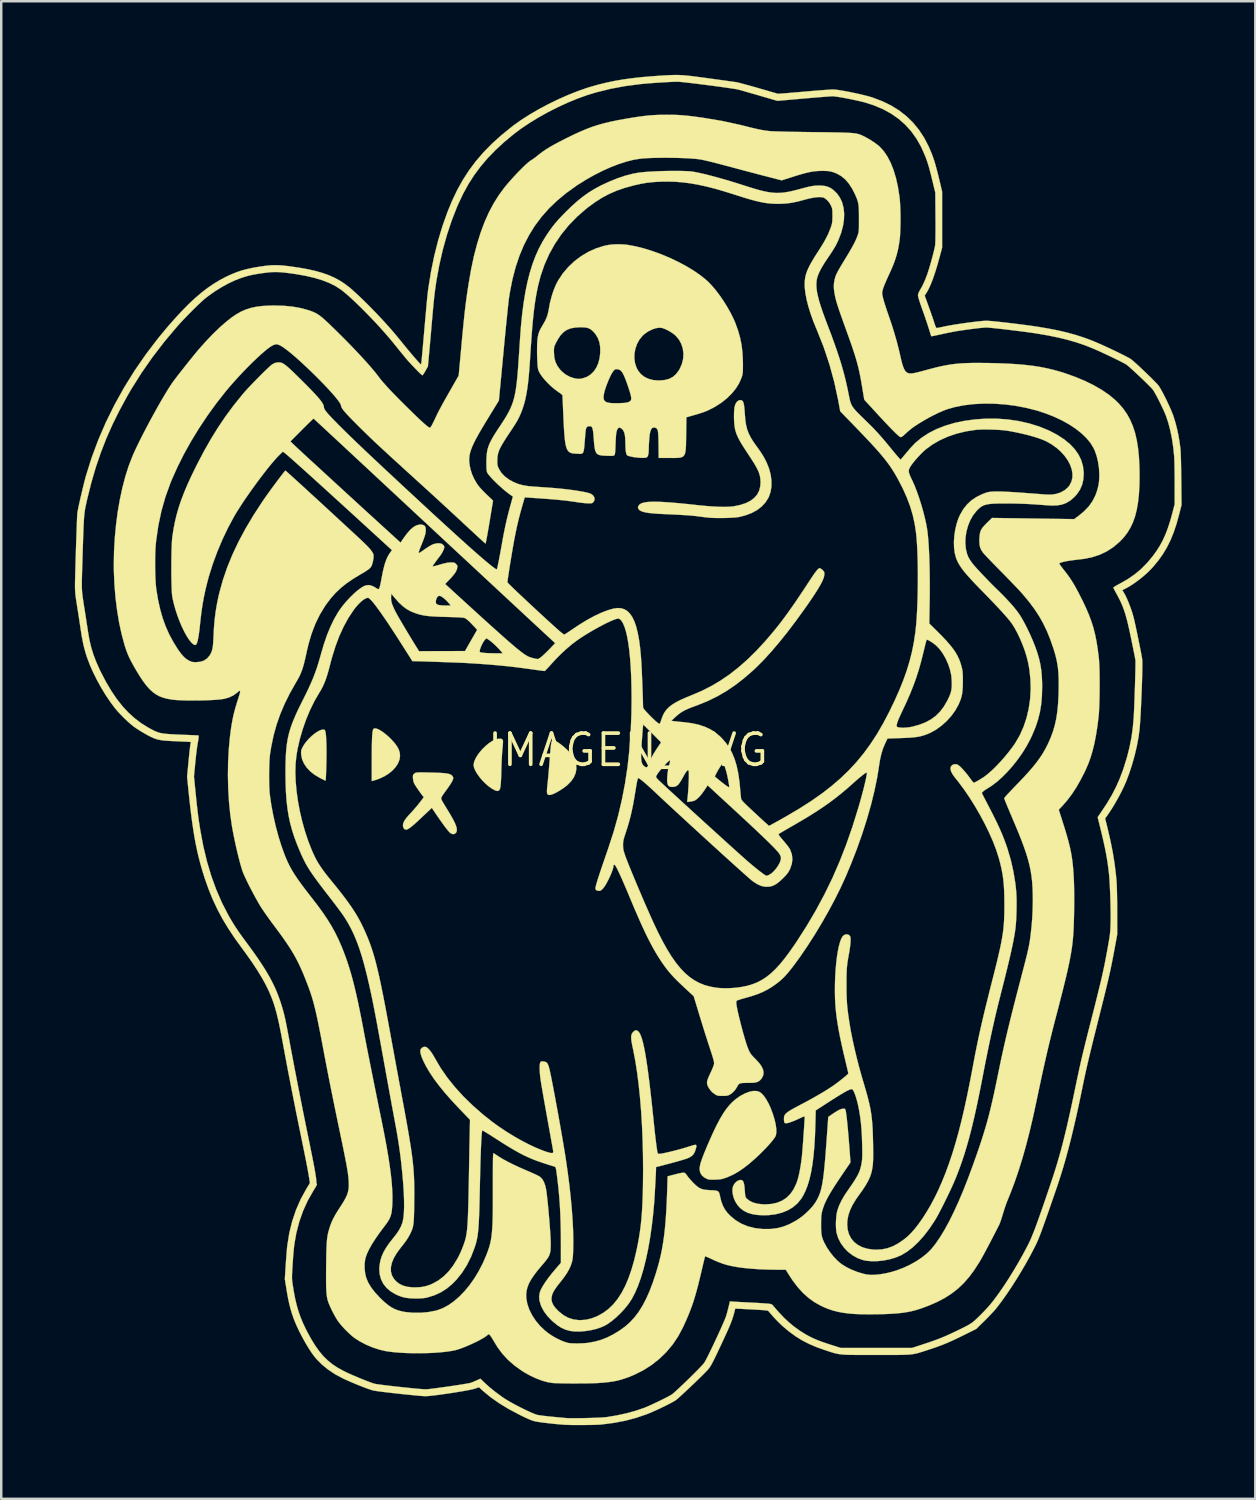
<source format=kicad_pcb>
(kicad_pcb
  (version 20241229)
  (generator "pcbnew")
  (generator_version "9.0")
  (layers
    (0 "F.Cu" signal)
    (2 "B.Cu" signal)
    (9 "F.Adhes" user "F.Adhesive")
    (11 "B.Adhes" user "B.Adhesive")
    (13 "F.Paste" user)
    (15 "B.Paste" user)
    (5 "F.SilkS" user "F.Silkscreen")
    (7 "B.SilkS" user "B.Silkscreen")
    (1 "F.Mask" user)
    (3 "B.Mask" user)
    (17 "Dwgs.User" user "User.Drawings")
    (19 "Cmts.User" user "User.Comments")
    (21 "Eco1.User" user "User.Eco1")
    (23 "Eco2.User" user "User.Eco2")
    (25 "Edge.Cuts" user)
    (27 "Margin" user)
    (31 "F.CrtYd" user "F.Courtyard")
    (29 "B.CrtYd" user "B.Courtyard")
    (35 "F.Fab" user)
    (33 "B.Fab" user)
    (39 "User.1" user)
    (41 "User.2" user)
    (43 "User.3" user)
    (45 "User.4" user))
  (footprint "IMAGEN_SVG"
    (layer "F.Cu")
    (at 22.526 27.498)
    (property "Reference" "IMAGEN_SVG" (at 0 0 0) (layer "F.SilkS") (effects (font (size 1.27 1.27) (thickness 0.15))))
    (attr through_hole)
    (fp_poly (pts (xy -10.243 -0.874) (xy -10.151 -0.837) (xy -10.043 -0.774) (xy -9.924 -0.69) (xy -9.797 -0.585) (xy -9.667 -0.463) (xy -9.648 -0.444) (xy -9.508 -0.29) (xy -9.404 -0.149) (xy -9.333 -0.016) (xy -9.294 0.113) (xy -9.283 0.233) (xy -9.304 0.388) (xy -9.364 0.542) (xy -9.46 0.69) (xy -9.587 0.83) (xy -9.743 0.959) (xy -9.924 1.072) (xy -10.126 1.166) (xy -10.292 1.224) (xy -10.435 1.266) (xy -10.435 0.374) (xy -10.434 0.106) (xy -10.432 -0.123) (xy -10.428 -0.315) (xy -10.423 -0.473) (xy -10.417 -0.6) (xy -10.408 -0.699) (xy -10.397 -0.773) (xy -10.384 -0.825) (xy -10.369 -0.857) (xy -10.363 -0.864) (xy -10.315 -0.884) (xy -10.243 -0.874)) (stroke (width 0.01) (type solid)) (fill yes) (layer "F.SilkS"))
    (fp_poly (pts (xy -12.351 -0.818) (xy -12.331 -0.781) (xy -12.313 -0.702) (xy -12.299 -0.584) (xy -12.289 -0.425) (xy -12.282 -0.229) (xy -12.278 0.005) (xy -12.278 0.053) (xy -12.278 0.188) (xy -12.28 0.336) (xy -12.282 0.489) (xy -12.286 0.643) (xy -12.29 0.791) (xy -12.295 0.928) (xy -12.3 1.047) (xy -12.305 1.144) (xy -12.31 1.212) (xy -12.315 1.246) (xy -12.317 1.248) (xy -12.34 1.239) (xy -12.392 1.213) (xy -12.467 1.176) (xy -12.556 1.131) (xy -12.562 1.128) (xy -12.766 1.006) (xy -12.942 0.866) (xy -13.087 0.712) (xy -13.198 0.546) (xy -13.273 0.372) (xy -13.308 0.195) (xy -13.309 0.18) (xy -13.313 0.093) (xy -13.309 0.03) (xy -13.292 -0.027) (xy -13.261 -0.096) (xy -13.254 -0.111) (xy -13.185 -0.228) (xy -13.099 -0.345) (xy -12.999 -0.458) (xy -12.891 -0.563) (xy -12.78 -0.656) (xy -12.671 -0.733) (xy -12.567 -0.792) (xy -12.475 -0.827) (xy -12.399 -0.835) (xy -12.351 -0.818)) (stroke (width 0.01) (type solid)) (fill yes) (layer "F.SilkS"))
    (fp_poly (pts (xy -2.987 -0.387) (xy -2.906 -0.346) (xy -2.808 -0.283) (xy -2.7 -0.203) (xy -2.587 -0.109) (xy -2.475 -0.007) (xy -2.377 0.092) (xy -2.247 0.257) (xy -2.157 0.427) (xy -2.109 0.6) (xy -2.101 0.773) (xy -2.133 0.944) (xy -2.205 1.112) (xy -2.317 1.274) (xy -2.467 1.427) (xy -2.645 1.563) (xy -2.818 1.673) (xy -2.965 1.755) (xy -3.086 1.807) (xy -3.18 1.831) (xy -3.245 1.825) (xy -3.267 1.81) (xy -3.284 1.786) (xy -3.295 1.751) (xy -3.3 1.699) (xy -3.298 1.625) (xy -3.29 1.522) (xy -3.276 1.385) (xy -3.271 1.341) (xy -3.261 1.243) (xy -3.248 1.112) (xy -3.234 0.958) (xy -3.22 0.79) (xy -3.206 0.618) (xy -3.197 0.497) (xy -3.18 0.279) (xy -3.166 0.098) (xy -3.154 -0.047) (xy -3.142 -0.161) (xy -3.13 -0.248) (xy -3.119 -0.311) (xy -3.106 -0.355) (xy -3.092 -0.382) (xy -3.076 -0.396) (xy -3.057 -0.402) (xy -3.045 -0.402) (xy -2.987 -0.387)) (stroke (width 0.01) (type solid)) (fill yes) (layer "F.SilkS"))
    (fp_poly (pts (xy -5.132 -0.446) (xy -5.096 -0.402) (xy -5.092 -0.386) (xy -5.089 -0.344) (xy -5.092 -0.27) (xy -5.099 -0.173) (xy -5.109 -0.064) (xy -5.112 -0.042) (xy -5.121 0.063) (xy -5.131 0.2) (xy -5.14 0.358) (xy -5.148 0.528) (xy -5.154 0.699) (xy -5.156 0.783) (xy -5.161 0.999) (xy -5.168 1.176) (xy -5.176 1.318) (xy -5.185 1.429) (xy -5.197 1.513) (xy -5.211 1.574) (xy -5.228 1.615) (xy -5.241 1.632) (xy -5.282 1.663) (xy -5.33 1.668) (xy -5.4 1.646) (xy -5.413 1.641) (xy -5.542 1.572) (xy -5.673 1.479) (xy -5.804 1.366) (xy -5.929 1.24) (xy -6.042 1.107) (xy -6.139 0.972) (xy -6.216 0.842) (xy -6.267 0.721) (xy -6.286 0.617) (xy -6.287 0.609) (xy -6.268 0.494) (xy -6.218 0.365) (xy -6.14 0.229) (xy -6.04 0.09) (xy -5.923 -0.044) (xy -5.795 -0.169) (xy -5.661 -0.279) (xy -5.526 -0.368) (xy -5.395 -0.43) (xy -5.294 -0.457) (xy -5.197 -0.464) (xy -5.132 -0.446)) (stroke (width 0.01) (type solid)) (fill yes) (layer "F.SilkS"))
    (fp_poly (pts (xy 5.246 13.889) (xy 5.346 13.919) (xy 5.438 13.982) (xy 5.533 14.084) (xy 5.628 14.22) (xy 5.722 14.386) (xy 5.811 14.58) (xy 5.893 14.797) (xy 5.906 14.836) (xy 5.97 15.047) (xy 6.015 15.24) (xy 6.04 15.412) (xy 6.045 15.559) (xy 6.029 15.675) (xy 6.007 15.736) (xy 5.957 15.814) (xy 5.88 15.915) (xy 5.779 16.034) (xy 5.659 16.166) (xy 5.525 16.306) (xy 5.38 16.451) (xy 5.229 16.594) (xy 5.187 16.633) (xy 4.943 16.846) (xy 4.714 17.025) (xy 4.497 17.173) (xy 4.285 17.293) (xy 4.075 17.388) (xy 4.01 17.413) (xy 3.909 17.448) (xy 3.827 17.471) (xy 3.749 17.485) (xy 3.657 17.493) (xy 3.556 17.497) (xy 3.425 17.499) (xy 3.329 17.494) (xy 3.26 17.483) (xy 3.233 17.474) (xy 3.102 17.406) (xy 3.004 17.317) (xy 2.942 17.209) (xy 2.918 17.085) (xy 2.918 17.071) (xy 2.922 17.002) (xy 2.935 16.923) (xy 2.958 16.829) (xy 2.993 16.718) (xy 3.04 16.585) (xy 3.101 16.428) (xy 3.178 16.242) (xy 3.27 16.024) (xy 3.345 15.853) (xy 3.487 15.538) (xy 3.621 15.262) (xy 3.749 15.021) (xy 3.875 14.81) (xy 3.999 14.628) (xy 4.126 14.47) (xy 4.256 14.334) (xy 4.392 14.216) (xy 4.537 14.113) (xy 4.614 14.066) (xy 4.791 13.975) (xy 4.958 13.914) (xy 5.111 13.885) (xy 5.246 13.889)) (stroke (width 0.01) (type solid)) (fill yes) (layer "F.SilkS"))
    (fp_poly (pts (xy -8.322 0.912) (xy -8.178 0.914) (xy -8.044 0.917) (xy -7.829 0.923) (xy -7.652 0.93) (xy -7.509 0.94) (xy -7.395 0.952) (xy -7.308 0.969) (xy -7.242 0.99) (xy -7.194 1.016) (xy -7.159 1.048) (xy -7.135 1.082) (xy -7.118 1.121) (xy -7.117 1.158) (xy -7.133 1.211) (xy -7.142 1.236) (xy -7.168 1.288) (xy -7.214 1.365) (xy -7.274 1.457) (xy -7.343 1.556) (xy -7.37 1.593) (xy -7.457 1.711) (xy -7.522 1.802) (xy -7.566 1.869) (xy -7.593 1.919) (xy -7.605 1.957) (xy -7.604 1.99) (xy -7.593 2.023) (xy -7.575 2.058) (xy -7.548 2.107) (xy -7.504 2.183) (xy -7.447 2.278) (xy -7.382 2.384) (xy -7.339 2.455) (xy -7.216 2.658) (xy -7.119 2.831) (xy -7.047 2.977) (xy -6.998 3.098) (xy -6.973 3.197) (xy -6.969 3.277) (xy -6.986 3.34) (xy -7.006 3.371) (xy -7.065 3.418) (xy -7.136 3.426) (xy -7.216 3.392) (xy -7.238 3.377) (xy -7.286 3.331) (xy -7.355 3.251) (xy -7.444 3.137) (xy -7.55 2.993) (xy -7.674 2.818) (xy -7.81 2.62) (xy -7.989 2.356) (xy -8.375 2.721) (xy -8.525 2.862) (xy -8.648 2.975) (xy -8.75 3.064) (xy -8.833 3.132) (xy -8.901 3.182) (xy -8.958 3.216) (xy -9.006 3.238) (xy -9.065 3.241) (xy -9.116 3.21) (xy -9.152 3.151) (xy -9.165 3.075) (xy -9.157 3.005) (xy -9.133 2.933) (xy -9.089 2.854) (xy -9.021 2.762) (xy -8.927 2.653) (xy -8.859 2.579) (xy -8.763 2.474) (xy -8.661 2.358) (xy -8.565 2.244) (xy -8.486 2.145) (xy -8.475 2.131) (xy -8.317 1.923) (xy -8.393 1.824) (xy -8.459 1.735) (xy -8.529 1.636) (xy -8.596 1.539) (xy -8.653 1.451) (xy -8.695 1.383) (xy -8.706 1.363) (xy -8.733 1.29) (xy -8.752 1.197) (xy -8.76 1.106) (xy -8.756 1.033) (xy -8.755 1.028) (xy -8.725 0.979) (xy -8.674 0.939) (xy -8.649 0.929) (xy -8.618 0.921) (xy -8.575 0.915) (xy -8.515 0.912) (xy -8.432 0.911) (xy -8.322 0.912)) (stroke (width 0.01) (type solid)) (fill yes) (layer "F.SilkS"))
    (fp_poly (pts (xy 4.62 -14.247) (xy 4.656 -14.228) (xy 4.686 -14.191) (xy 4.709 -14.131) (xy 4.727 -14.044) (xy 4.741 -13.927) (xy 4.754 -13.773) (xy 4.761 -13.674) (xy 4.78 -13.442) (xy 4.81 -13.242) (xy 4.854 -13.063) (xy 4.916 -12.897) (xy 4.999 -12.732) (xy 5.106 -12.558) (xy 5.223 -12.393) (xy 5.337 -12.236) (xy 5.428 -12.102) (xy 5.505 -11.98) (xy 5.572 -11.861) (xy 5.635 -11.734) (xy 5.654 -11.695) (xy 5.75 -11.453) (xy 5.814 -11.209) (xy 5.845 -10.968) (xy 5.844 -10.736) (xy 5.809 -10.518) (xy 5.741 -10.319) (xy 5.724 -10.282) (xy 5.604 -10.089) (xy 5.449 -9.92) (xy 5.26 -9.774) (xy 5.037 -9.653) (xy 4.781 -9.556) (xy 4.529 -9.492) (xy 4.442 -9.479) (xy 4.322 -9.468) (xy 4.177 -9.46) (xy 4.016 -9.453) (xy 3.848 -9.45) (xy 3.681 -9.449) (xy 3.524 -9.452) (xy 3.387 -9.457) (xy 3.313 -9.463) (xy 3.192 -9.475) (xy 3.053 -9.492) (xy 2.921 -9.509) (xy 2.879 -9.515) (xy 2.78 -9.528) (xy 2.665 -9.54) (xy 2.53 -9.552) (xy 2.371 -9.564) (xy 2.184 -9.575) (xy 1.965 -9.587) (xy 1.711 -9.599) (xy 1.471 -9.61) (xy 1.225 -9.622) (xy 1.018 -9.638) (xy 0.847 -9.656) (xy 0.709 -9.679) (xy 0.601 -9.706) (xy 0.52 -9.739) (xy 0.463 -9.777) (xy 0.426 -9.821) (xy 0.426 -9.823) (xy 0.407 -9.868) (xy 0.413 -9.91) (xy 0.426 -9.939) (xy 0.458 -9.986) (xy 0.508 -10.026) (xy 0.578 -10.058) (xy 0.67 -10.083) (xy 0.785 -10.101) (xy 0.926 -10.111) (xy 1.095 -10.114) (xy 1.294 -10.109) (xy 1.524 -10.097) (xy 1.789 -10.078) (xy 2.089 -10.052) (xy 2.427 -10.018) (xy 2.792 -9.979) (xy 3.136 -9.944) (xy 3.446 -9.92) (xy 3.721 -9.907) (xy 3.96 -9.903) (xy 4.161 -9.911) (xy 4.31 -9.927) (xy 4.574 -9.982) (xy 4.802 -10.057) (xy 4.994 -10.154) (xy 5.148 -10.272) (xy 5.266 -10.41) (xy 5.347 -10.57) (xy 5.391 -10.75) (xy 5.4 -10.888) (xy 5.396 -10.998) (xy 5.386 -11.101) (xy 5.365 -11.201) (xy 5.332 -11.303) (xy 5.284 -11.414) (xy 5.22 -11.537) (xy 5.137 -11.679) (xy 5.033 -11.843) (xy 4.906 -12.036) (xy 4.901 -12.044) (xy 4.769 -12.245) (xy 4.659 -12.417) (xy 4.571 -12.566) (xy 4.501 -12.696) (xy 4.446 -12.812) (xy 4.405 -12.918) (xy 4.374 -13.021) (xy 4.359 -13.088) (xy 4.339 -13.213) (xy 4.326 -13.36) (xy 4.319 -13.519) (xy 4.319 -13.678) (xy 4.325 -13.824) (xy 4.338 -13.947) (xy 4.348 -13.999) (xy 4.387 -14.11) (xy 4.444 -14.192) (xy 4.514 -14.241) (xy 4.574 -14.252) (xy 4.62 -14.247)) (stroke (width 0.01) (type solid)) (fill yes) (layer "F.SilkS"))
    (fp_poly (pts (xy -0.126 -20.588) (xy -0.011 -20.575) (xy 0.318 -20.514) (xy 0.661 -20.427) (xy 1.011 -20.317) (xy 1.364 -20.188) (xy 1.713 -20.041) (xy 2.052 -19.88) (xy 2.375 -19.707) (xy 2.675 -19.526) (xy 2.947 -19.338) (xy 3.185 -19.147) (xy 3.255 -19.084) (xy 3.413 -18.921) (xy 3.578 -18.726) (xy 3.744 -18.506) (xy 3.906 -18.27) (xy 4.057 -18.025) (xy 4.194 -17.78) (xy 4.31 -17.542) (xy 4.367 -17.41) (xy 4.48 -17.1) (xy 4.566 -16.8) (xy 4.627 -16.497) (xy 4.664 -16.183) (xy 4.681 -15.844) (xy 4.683 -15.716) (xy 4.682 -15.578) (xy 4.681 -15.473) (xy 4.677 -15.393) (xy 4.67 -15.329) (xy 4.659 -15.273) (xy 4.642 -15.216) (xy 4.626 -15.166) (xy 4.532 -14.947) (xy 4.4 -14.732) (xy 4.232 -14.525) (xy 4.035 -14.33) (xy 3.81 -14.15) (xy 3.562 -13.99) (xy 3.412 -13.909) (xy 3.301 -13.854) (xy 3.202 -13.809) (xy 3.104 -13.77) (xy 2.998 -13.733) (xy 2.873 -13.693) (xy 2.718 -13.648) (xy 2.699 -13.643) (xy 2.381 -13.552) (xy 2.371 -12.846) (xy 2.367 -12.62) (xy 2.364 -12.434) (xy 2.356 -12.282) (xy 2.343 -12.162) (xy 2.322 -12.07) (xy 2.289 -12.002) (xy 2.242 -11.954) (xy 2.18 -11.923) (xy 2.098 -11.906) (xy 1.994 -11.898) (xy 1.867 -11.895) (xy 1.713 -11.896) (xy 1.69 -11.896) (xy 1.252 -11.896) (xy 1.245 -12.441) (xy 1.242 -12.622) (xy 1.238 -12.766) (xy 1.232 -12.878) (xy 1.224 -12.961) (xy 1.212 -13.021) (xy 1.196 -13.063) (xy 1.175 -13.092) (xy 1.147 -13.111) (xy 1.121 -13.124) (xy 1.051 -13.139) (xy 0.994 -13.12) (xy 0.947 -13.066) (xy 0.911 -12.975) (xy 0.884 -12.845) (xy 0.867 -12.683) (xy 0.859 -12.561) (xy 0.852 -12.432) (xy 0.848 -12.314) (xy 0.847 -12.253) (xy 0.841 -12.113) (xy 0.823 -12.011) (xy 0.793 -11.945) (xy 0.761 -11.916) (xy 0.71 -11.903) (xy 0.626 -11.898) (xy 0.518 -11.9) (xy 0.395 -11.91) (xy 0.265 -11.926) (xy 0.206 -11.935) (xy 0.104 -11.956) (xy 0.023 -11.979) (xy -0.027 -12) (xy -0.035 -12.006) (xy -0.061 -12.05) (xy -0.081 -12.123) (xy -0.095 -12.228) (xy -0.103 -12.37) (xy -0.105 -12.499) (xy -0.11 -12.678) (xy -0.125 -12.82) (xy -0.151 -12.93) (xy -0.189 -13.014) (xy -0.241 -13.075) (xy -0.301 -13.115) (xy -0.345 -13.133) (xy -0.376 -13.126) (xy -0.401 -13.104) (xy -0.429 -13.067) (xy -0.451 -13.016) (xy -0.469 -12.946) (xy -0.483 -12.852) (xy -0.493 -12.728) (xy -0.501 -12.57) (xy -0.505 -12.465) (xy -0.511 -12.311) (xy -0.517 -12.194) (xy -0.524 -12.11) (xy -0.533 -12.054) (xy -0.544 -12.021) (xy -0.549 -12.013) (xy -0.567 -11.998) (xy -0.593 -11.988) (xy -0.637 -11.983) (xy -0.705 -11.981) (xy -0.805 -11.983) (xy -0.856 -11.984) (xy -0.989 -11.99) (xy -1.096 -12) (xy -1.18 -12.02) (xy -1.244 -12.054) (xy -1.293 -12.105) (xy -1.328 -12.18) (xy -1.353 -12.28) (xy -1.371 -12.412) (xy -1.386 -12.578) (xy -1.395 -12.714) (xy -1.408 -12.876) (xy -1.423 -12.999) (xy -1.442 -13.088) (xy -1.466 -13.147) (xy -1.495 -13.179) (xy -1.528 -13.189) (xy -1.597 -13.189) (xy -1.648 -13.175) (xy -1.683 -13.143) (xy -1.708 -13.086) (xy -1.724 -12.998) (xy -1.737 -12.875) (xy -1.738 -12.856) (xy -1.754 -12.651) (xy -1.767 -12.485) (xy -1.779 -12.352) (xy -1.791 -12.25) (xy -1.806 -12.175) (xy -1.825 -12.123) (xy -1.85 -12.089) (xy -1.882 -12.071) (xy -1.924 -12.063) (xy -1.977 -12.063) (xy -2.042 -12.067) (xy -2.088 -12.069) (xy -2.177 -12.073) (xy -2.254 -12.083) (xy -2.321 -12.1) (xy -2.378 -12.127) (xy -2.427 -12.168) (xy -2.467 -12.225) (xy -2.502 -12.301) (xy -2.53 -12.399) (xy -2.553 -12.521) (xy -2.573 -12.671) (xy -2.589 -12.851) (xy -2.604 -13.063) (xy -2.618 -13.312) (xy -2.631 -13.599) (xy -2.635 -13.697) (xy -2.643 -13.87) (xy -2.649 -14.029) (xy -2.655 -14.17) (xy -2.66 -14.288) (xy -2.664 -14.369) (xy -0.994 -14.369) (xy -0.986 -14.289) (xy -0.956 -14.227) (xy -0.903 -14.182) (xy -0.821 -14.151) (xy -0.708 -14.133) (xy -0.559 -14.126) (xy -0.381 -14.127) (xy -0.242 -14.132) (xy -0.138 -14.139) (xy -0.06 -14.149) (xy -0.002 -14.164) (xy 0.018 -14.171) (xy 0.082 -14.204) (xy 0.121 -14.245) (xy 0.135 -14.301) (xy 0.129 -14.381) (xy 0.107 -14.479) (xy 0.075 -14.592) (xy 0.032 -14.726) (xy -0.016 -14.87) (xy -0.067 -15.012) (xy -0.117 -15.141) (xy -0.16 -15.246) (xy -0.18 -15.287) (xy -0.236 -15.388) (xy -0.292 -15.454) (xy -0.356 -15.493) (xy -0.429 -15.509) (xy -0.484 -15.513) (xy -0.522 -15.504) (xy -0.559 -15.475) (xy -0.599 -15.43) (xy -0.647 -15.36) (xy -0.702 -15.259) (xy -0.761 -15.134) (xy -0.82 -14.995) (xy -0.875 -14.851) (xy -0.924 -14.71) (xy -0.961 -14.582) (xy -0.984 -14.475) (xy -0.985 -14.47) (xy -0.994 -14.369) (xy -2.664 -14.369) (xy -2.664 -14.377) (xy -2.666 -14.433) (xy -2.667 -14.451) (xy -2.684 -14.471) (xy -2.728 -14.507) (xy -2.793 -14.555) (xy -2.842 -14.588) (xy -2.985 -14.693) (xy -3.129 -14.815) (xy -3.266 -14.946) (xy -3.392 -15.082) (xy -3.5 -15.216) (xy -3.586 -15.342) (xy -3.643 -15.453) (xy -3.654 -15.483) (xy -3.667 -15.548) (xy -3.679 -15.647) (xy -3.688 -15.772) (xy -3.695 -15.917) (xy -3.7 -16.074) (xy -3.702 -16.234) (xy -3.702 -16.237) (xy -3.015 -16.237) (xy -3.015 -16.203) (xy -3 -15.995) (xy -2.955 -15.812) (xy -2.876 -15.646) (xy -2.762 -15.492) (xy -2.689 -15.416) (xy -2.537 -15.293) (xy -2.365 -15.2) (xy -2.196 -15.145) (xy -2.1 -15.126) (xy -2.03 -15.117) (xy -1.967 -15.118) (xy -1.897 -15.129) (xy -1.858 -15.136) (xy -1.685 -15.193) (xy -1.531 -15.286) (xy -1.399 -15.412) (xy -1.291 -15.568) (xy -1.209 -15.752) (xy -1.157 -15.949) (xy 0.261 -15.949) (xy 0.289 -15.752) (xy 0.351 -15.567) (xy 0.414 -15.452) (xy 0.527 -15.311) (xy 0.669 -15.2) (xy 0.837 -15.119) (xy 1.028 -15.069) (xy 1.239 -15.051) (xy 1.466 -15.066) (xy 1.503 -15.072) (xy 1.676 -15.117) (xy 1.826 -15.195) (xy 1.956 -15.308) (xy 2.07 -15.459) (xy 2.116 -15.539) (xy 2.202 -15.74) (xy 2.25 -15.946) (xy 2.26 -16.152) (xy 2.233 -16.354) (xy 2.171 -16.545) (xy 2.073 -16.722) (xy 1.946 -16.873) (xy 1.857 -16.948) (xy 1.746 -17.023) (xy 1.625 -17.093) (xy 1.505 -17.15) (xy 1.399 -17.188) (xy 1.359 -17.197) (xy 1.242 -17.199) (xy 1.108 -17.173) (xy 0.966 -17.121) (xy 0.824 -17.049) (xy 0.692 -16.959) (xy 0.602 -16.88) (xy 0.472 -16.723) (xy 0.373 -16.545) (xy 0.304 -16.352) (xy 0.266 -16.151) (xy 0.261 -15.949) (xy -1.157 -15.949) (xy -1.154 -15.961) (xy -1.128 -16.192) (xy -1.131 -16.415) (xy -1.164 -16.611) (xy -1.228 -16.785) (xy -1.325 -16.942) (xy -1.401 -17.031) (xy -1.478 -17.104) (xy -1.553 -17.156) (xy -1.636 -17.19) (xy -1.736 -17.21) (xy -1.864 -17.217) (xy -1.947 -17.218) (xy -2.156 -17.207) (xy -2.335 -17.173) (xy -2.487 -17.113) (xy -2.62 -17.024) (xy -2.738 -16.902) (xy -2.846 -16.743) (xy -2.927 -16.595) (xy -2.968 -16.511) (xy -2.994 -16.448) (xy -3.008 -16.391) (xy -3.014 -16.326) (xy -3.015 -16.237) (xy -3.702 -16.237) (xy -3.701 -16.391) (xy -3.698 -16.535) (xy -3.691 -16.661) (xy -3.685 -16.721) (xy -3.668 -16.847) (xy -3.643 -16.956) (xy -3.606 -17.059) (xy -3.553 -17.167) (xy -3.479 -17.294) (xy -3.461 -17.324) (xy -3.359 -17.506) (xy -3.287 -17.682) (xy -3.239 -17.869) (xy -3.226 -17.947) (xy -3.176 -18.218) (xy -3.107 -18.483) (xy -3.024 -18.735) (xy -2.929 -18.962) (xy -2.844 -19.124) (xy -2.653 -19.411) (xy -2.431 -19.673) (xy -2.181 -19.909) (xy -1.907 -20.116) (xy -1.613 -20.291) (xy -1.303 -20.43) (xy -0.981 -20.532) (xy -0.826 -20.566) (xy -0.673 -20.587) (xy -0.495 -20.598) (xy -0.307 -20.598) (xy -0.126 -20.588)) (stroke (width 0.01) (type solid)) (fill yes) (layer "F.SilkS"))
    (fp_poly (pts (xy 2.018 -27.493) (xy 2.138 -27.489) (xy 2.264 -27.481) (xy 2.4 -27.469) (xy 2.553 -27.453) (xy 2.728 -27.431) (xy 2.932 -27.405) (xy 3.169 -27.373) (xy 3.278 -27.358) (xy 3.485 -27.33) (xy 3.683 -27.302) (xy 3.869 -27.277) (xy 4.036 -27.254) (xy 4.18 -27.233) (xy 4.296 -27.217) (xy 4.38 -27.205) (xy 4.424 -27.198) (xy 4.476 -27.187) (xy 4.562 -27.166) (xy 4.679 -27.135) (xy 4.819 -27.097) (xy 4.978 -27.053) (xy 5.15 -27.005) (xy 5.33 -26.953) (xy 5.334 -26.952) (xy 6.107 -26.728) (xy 6.318 -26.743) (xy 6.388 -26.748) (xy 6.493 -26.756) (xy 6.629 -26.768) (xy 6.787 -26.781) (xy 6.964 -26.796) (xy 7.151 -26.812) (xy 7.344 -26.829) (xy 7.355 -26.83) (xy 7.546 -26.846) (xy 7.73 -26.861) (xy 7.901 -26.875) (xy 8.054 -26.886) (xy 8.183 -26.895) (xy 8.282 -26.9) (xy 8.346 -26.903) (xy 8.35 -26.903) (xy 8.439 -26.897) (xy 8.561 -26.883) (xy 8.709 -26.86) (xy 8.878 -26.83) (xy 9.059 -26.795) (xy 9.246 -26.756) (xy 9.432 -26.715) (xy 9.608 -26.673) (xy 9.77 -26.632) (xy 9.908 -26.592) (xy 9.96 -26.576) (xy 10.352 -26.428) (xy 10.712 -26.253) (xy 11.041 -26.05) (xy 11.339 -25.819) (xy 11.607 -25.557) (xy 11.848 -25.265) (xy 12.061 -24.941) (xy 12.247 -24.584) (xy 12.372 -24.289) (xy 12.421 -24.156) (xy 12.468 -24.018) (xy 12.515 -23.866) (xy 12.562 -23.695) (xy 12.614 -23.498) (xy 12.67 -23.269) (xy 12.695 -23.167) (xy 12.795 -22.744) (xy 12.795 -20.458) (xy 12.692 -20.077) (xy 12.599 -19.742) (xy 12.508 -19.448) (xy 12.421 -19.192) (xy 12.335 -18.972) (xy 12.251 -18.787) (xy 12.168 -18.635) (xy 12.149 -18.605) (xy 12.086 -18.507) (xy 12.243 -18.074) (xy 12.295 -17.929) (xy 12.348 -17.781) (xy 12.396 -17.64) (xy 12.438 -17.517) (xy 12.469 -17.422) (xy 12.471 -17.415) (xy 12.508 -17.303) (xy 12.538 -17.23) (xy 12.562 -17.193) (xy 12.573 -17.187) (xy 12.605 -17.192) (xy 12.669 -17.204) (xy 12.758 -17.222) (xy 12.862 -17.244) (xy 12.891 -17.251) (xy 13.015 -17.276) (xy 13.166 -17.303) (xy 13.337 -17.332) (xy 13.522 -17.36) (xy 13.714 -17.388) (xy 13.905 -17.414) (xy 14.088 -17.437) (xy 14.257 -17.457) (xy 14.405 -17.472) (xy 14.524 -17.481) (xy 14.6 -17.484) (xy 14.67 -17.481) (xy 14.775 -17.473) (xy 14.912 -17.46) (xy 15.074 -17.444) (xy 15.256 -17.424) (xy 15.453 -17.402) (xy 15.659 -17.377) (xy 15.868 -17.352) (xy 16.076 -17.325) (xy 16.276 -17.299) (xy 16.464 -17.273) (xy 16.633 -17.248) (xy 16.689 -17.24) (xy 17.12 -17.167) (xy 17.516 -17.09) (xy 17.881 -17.004) (xy 18.224 -16.91) (xy 18.551 -16.805) (xy 18.867 -16.689) (xy 18.891 -16.679) (xy 19.024 -16.624) (xy 19.176 -16.559) (xy 19.341 -16.486) (xy 19.513 -16.407) (xy 19.688 -16.326) (xy 19.86 -16.244) (xy 20.022 -16.165) (xy 20.171 -16.091) (xy 20.299 -16.025) (xy 20.401 -15.97) (xy 20.473 -15.928) (xy 20.492 -15.915) (xy 20.547 -15.871) (xy 20.625 -15.803) (xy 20.722 -15.716) (xy 20.833 -15.614) (xy 20.952 -15.502) (xy 21.075 -15.385) (xy 21.197 -15.267) (xy 21.312 -15.155) (xy 21.416 -15.051) (xy 21.503 -14.962) (xy 21.568 -14.892) (xy 21.606 -14.848) (xy 21.657 -14.772) (xy 21.72 -14.664) (xy 21.792 -14.531) (xy 21.869 -14.381) (xy 21.948 -14.222) (xy 22.024 -14.059) (xy 22.095 -13.902) (xy 22.156 -13.757) (xy 22.205 -13.632) (xy 22.22 -13.587) (xy 22.295 -13.347) (xy 22.358 -13.105) (xy 22.413 -12.85) (xy 22.461 -12.573) (xy 22.502 -12.277) (xy 22.507 -12.219) (xy 22.512 -12.125) (xy 22.517 -11.998) (xy 22.522 -11.844) (xy 22.526 -11.667) (xy 22.53 -11.473) (xy 22.533 -11.266) (xy 22.535 -11.051) (xy 22.536 -11.038) (xy 22.546 -9.98) (xy 22.448 -9.595) (xy 22.343 -9.213) (xy 22.227 -8.867) (xy 22.099 -8.551) (xy 21.954 -8.259) (xy 21.791 -7.986) (xy 21.605 -7.724) (xy 21.394 -7.469) (xy 21.305 -7.371) (xy 21.156 -7.222) (xy 20.983 -7.07) (xy 20.797 -6.921) (xy 20.608 -6.784) (xy 20.424 -6.665) (xy 20.256 -6.572) (xy 20.253 -6.571) (xy 20.133 -6.512) (xy 20.188 -6.426) (xy 20.256 -6.306) (xy 20.328 -6.154) (xy 20.401 -5.98) (xy 20.472 -5.793) (xy 20.536 -5.604) (xy 20.589 -5.421) (xy 20.597 -5.389) (xy 20.616 -5.311) (xy 20.641 -5.201) (xy 20.671 -5.066) (xy 20.704 -4.913) (xy 20.739 -4.746) (xy 20.774 -4.573) (xy 20.81 -4.4) (xy 20.844 -4.232) (xy 20.875 -4.076) (xy 20.902 -3.937) (xy 20.923 -3.822) (xy 20.938 -3.737) (xy 20.945 -3.692) (xy 20.949 -3.628) (xy 20.95 -3.526) (xy 20.95 -3.391) (xy 20.947 -3.228) (xy 20.943 -3.043) (xy 20.938 -2.839) (xy 20.931 -2.621) (xy 20.923 -2.395) (xy 20.913 -2.166) (xy 20.903 -1.937) (xy 20.893 -1.714) (xy 20.882 -1.501) (xy 20.871 -1.304) (xy 20.859 -1.127) (xy 20.848 -0.975) (xy 20.837 -0.853) (xy 20.837 -0.847) (xy 20.792 -0.512) (xy 20.725 -0.155) (xy 20.638 0.215) (xy 20.534 0.587) (xy 20.415 0.95) (xy 20.3 1.259) (xy 20.208 1.47) (xy 20.096 1.702) (xy 19.968 1.943) (xy 19.832 2.184) (xy 19.693 2.412) (xy 19.557 2.617) (xy 19.513 2.679) (xy 19.435 2.787) (xy 19.529 3.166) (xy 19.646 3.67) (xy 19.742 4.147) (xy 19.817 4.606) (xy 19.873 5.056) (xy 19.899 5.334) (xy 19.905 5.423) (xy 19.91 5.549) (xy 19.915 5.704) (xy 19.919 5.882) (xy 19.922 6.078) (xy 19.925 6.285) (xy 19.926 6.496) (xy 19.926 6.572) (xy 19.928 7.504) (xy 19.829 8.043) (xy 19.793 8.234) (xy 19.76 8.41) (xy 19.728 8.576) (xy 19.696 8.736) (xy 19.663 8.894) (xy 19.628 9.055) (xy 19.59 9.223) (xy 19.549 9.403) (xy 19.502 9.598) (xy 19.45 9.814) (xy 19.391 10.054) (xy 19.324 10.324) (xy 19.248 10.626) (xy 19.185 10.878) (xy 19.098 11.227) (xy 19.02 11.538) (xy 18.95 11.816) (xy 18.889 12.066) (xy 18.834 12.292) (xy 18.784 12.497) (xy 18.74 12.686) (xy 18.699 12.863) (xy 18.66 13.033) (xy 18.624 13.198) (xy 18.588 13.364) (xy 18.552 13.535) (xy 18.515 13.715) (xy 18.5 13.79) (xy 18.384 14.347) (xy 18.271 14.865) (xy 18.16 15.349) (xy 18.051 15.804) (xy 17.941 16.232) (xy 17.831 16.638) (xy 17.719 17.025) (xy 17.603 17.399) (xy 17.484 17.763) (xy 17.445 17.875) (xy 17.33 18.208) (xy 17.228 18.503) (xy 17.138 18.764) (xy 17.057 18.993) (xy 16.987 19.194) (xy 16.924 19.368) (xy 16.869 19.52) (xy 16.821 19.651) (xy 16.777 19.765) (xy 16.738 19.864) (xy 16.702 19.951) (xy 16.668 20.03) (xy 16.635 20.102) (xy 16.602 20.171) (xy 16.575 20.226) (xy 16.406 20.552) (xy 16.221 20.888) (xy 16.023 21.228) (xy 15.818 21.563) (xy 15.61 21.887) (xy 15.403 22.194) (xy 15.202 22.475) (xy 15.011 22.725) (xy 14.997 22.742) (xy 14.933 22.818) (xy 14.845 22.914) (xy 14.743 23.023) (xy 14.633 23.137) (xy 14.523 23.247) (xy 14.515 23.255) (xy 14.188 23.576) (xy 13.661 23.838) (xy 13.418 23.957) (xy 13.202 24.058) (xy 13.002 24.147) (xy 12.807 24.226) (xy 12.607 24.301) (xy 12.391 24.376) (xy 12.181 24.445) (xy 12.067 24.482) (xy 11.968 24.514) (xy 11.88 24.541) (xy 11.799 24.564) (xy 11.722 24.583) (xy 11.643 24.598) (xy 11.56 24.611) (xy 11.468 24.62) (xy 11.363 24.627) (xy 11.242 24.632) (xy 11.1 24.635) (xy 10.933 24.637) (xy 10.737 24.637) (xy 10.509 24.638) (xy 10.244 24.638) (xy 10.111 24.638) (xy 9.828 24.638) (xy 9.582 24.638) (xy 9.371 24.637) (xy 9.191 24.636) (xy 9.037 24.634) (xy 8.905 24.63) (xy 8.792 24.623) (xy 8.693 24.615) (xy 8.605 24.604) (xy 8.524 24.589) (xy 8.445 24.572) (xy 8.365 24.55) (xy 8.28 24.524) (xy 8.185 24.493) (xy 8.077 24.458) (xy 8.02 24.439) (xy 7.682 24.319) (xy 7.378 24.189) (xy 7.099 24.046) (xy 6.834 23.883) (xy 6.577 23.696) (xy 6.317 23.479) (xy 6.298 23.462) (xy 6.203 23.373) (xy 6.094 23.265) (xy 5.981 23.147) (xy 5.874 23.03) (xy 5.784 22.926) (xy 5.746 22.878) (xy 5.729 22.859) (xy 5.71 22.844) (xy 5.683 22.833) (xy 5.64 22.824) (xy 5.576 22.817) (xy 5.485 22.81) (xy 5.359 22.802) (xy 5.312 22.799) (xy 5.162 22.791) (xy 5.002 22.782) (xy 4.846 22.773) (xy 4.71 22.766) (xy 4.645 22.762) (xy 4.37 22.749) (xy 4.341 22.863) (xy 4.313 22.97) (xy 4.283 23.072) (xy 4.251 23.174) (xy 4.212 23.28) (xy 4.167 23.396) (xy 4.111 23.528) (xy 4.044 23.68) (xy 3.962 23.859) (xy 3.865 24.068) (xy 3.84 24.122) (xy 3.738 24.34) (xy 3.651 24.524) (xy 3.578 24.676) (xy 3.517 24.801) (xy 3.466 24.903) (xy 3.423 24.986) (xy 3.385 25.053) (xy 3.352 25.107) (xy 3.321 25.154) (xy 3.289 25.196) (xy 3.275 25.214) (xy 3.233 25.261) (xy 3.165 25.332) (xy 3.076 25.422) (xy 2.969 25.528) (xy 2.85 25.644) (xy 2.723 25.767) (xy 2.592 25.892) (xy 2.461 26.016) (xy 2.336 26.134) (xy 2.219 26.241) (xy 2.117 26.335) (xy 2.033 26.409) (xy 1.971 26.461) (xy 1.945 26.481) (xy 1.869 26.528) (xy 1.761 26.588) (xy 1.629 26.656) (xy 1.48 26.731) (xy 1.323 26.807) (xy 1.163 26.881) (xy 1.009 26.95) (xy 0.869 27.01) (xy 0.751 27.057) (xy 0.329 27.2) (xy -0.106 27.315) (xy -0.56 27.403) (xy -1.041 27.465) (xy -1.132 27.474) (xy -1.212 27.479) (xy -1.326 27.483) (xy -1.467 27.487) (xy -1.626 27.489) (xy -1.796 27.491) (xy -1.969 27.492) (xy -2.138 27.491) (xy -2.293 27.49) (xy -2.428 27.487) (xy -2.534 27.484) (xy -2.582 27.481) (xy -2.759 27.467) (xy -2.942 27.45) (xy -3.125 27.431) (xy -3.3 27.411) (xy -3.461 27.392) (xy -3.598 27.373) (xy -3.707 27.356) (xy -3.762 27.346) (xy -3.834 27.328) (xy -3.908 27.305) (xy -3.99 27.273) (xy -4.086 27.232) (xy -4.204 27.177) (xy -4.349 27.106) (xy -4.439 27.062) (xy -4.866 26.835) (xy -5.251 26.6) (xy -5.597 26.356) (xy -5.904 26.103) (xy -5.97 26.043) (xy -6.066 25.953) (xy -6.245 26.012) (xy -6.317 26.032) (xy -6.426 26.056) (xy -6.564 26.083) (xy -6.725 26.112) (xy -6.904 26.142) (xy -7.094 26.173) (xy -7.289 26.203) (xy -7.483 26.231) (xy -7.669 26.257) (xy -7.842 26.279) (xy -7.996 26.297) (xy -8.123 26.31) (xy -8.219 26.316) (xy -8.244 26.316) (xy -8.311 26.314) (xy -8.414 26.307) (xy -8.546 26.296) (xy -8.704 26.281) (xy -8.88 26.264) (xy -9.069 26.245) (xy -9.265 26.224) (xy -9.463 26.202) (xy -9.655 26.18) (xy -9.838 26.159) (xy -10.003 26.139) (xy -10.147 26.12) (xy -10.263 26.104) (xy -10.345 26.091) (xy -10.367 26.086) (xy -10.444 26.065) (xy -10.552 26.029) (xy -10.686 25.981) (xy -10.837 25.923) (xy -11.001 25.857) (xy -11.169 25.788) (xy -11.335 25.717) (xy -11.493 25.647) (xy -11.619 25.588) (xy -11.928 25.423) (xy -12.212 25.234) (xy -12.467 25.026) (xy -12.688 24.802) (xy -12.762 24.714) (xy -12.88 24.554) (xy -13.006 24.362) (xy -13.135 24.147) (xy -13.262 23.919) (xy -13.382 23.686) (xy -13.491 23.456) (xy -13.583 23.24) (xy -13.618 23.148) (xy -13.685 22.954) (xy -13.743 22.759) (xy -13.796 22.553) (xy -13.844 22.327) (xy -13.89 22.072) (xy -13.907 21.966) (xy -13.975 21.548) (xy -13.94 20.992) (xy -13.929 20.825) (xy -13.916 20.656) (xy -13.904 20.493) (xy -13.891 20.348) (xy -13.88 20.229) (xy -13.873 20.172) (xy -13.794 19.674) (xy -13.676 19.195) (xy -13.521 18.734) (xy -13.328 18.293) (xy -13.097 17.871) (xy -13.078 17.84) (xy -12.952 17.635) (xy -12.958 17.6) (xy -12.869 17.6) (xy -12.859 17.611) (xy -12.848 17.6) (xy -12.859 17.59) (xy -12.869 17.6) (xy -12.958 17.6) (xy -12.985 17.427) (xy -13.003 17.317) (xy -13.025 17.192) (xy -13.051 17.049) (xy -13.082 16.885) (xy -13.119 16.697) (xy -13.162 16.481) (xy -13.212 16.234) (xy -13.269 15.953) (xy -13.334 15.634) (xy -13.346 15.579) (xy -13.518 14.734) (xy -13.685 13.889) (xy -13.847 13.056) (xy -13.999 12.247) (xy -14.045 11.995) (xy -14.105 11.673) (xy -14.161 11.388) (xy -14.213 11.135) (xy -14.264 10.91) (xy -14.313 10.709) (xy -14.364 10.527) (xy -14.415 10.358) (xy -14.47 10.199) (xy -14.529 10.045) (xy -14.594 9.891) (xy -14.626 9.817) (xy -14.754 9.555) (xy -14.912 9.269) (xy -15.1 8.961) (xy -15.316 8.634) (xy -15.559 8.29) (xy -15.717 8.075) (xy -16.015 7.663) (xy -16.28 7.265) (xy -16.515 6.874) (xy -16.725 6.482) (xy -16.912 6.083) (xy -17.08 5.669) (xy -17.234 5.234) (xy -17.326 4.942) (xy -17.405 4.668) (xy -17.477 4.394) (xy -17.543 4.114) (xy -17.604 3.824) (xy -17.66 3.519) (xy -17.712 3.194) (xy -17.762 2.845) (xy -17.81 2.467) (xy -17.857 2.054) (xy -17.888 1.757) (xy -17.956 1.09) (xy -17.898 0.476) (xy -17.882 0.315) (xy -17.867 0.162) (xy -17.852 0.026) (xy -17.839 -0.089) (xy -17.828 -0.175) (xy -17.821 -0.226) (xy -17.82 -0.23) (xy -17.809 -0.287) (xy -17.805 -0.323) (xy -17.806 -0.328) (xy -17.828 -0.33) (xy -17.886 -0.334) (xy -17.976 -0.339) (xy -18.092 -0.344) (xy -18.228 -0.35) (xy -18.378 -0.357) (xy -18.383 -0.357) (xy -18.586 -0.366) (xy -18.753 -0.376) (xy -18.889 -0.387) (xy -19.002 -0.401) (xy -19.098 -0.417) (xy -19.183 -0.438) (xy -19.262 -0.464) (xy -19.343 -0.496) (xy -19.345 -0.497) (xy -19.45 -0.546) (xy -19.578 -0.613) (xy -19.719 -0.693) (xy -19.862 -0.778) (xy -19.996 -0.863) (xy -20.111 -0.942) (xy -20.14 -0.963) (xy -20.25 -1.052) (xy -20.377 -1.165) (xy -20.512 -1.293) (xy -20.645 -1.427) (xy -20.769 -1.56) (xy -20.873 -1.68) (xy -20.884 -1.693) (xy -21.076 -1.949) (xy -21.268 -2.233) (xy -21.453 -2.537) (xy -21.627 -2.853) (xy -21.785 -3.17) (xy -21.921 -3.48) (xy -22.032 -3.774) (xy -22.055 -3.842) (xy -22.103 -4.001) (xy -22.146 -4.156) (xy -22.184 -4.316) (xy -22.219 -4.49) (xy -22.254 -4.686) (xy -22.29 -4.914) (xy -22.3 -4.985) (xy -22.327 -5.163) (xy -22.357 -5.361) (xy -22.388 -5.564) (xy -22.419 -5.757) (xy -22.445 -5.925) (xy -22.448 -5.944) (xy -22.476 -6.12) (xy -22.496 -6.265) (xy -22.509 -6.391) (xy -22.517 -6.507) (xy -22.521 -6.624) (xy -22.521 -6.697) (xy -22.521 -6.707) (xy -22.244 -6.707) (xy -22.242 -6.601) (xy -22.237 -6.503) (xy -22.23 -6.407) (xy -22.219 -6.309) (xy -22.206 -6.204) (xy -22.188 -6.087) (xy -22.168 -5.953) (xy -22.143 -5.797) (xy -22.114 -5.614) (xy -22.11 -5.588) (xy -22.085 -5.428) (xy -22.059 -5.26) (xy -22.034 -5.096) (xy -22.011 -4.949) (xy -21.994 -4.83) (xy -21.991 -4.815) (xy -21.936 -4.493) (xy -21.864 -4.19) (xy -21.774 -3.895) (xy -21.661 -3.597) (xy -21.522 -3.285) (xy -21.474 -3.186) (xy -21.262 -2.779) (xy -21.046 -2.413) (xy -20.824 -2.084) (xy -20.592 -1.79) (xy -20.349 -1.527) (xy -20.093 -1.295) (xy -19.821 -1.089) (xy -19.531 -0.909) (xy -19.386 -0.831) (xy -19.3 -0.787) (xy -19.221 -0.752) (xy -19.145 -0.723) (xy -19.066 -0.699) (xy -18.978 -0.681) (xy -18.877 -0.666) (xy -18.755 -0.654) (xy -18.609 -0.644) (xy -18.432 -0.635) (xy -18.219 -0.625) (xy -18.193 -0.624) (xy -18.025 -0.618) (xy -17.872 -0.611) (xy -17.738 -0.606) (xy -17.628 -0.601) (xy -17.546 -0.597) (xy -17.499 -0.595) (xy -17.489 -0.594) (xy -17.483 -0.571) (xy -17.487 -0.51) (xy -17.5 -0.414) (xy -17.522 -0.288) (xy -17.525 -0.272) (xy -17.539 -0.19) (xy -17.555 -0.074) (xy -17.573 0.067) (xy -17.592 0.224) (xy -17.609 0.389) (xy -17.622 0.512) (xy -17.676 1.077) (xy -17.611 1.729) (xy -17.586 1.975) (xy -17.564 2.187) (xy -17.543 2.37) (xy -17.524 2.533) (xy -17.506 2.682) (xy -17.486 2.825) (xy -17.465 2.969) (xy -17.441 3.121) (xy -17.419 3.258) (xy -17.297 3.913) (xy -17.148 4.535) (xy -16.972 5.126) (xy -16.769 5.686) (xy -16.539 6.216) (xy -16.281 6.716) (xy -16.227 6.813) (xy -16.133 6.972) (xy -16.043 7.119) (xy -15.95 7.262) (xy -15.85 7.411) (xy -15.736 7.571) (xy -15.603 7.753) (xy -15.537 7.842) (xy -15.299 8.166) (xy -15.088 8.465) (xy -14.903 8.741) (xy -14.74 9) (xy -14.597 9.246) (xy -14.472 9.483) (xy -14.362 9.714) (xy -14.266 9.945) (xy -14.179 10.18) (xy -14.144 10.287) (xy -14.092 10.451) (xy -14.047 10.606) (xy -14.006 10.762) (xy -13.967 10.929) (xy -13.927 11.115) (xy -13.885 11.329) (xy -13.864 11.441) (xy -13.789 11.842) (xy -13.72 12.214) (xy -13.654 12.561) (xy -13.592 12.89) (xy -13.531 13.206) (xy -13.471 13.515) (xy -13.411 13.823) (xy -13.35 14.134) (xy -13.286 14.455) (xy -13.219 14.792) (xy -13.147 15.149) (xy -13.069 15.533) (xy -12.984 15.949) (xy -12.926 16.235) (xy -12.867 16.527) (xy -12.817 16.779) (xy -12.776 16.995) (xy -12.744 17.175) (xy -12.72 17.323) (xy -12.703 17.44) (xy -12.694 17.528) (xy -12.693 17.563) (xy -12.688 17.625) (xy -12.68 17.665) (xy -12.674 17.674) (xy -12.666 17.683) (xy -12.675 17.713) (xy -12.703 17.767) (xy -12.751 17.849) (xy -12.811 17.946) (xy -13.038 18.344) (xy -13.23 18.765) (xy -13.386 19.207) (xy -13.506 19.666) (xy -13.576 20.059) (xy -13.589 20.152) (xy -13.601 20.238) (xy -13.61 20.324) (xy -13.619 20.417) (xy -13.628 20.523) (xy -13.638 20.65) (xy -13.649 20.804) (xy -13.661 20.992) (xy -13.663 21.028) (xy -13.673 21.19) (xy -13.68 21.318) (xy -13.683 21.42) (xy -13.684 21.503) (xy -13.68 21.576) (xy -13.674 21.646) (xy -13.664 21.722) (xy -13.661 21.737) (xy -13.609 22.063) (xy -13.553 22.355) (xy -13.489 22.621) (xy -13.417 22.869) (xy -13.333 23.106) (xy -13.235 23.342) (xy -13.12 23.584) (xy -13.048 23.724) (xy -12.886 24.018) (xy -12.726 24.274) (xy -12.566 24.498) (xy -12.399 24.694) (xy -12.223 24.866) (xy -12.031 25.02) (xy -11.821 25.159) (xy -11.588 25.287) (xy -11.492 25.335) (xy -11.37 25.392) (xy -11.229 25.454) (xy -11.076 25.52) (xy -10.919 25.586) (xy -10.764 25.648) (xy -10.619 25.705) (xy -10.491 25.753) (xy -10.388 25.79) (xy -10.315 25.812) (xy -10.314 25.812) (xy -10.262 25.822) (xy -10.172 25.836) (xy -10.052 25.852) (xy -9.906 25.87) (xy -9.741 25.89) (xy -9.561 25.911) (xy -9.373 25.932) (xy -9.182 25.952) (xy -8.993 25.972) (xy -8.813 25.991) (xy -8.646 26.007) (xy -8.499 26.02) (xy -8.376 26.03) (xy -8.284 26.036) (xy -8.234 26.038) (xy -8.18 26.035) (xy -8.091 26.026) (xy -7.972 26.012) (xy -7.829 25.993) (xy -7.668 25.972) (xy -7.496 25.948) (xy -7.318 25.923) (xy -7.141 25.897) (xy -6.969 25.871) (xy -6.81 25.847) (xy -6.67 25.824) (xy -6.554 25.804) (xy -6.468 25.788) (xy -6.426 25.779) (xy -6.365 25.759) (xy -6.282 25.726) (xy -6.193 25.688) (xy -6.175 25.68) (xy -6.01 25.605) (xy -5.847 25.763) (xy -5.637 25.953) (xy -5.398 26.146) (xy -5.141 26.335) (xy -5.038 26.406) (xy -4.931 26.473) (xy -4.801 26.549) (xy -4.655 26.631) (xy -4.498 26.714) (xy -4.337 26.796) (xy -4.18 26.874) (xy -4.031 26.944) (xy -3.898 27.003) (xy -3.787 27.048) (xy -3.705 27.075) (xy -3.69 27.079) (xy -3.625 27.091) (xy -3.527 27.105) (xy -3.404 27.121) (xy -3.265 27.136) (xy -3.119 27.152) (xy -3.08 27.155) (xy -2.938 27.169) (xy -2.806 27.181) (xy -2.691 27.192) (xy -2.6 27.201) (xy -2.541 27.206) (xy -2.529 27.207) (xy -2.452 27.212) (xy -2.34 27.215) (xy -2.2 27.215) (xy -2.039 27.214) (xy -1.864 27.212) (xy -1.683 27.208) (xy -1.502 27.203) (xy -1.329 27.197) (xy -1.171 27.191) (xy -1.034 27.183) (xy -0.927 27.175) (xy -0.868 27.169) (xy -0.454 27.1) (xy -0.058 27.014) (xy 0.313 26.912) (xy 0.652 26.796) (xy 0.684 26.784) (xy 0.78 26.744) (xy 0.899 26.692) (xy 1.033 26.63) (xy 1.175 26.563) (xy 1.319 26.494) (xy 1.456 26.426) (xy 1.581 26.362) (xy 1.685 26.307) (xy 1.762 26.263) (xy 1.791 26.245) (xy 1.839 26.207) (xy 1.912 26.143) (xy 2.006 26.058) (xy 2.115 25.956) (xy 2.236 25.842) (xy 2.364 25.719) (xy 2.495 25.592) (xy 2.623 25.465) (xy 2.746 25.343) (xy 2.858 25.23) (xy 2.954 25.13) (xy 3.031 25.048) (xy 3.084 24.988) (xy 3.101 24.966) (xy 3.134 24.913) (xy 3.182 24.825) (xy 3.242 24.71) (xy 3.311 24.571) (xy 3.387 24.415) (xy 3.468 24.246) (xy 3.552 24.069) (xy 3.635 23.89) (xy 3.716 23.714) (xy 3.792 23.546) (xy 3.86 23.391) (xy 3.919 23.255) (xy 3.965 23.143) (xy 3.997 23.06) (xy 4.007 23.028) (xy 4.037 22.92) (xy 4.07 22.794) (xy 4.101 22.674) (xy 4.106 22.652) (xy 4.154 22.455) (xy 4.305 22.467) (xy 4.371 22.471) (xy 4.471 22.477) (xy 4.596 22.484) (xy 4.737 22.492) (xy 4.885 22.499) (xy 4.932 22.501) (xy 5.086 22.509) (xy 5.242 22.517) (xy 5.389 22.526) (xy 5.516 22.534) (xy 5.614 22.541) (xy 5.63 22.542) (xy 5.731 22.551) (xy 5.798 22.56) (xy 5.842 22.572) (xy 5.872 22.589) (xy 5.897 22.615) (xy 5.902 22.62) (xy 6.129 22.883) (xy 6.345 23.111) (xy 6.558 23.312) (xy 6.773 23.489) (xy 6.997 23.649) (xy 7.217 23.787) (xy 7.369 23.872) (xy 7.525 23.95) (xy 7.692 24.023) (xy 7.879 24.095) (xy 8.094 24.169) (xy 8.247 24.219) (xy 8.668 24.352) (xy 11.568 24.352) (xy 11.98 24.218) (xy 12.23 24.136) (xy 12.446 24.06) (xy 12.64 23.989) (xy 12.818 23.918) (xy 12.99 23.845) (xy 13.164 23.765) (xy 13.24 23.73) (xy 13.429 23.639) (xy 13.585 23.563) (xy 13.713 23.499) (xy 13.818 23.444) (xy 13.905 23.395) (xy 13.979 23.347) (xy 14.046 23.299) (xy 14.11 23.247) (xy 14.176 23.187) (xy 14.249 23.117) (xy 14.327 23.041) (xy 14.482 22.885) (xy 14.62 22.739) (xy 14.747 22.594) (xy 14.873 22.439) (xy 15.004 22.264) (xy 15.12 22.105) (xy 15.31 21.83) (xy 15.508 21.526) (xy 15.707 21.204) (xy 15.903 20.873) (xy 16.087 20.545) (xy 16.255 20.23) (xy 16.322 20.098) (xy 16.367 20.004) (xy 16.414 19.899) (xy 16.465 19.778) (xy 16.521 19.64) (xy 16.582 19.481) (xy 16.649 19.301) (xy 16.723 19.095) (xy 16.806 18.861) (xy 16.898 18.597) (xy 17.001 18.3) (xy 17.114 17.968) (xy 17.231 17.621) (xy 17.322 17.347) (xy 17.408 17.077) (xy 17.491 16.806) (xy 17.57 16.531) (xy 17.649 16.247) (xy 17.726 15.951) (xy 17.804 15.637) (xy 17.884 15.302) (xy 17.966 14.942) (xy 18.052 14.553) (xy 18.142 14.13) (xy 18.235 13.684) (xy 18.285 13.444) (xy 18.332 13.225) (xy 18.376 13.019) (xy 18.42 12.821) (xy 18.464 12.626) (xy 18.511 12.427) (xy 18.561 12.219) (xy 18.616 11.995) (xy 18.677 11.749) (xy 18.745 11.477) (xy 18.823 11.171) (xy 18.849 11.07) (xy 18.938 10.721) (xy 19.017 10.409) (xy 19.087 10.13) (xy 19.149 9.879) (xy 19.204 9.653) (xy 19.254 9.448) (xy 19.298 9.26) (xy 19.337 9.083) (xy 19.374 8.916) (xy 19.408 8.753) (xy 19.44 8.59) (xy 19.472 8.423) (xy 19.505 8.248) (xy 19.539 8.062) (xy 19.54 8.054) (xy 19.572 7.873) (xy 19.597 7.726) (xy 19.617 7.603) (xy 19.631 7.497) (xy 19.641 7.398) (xy 19.648 7.298) (xy 19.653 7.189) (xy 19.657 7.063) (xy 19.658 7.038) (xy 19.66 6.869) (xy 19.66 6.673) (xy 19.657 6.457) (xy 19.652 6.229) (xy 19.646 5.996) (xy 19.637 5.767) (xy 19.627 5.549) (xy 19.616 5.349) (xy 19.604 5.175) (xy 19.592 5.034) (xy 19.59 5.016) (xy 19.563 4.796) (xy 19.535 4.588) (xy 19.502 4.383) (xy 19.465 4.175) (xy 19.421 3.956) (xy 19.368 3.717) (xy 19.307 3.452) (xy 19.249 3.214) (xy 19.131 2.734) (xy 19.289 2.505) (xy 19.513 2.164) (xy 19.707 1.837) (xy 19.875 1.513) (xy 20.023 1.181) (xy 20.155 0.833) (xy 20.193 0.72) (xy 20.324 0.297) (xy 20.427 -0.107) (xy 20.506 -0.505) (xy 20.562 -0.909) (xy 20.595 -1.27) (xy 20.602 -1.379) (xy 20.609 -1.516) (xy 20.616 -1.676) (xy 20.624 -1.855) (xy 20.631 -2.047) (xy 20.638 -2.248) (xy 20.645 -2.452) (xy 20.652 -2.656) (xy 20.657 -2.854) (xy 20.662 -3.041) (xy 20.667 -3.212) (xy 20.669 -3.363) (xy 20.671 -3.489) (xy 20.672 -3.585) (xy 20.67 -3.646) (xy 20.669 -3.662) (xy 20.662 -3.704) (xy 20.647 -3.783) (xy 20.626 -3.892) (xy 20.599 -4.027) (xy 20.568 -4.181) (xy 20.533 -4.351) (xy 20.497 -4.53) (xy 20.437 -4.813) (xy 20.382 -5.059) (xy 20.33 -5.275) (xy 20.278 -5.466) (xy 20.226 -5.637) (xy 20.17 -5.795) (xy 20.11 -5.944) (xy 20.043 -6.09) (xy 19.967 -6.239) (xy 19.882 -6.396) (xy 19.866 -6.424) (xy 19.824 -6.501) (xy 19.791 -6.565) (xy 19.772 -6.607) (xy 19.77 -6.616) (xy 19.788 -6.633) (xy 19.836 -6.665) (xy 19.909 -6.708) (xy 19.999 -6.758) (xy 20.029 -6.773) (xy 20.353 -6.958) (xy 20.643 -7.158) (xy 20.907 -7.379) (xy 21.151 -7.627) (xy 21.366 -7.885) (xy 21.524 -8.101) (xy 21.663 -8.32) (xy 21.786 -8.548) (xy 21.897 -8.793) (xy 21.998 -9.061) (xy 22.093 -9.358) (xy 22.181 -9.68) (xy 22.267 -10.014) (xy 22.267 -10.857) (xy 22.267 -11.055) (xy 22.265 -11.251) (xy 22.263 -11.438) (xy 22.259 -11.61) (xy 22.256 -11.76) (xy 22.251 -11.882) (xy 22.246 -11.968) (xy 22.246 -11.972) (xy 22.209 -12.337) (xy 22.155 -12.692) (xy 22.086 -13.029) (xy 22.004 -13.341) (xy 21.918 -13.6) (xy 21.875 -13.705) (xy 21.82 -13.832) (xy 21.755 -13.971) (xy 21.685 -14.117) (xy 21.613 -14.261) (xy 21.543 -14.396) (xy 21.478 -14.515) (xy 21.423 -14.611) (xy 21.38 -14.676) (xy 21.378 -14.679) (xy 21.337 -14.727) (xy 21.269 -14.797) (xy 21.181 -14.886) (xy 21.077 -14.989) (xy 20.962 -15.1) (xy 20.841 -15.215) (xy 20.72 -15.328) (xy 20.604 -15.435) (xy 20.498 -15.532) (xy 20.407 -15.612) (xy 20.337 -15.672) (xy 20.296 -15.702) (xy 20.245 -15.732) (xy 20.162 -15.777) (xy 20.051 -15.834) (xy 19.92 -15.899) (xy 19.774 -15.971) (xy 19.619 -16.045) (xy 19.46 -16.12) (xy 19.304 -16.193) (xy 19.157 -16.26) (xy 19.024 -16.319) (xy 18.926 -16.361) (xy 18.602 -16.489) (xy 18.267 -16.603) (xy 17.915 -16.705) (xy 17.541 -16.797) (xy 17.139 -16.88) (xy 16.701 -16.956) (xy 16.58 -16.975) (xy 16.444 -16.995) (xy 16.285 -17.017) (xy 16.109 -17.041) (xy 15.921 -17.065) (xy 15.726 -17.089) (xy 15.53 -17.113) (xy 15.339 -17.135) (xy 15.157 -17.156) (xy 14.992 -17.174) (xy 14.847 -17.189) (xy 14.729 -17.2) (xy 14.643 -17.207) (xy 14.602 -17.208) (xy 14.52 -17.205) (xy 14.401 -17.195) (xy 14.25 -17.179) (xy 14.072 -17.158) (xy 13.873 -17.132) (xy 13.656 -17.101) (xy 13.441 -17.07) (xy 13.349 -17.054) (xy 13.226 -17.031) (xy 13.084 -17.003) (xy 12.934 -16.972) (xy 12.788 -16.941) (xy 12.66 -16.912) (xy 12.546 -16.888) (xy 12.453 -16.869) (xy 12.388 -16.857) (xy 12.355 -16.852) (xy 12.353 -16.852) (xy 12.346 -16.874) (xy 12.328 -16.929) (xy 12.302 -17.011) (xy 12.27 -17.112) (xy 12.247 -17.187) (xy 12.208 -17.31) (xy 12.158 -17.461) (xy 12.102 -17.627) (xy 12.043 -17.796) (xy 11.986 -17.956) (xy 11.978 -17.977) (xy 11.926 -18.124) (xy 11.882 -18.256) (xy 11.847 -18.369) (xy 11.823 -18.455) (xy 11.812 -18.51) (xy 11.811 -18.518) (xy 11.83 -18.609) (xy 11.875 -18.698) (xy 11.986 -18.893) (xy 12.091 -19.118) (xy 12.185 -19.362) (xy 12.192 -19.38) (xy 12.233 -19.507) (xy 12.279 -19.654) (xy 12.326 -19.815) (xy 12.373 -19.981) (xy 12.416 -20.143) (xy 12.454 -20.293) (xy 12.485 -20.422) (xy 12.506 -20.522) (xy 12.51 -20.549) (xy 12.516 -20.612) (xy 12.521 -20.716) (xy 12.524 -20.859) (xy 12.526 -21.04) (xy 12.527 -21.257) (xy 12.527 -21.509) (xy 12.525 -21.698) (xy 12.518 -22.701) (xy 12.408 -23.155) (xy 12.356 -23.37) (xy 12.31 -23.551) (xy 12.269 -23.704) (xy 12.23 -23.838) (xy 12.192 -23.958) (xy 12.152 -24.072) (xy 12.109 -24.186) (xy 12.104 -24.198) (xy 11.943 -24.564) (xy 11.754 -24.897) (xy 11.538 -25.199) (xy 11.294 -25.47) (xy 11.021 -25.71) (xy 10.718 -25.921) (xy 10.385 -26.103) (xy 10.02 -26.257) (xy 9.693 -26.363) (xy 9.576 -26.395) (xy 9.436 -26.429) (xy 9.28 -26.464) (xy 9.115 -26.499) (xy 8.948 -26.532) (xy 8.787 -26.563) (xy 8.638 -26.589) (xy 8.508 -26.609) (xy 8.406 -26.622) (xy 8.337 -26.627) (xy 8.336 -26.627) (xy 8.289 -26.625) (xy 8.204 -26.62) (xy 8.086 -26.611) (xy 7.94 -26.6) (xy 7.77 -26.587) (xy 7.582 -26.571) (xy 7.38 -26.554) (xy 7.169 -26.536) (xy 7.145 -26.534) (xy 6.088 -26.441) (xy 5.335 -26.66) (xy 5.16 -26.711) (xy 4.994 -26.758) (xy 4.842 -26.802) (xy 4.71 -26.84) (xy 4.604 -26.87) (xy 4.527 -26.891) (xy 4.487 -26.902) (xy 4.428 -26.914) (xy 4.333 -26.93) (xy 4.207 -26.949) (xy 4.054 -26.971) (xy 3.881 -26.996) (xy 3.691 -27.022) (xy 3.491 -27.049) (xy 3.285 -27.076) (xy 3.079 -27.102) (xy 2.876 -27.128) (xy 2.684 -27.151) (xy 2.506 -27.173) (xy 2.347 -27.191) (xy 2.214 -27.205) (xy 2.11 -27.215) (xy 2.041 -27.22) (xy 2.026 -27.22) (xy 1.924 -27.218) (xy 1.788 -27.213) (xy 1.626 -27.205) (xy 1.446 -27.195) (xy 1.255 -27.183) (xy 1.062 -27.17) (xy 0.875 -27.156) (xy 0.701 -27.141) (xy 0.548 -27.127) (xy 0.519 -27.124) (xy -0.109 -27.043) (xy -0.71 -26.931) (xy -1.284 -26.789) (xy -1.662 -26.674) (xy -2.049 -26.535) (xy -2.449 -26.371) (xy -2.852 -26.185) (xy -3.252 -25.982) (xy -3.641 -25.766) (xy -4.01 -25.541) (xy -4.352 -25.311) (xy -4.646 -25.091) (xy -5.039 -24.764) (xy -5.393 -24.438) (xy -5.713 -24.108) (xy -6.001 -23.77) (xy -6.261 -23.419) (xy -6.497 -23.051) (xy -6.712 -22.661) (xy -6.909 -22.244) (xy -6.955 -22.139) (xy -7.175 -21.578) (xy -7.372 -20.986) (xy -7.544 -20.369) (xy -7.689 -19.733) (xy -7.8 -19.124) (xy -7.823 -18.972) (xy -7.844 -18.825) (xy -7.864 -18.677) (xy -7.883 -18.522) (xy -7.901 -18.353) (xy -7.92 -18.165) (xy -7.941 -17.951) (xy -7.962 -17.705) (xy -7.98 -17.505) (xy -7.998 -17.297) (xy -8.017 -17.074) (xy -8.037 -16.846) (xy -8.057 -16.623) (xy -8.075 -16.417) (xy -8.091 -16.239) (xy -8.096 -16.188) (xy -8.148 -15.623) (xy -8.249 -15.443) (xy -8.294 -15.366) (xy -8.334 -15.305) (xy -8.362 -15.269) (xy -8.372 -15.262) (xy -8.395 -15.276) (xy -8.442 -15.317) (xy -8.508 -15.38) (xy -8.587 -15.459) (xy -8.675 -15.549) (xy -8.767 -15.646) (xy -8.858 -15.744) (xy -8.944 -15.838) (xy -9.019 -15.924) (xy -9.031 -15.938) (xy -9.092 -16.013) (xy -9.174 -16.113) (xy -9.271 -16.23) (xy -9.375 -16.359) (xy -9.482 -16.491) (xy -9.547 -16.572) (xy -9.711 -16.77) (xy -9.891 -16.979) (xy -10.084 -17.195) (xy -10.286 -17.415) (xy -10.493 -17.633) (xy -10.701 -17.846) (xy -10.905 -18.05) (xy -11.102 -18.24) (xy -11.287 -18.413) (xy -11.457 -18.564) (xy -11.607 -18.689) (xy -11.697 -18.757) (xy -11.917 -18.899) (xy -12.167 -19.024) (xy -12.452 -19.135) (xy -12.77 -19.231) (xy -13.126 -19.314) (xy -13.52 -19.383) (xy -13.564 -19.39) (xy -13.79 -19.422) (xy -13.983 -19.445) (xy -14.151 -19.461) (xy -14.302 -19.468) (xy -14.444 -19.467) (xy -14.586 -19.459) (xy -14.736 -19.443) (xy -14.891 -19.422) (xy -15.062 -19.396) (xy -15.202 -19.372) (xy -15.321 -19.349) (xy -15.429 -19.325) (xy -15.535 -19.296) (xy -15.652 -19.26) (xy -15.752 -19.228) (xy -16.004 -19.132) (xy -16.271 -19.006) (xy -16.547 -18.855) (xy -16.821 -18.684) (xy -17.086 -18.497) (xy -17.209 -18.402) (xy -17.29 -18.333) (xy -17.395 -18.237) (xy -17.518 -18.122) (xy -17.652 -17.991) (xy -17.793 -17.85) (xy -17.936 -17.706) (xy -18.074 -17.562) (xy -18.203 -17.426) (xy -18.316 -17.301) (xy -18.343 -17.271) (xy -18.872 -16.644) (xy -19.36 -16.01) (xy -19.811 -15.364) (xy -20.225 -14.706) (xy -20.394 -14.415) (xy -20.71 -13.833) (xy -20.994 -13.26) (xy -21.247 -12.688) (xy -21.472 -12.109) (xy -21.674 -11.517) (xy -21.854 -10.901) (xy -22.016 -10.256) (xy -22.057 -10.075) (xy -22.075 -9.993) (xy -22.091 -9.918) (xy -22.105 -9.846) (xy -22.118 -9.775) (xy -22.128 -9.701) (xy -22.138 -9.621) (xy -22.147 -9.531) (xy -22.155 -9.429) (xy -22.162 -9.311) (xy -22.169 -9.173) (xy -22.176 -9.012) (xy -22.183 -8.826) (xy -22.191 -8.61) (xy -22.199 -8.362) (xy -22.208 -8.077) (xy -22.217 -7.781) (xy -22.225 -7.525) (xy -22.232 -7.307) (xy -22.237 -7.121) (xy -22.241 -6.962) (xy -22.244 -6.826) (xy -22.244 -6.707) (xy -22.521 -6.707) (xy -22.521 -6.777) (xy -22.519 -6.891) (xy -22.515 -7.034) (xy -22.511 -7.202) (xy -22.506 -7.389) (xy -22.5 -7.593) (xy -22.494 -7.807) (xy -22.487 -8.029) (xy -22.48 -8.252) (xy -22.473 -8.474) (xy -22.465 -8.69) (xy -22.458 -8.895) (xy -22.451 -9.084) (xy -22.445 -9.254) (xy -22.439 -9.4) (xy -22.434 -9.517) (xy -22.429 -9.602) (xy -22.426 -9.649) (xy -22.425 -9.652) (xy -22.414 -9.723) (xy -22.393 -9.828) (xy -22.366 -9.96) (xy -22.332 -10.113) (xy -22.295 -10.28) (xy -22.254 -10.453) (xy -22.213 -10.627) (xy -22.172 -10.795) (xy -22.134 -10.949) (xy -22.099 -11.083) (xy -22.076 -11.165) (xy -21.845 -11.902) (xy -21.573 -12.632) (xy -21.261 -13.353) (xy -20.91 -14.064) (xy -20.521 -14.763) (xy -20.095 -15.449) (xy -19.633 -16.118) (xy -19.136 -16.77) (xy -18.764 -17.219) (xy -18.46 -17.565) (xy -18.173 -17.876) (xy -17.899 -18.155) (xy -17.634 -18.403) (xy -17.377 -18.623) (xy -17.124 -18.818) (xy -16.871 -18.991) (xy -16.617 -19.144) (xy -16.372 -19.273) (xy -16.154 -19.374) (xy -15.945 -19.459) (xy -15.736 -19.53) (xy -15.515 -19.589) (xy -15.275 -19.641) (xy -15.004 -19.687) (xy -14.944 -19.696) (xy -14.753 -19.723) (xy -14.586 -19.74) (xy -14.431 -19.748) (xy -14.278 -19.748) (xy -14.114 -19.738) (xy -13.93 -19.72) (xy -13.748 -19.697) (xy -13.368 -19.641) (xy -13.025 -19.579) (xy -12.717 -19.509) (xy -12.437 -19.429) (xy -12.183 -19.339) (xy -11.95 -19.235) (xy -11.733 -19.117) (xy -11.529 -18.984) (xy -11.332 -18.833) (xy -11.25 -18.762) (xy -11.026 -18.56) (xy -10.785 -18.33) (xy -10.533 -18.08) (xy -10.277 -17.818) (xy -10.025 -17.551) (xy -9.783 -17.286) (xy -9.559 -17.03) (xy -9.359 -16.791) (xy -9.332 -16.758) (xy -9.198 -16.593) (xy -9.066 -16.431) (xy -8.939 -16.277) (xy -8.819 -16.135) (xy -8.712 -16.008) (xy -8.62 -15.902) (xy -8.546 -15.818) (xy -8.493 -15.763) (xy -8.481 -15.751) (xy -8.427 -15.701) (xy -8.415 -15.772) (xy -8.411 -15.808) (xy -8.404 -15.882) (xy -8.393 -15.988) (xy -8.381 -16.121) (xy -8.367 -16.277) (xy -8.351 -16.45) (xy -8.335 -16.636) (xy -8.329 -16.701) (xy -8.301 -17.021) (xy -8.276 -17.303) (xy -8.255 -17.549) (xy -8.236 -17.761) (xy -8.219 -17.945) (xy -8.205 -18.101) (xy -8.193 -18.235) (xy -8.182 -18.348) (xy -8.173 -18.443) (xy -8.164 -18.525) (xy -8.156 -18.596) (xy -8.149 -18.659) (xy -8.142 -18.717) (xy -8.134 -18.774) (xy -8.127 -18.825) (xy -8.021 -19.484) (xy -7.889 -20.127) (xy -7.732 -20.751) (xy -7.551 -21.35) (xy -7.348 -21.92) (xy -7.166 -22.362) (xy -6.956 -22.803) (xy -6.726 -23.218) (xy -6.472 -23.611) (xy -6.191 -23.986) (xy -5.88 -24.347) (xy -5.537 -24.697) (xy -5.158 -25.039) (xy -4.74 -25.378) (xy -4.667 -25.435) (xy -4.358 -25.656) (xy -4.014 -25.876) (xy -3.644 -26.092) (xy -3.255 -26.3) (xy -2.855 -26.495) (xy -2.452 -26.674) (xy -2.052 -26.833) (xy -1.666 -26.968) (xy -1.539 -27.007) (xy -1.214 -27.1) (xy -0.887 -27.18) (xy -0.554 -27.25) (xy -0.208 -27.31) (xy 0.158 -27.361) (xy 0.549 -27.405) (xy 0.972 -27.441) (xy 1.291 -27.464) (xy 1.472 -27.475) (xy 1.63 -27.484) (xy 1.769 -27.49) (xy 1.897 -27.493) (xy 2.018 -27.493)) (stroke (width 0.01) (type solid)) (fill yes) (layer "F.SilkS"))
    (fp_poly (pts (xy 1.749 -25.873) (xy 1.914 -25.87) (xy 2.07 -25.863) (xy 2.224 -25.853) (xy 2.386 -25.838) (xy 2.562 -25.819) (xy 2.761 -25.793) (xy 2.991 -25.761) (xy 3.09 -25.747) (xy 3.838 -25.621) (xy 4.57 -25.462) (xy 4.731 -25.422) (xy 4.936 -25.37) (xy 5.108 -25.328) (xy 5.253 -25.295) (xy 5.377 -25.268) (xy 5.488 -25.248) (xy 5.593 -25.231) (xy 5.698 -25.217) (xy 5.779 -25.208) (xy 5.837 -25.204) (xy 5.933 -25.2) (xy 6.064 -25.195) (xy 6.225 -25.191) (xy 6.412 -25.186) (xy 6.622 -25.181) (xy 6.851 -25.177) (xy 7.094 -25.173) (xy 7.347 -25.169) (xy 7.546 -25.167) (xy 7.859 -25.163) (xy 8.133 -25.16) (xy 8.372 -25.156) (xy 8.577 -25.152) (xy 8.752 -25.148) (xy 8.901 -25.142) (xy 9.026 -25.136) (xy 9.131 -25.129) (xy 9.219 -25.12) (xy 9.292 -25.109) (xy 9.355 -25.096) (xy 9.409 -25.081) (xy 9.459 -25.064) (xy 9.508 -25.044) (xy 9.558 -25.021) (xy 9.575 -25.013) (xy 9.725 -24.936) (xy 9.88 -24.845) (xy 10.028 -24.749) (xy 10.158 -24.654) (xy 10.247 -24.58) (xy 10.413 -24.399) (xy 10.563 -24.18) (xy 10.697 -23.925) (xy 10.813 -23.634) (xy 10.912 -23.309) (xy 10.993 -22.95) (xy 11.055 -22.561) (xy 11.063 -22.5) (xy 11.078 -22.34) (xy 11.089 -22.151) (xy 11.097 -21.941) (xy 11.101 -21.72) (xy 11.101 -21.497) (xy 11.097 -21.28) (xy 11.089 -21.079) (xy 11.078 -20.903) (xy 11.063 -20.765) (xy 11.029 -20.542) (xy 10.988 -20.338) (xy 10.937 -20.142) (xy 10.874 -19.946) (xy 10.797 -19.74) (xy 10.701 -19.516) (xy 10.603 -19.304) (xy 10.546 -19.178) (xy 10.491 -19.052) (xy 10.443 -18.937) (xy 10.407 -18.841) (xy 10.39 -18.791) (xy 10.366 -18.704) (xy 10.355 -18.641) (xy 10.354 -18.585) (xy 10.364 -18.522) (xy 10.368 -18.499) (xy 10.395 -18.385) (xy 10.435 -18.243) (xy 10.489 -18.071) (xy 10.557 -17.866) (xy 10.641 -17.625) (xy 10.646 -17.61) (xy 10.751 -17.299) (xy 10.852 -16.973) (xy 10.946 -16.646) (xy 11.027 -16.332) (xy 11.079 -16.108) (xy 11.125 -15.907) (xy 11.167 -15.744) (xy 11.207 -15.616) (xy 11.248 -15.517) (xy 11.29 -15.444) (xy 11.336 -15.394) (xy 11.387 -15.361) (xy 11.427 -15.347) (xy 11.475 -15.338) (xy 11.531 -15.337) (xy 11.601 -15.344) (xy 11.692 -15.36) (xy 11.807 -15.387) (xy 11.954 -15.425) (xy 12.065 -15.455) (xy 12.33 -15.526) (xy 12.568 -15.587) (xy 12.786 -15.637) (xy 12.991 -15.677) (xy 13.189 -15.709) (xy 13.388 -15.733) (xy 13.594 -15.75) (xy 13.814 -15.76) (xy 14.055 -15.766) (xy 14.325 -15.766) (xy 14.629 -15.763) (xy 14.658 -15.763) (xy 15.092 -15.753) (xy 15.489 -15.737) (xy 15.854 -15.714) (xy 16.19 -15.684) (xy 16.504 -15.647) (xy 16.798 -15.601) (xy 17.079 -15.545) (xy 17.35 -15.48) (xy 17.617 -15.405) (xy 17.801 -15.347) (xy 18.229 -15.193) (xy 18.625 -15.027) (xy 18.987 -14.848) (xy 19.314 -14.658) (xy 19.604 -14.458) (xy 19.855 -14.249) (xy 20.006 -14.098) (xy 20.177 -13.896) (xy 20.327 -13.68) (xy 20.455 -13.448) (xy 20.563 -13.196) (xy 20.652 -12.923) (xy 20.722 -12.624) (xy 20.775 -12.297) (xy 20.812 -11.938) (xy 20.832 -11.546) (xy 20.838 -11.187) (xy 20.832 -10.785) (xy 20.811 -10.421) (xy 20.775 -10.091) (xy 20.723 -9.791) (xy 20.655 -9.52) (xy 20.568 -9.274) (xy 20.462 -9.05) (xy 20.337 -8.845) (xy 20.191 -8.656) (xy 20.023 -8.479) (xy 20.016 -8.473) (xy 19.767 -8.263) (xy 19.5 -8.09) (xy 19.212 -7.954) (xy 18.902 -7.852) (xy 18.569 -7.785) (xy 18.426 -7.768) (xy 18.226 -7.745) (xy 18.045 -7.721) (xy 17.889 -7.696) (xy 17.759 -7.67) (xy 17.66 -7.644) (xy 17.595 -7.619) (xy 17.569 -7.596) (xy 17.568 -7.593) (xy 17.581 -7.568) (xy 17.616 -7.517) (xy 17.668 -7.446) (xy 17.734 -7.361) (xy 17.771 -7.313) (xy 17.887 -7.164) (xy 17.99 -7.021) (xy 18.086 -6.875) (xy 18.182 -6.716) (xy 18.283 -6.534) (xy 18.36 -6.389) (xy 18.521 -6.072) (xy 18.658 -5.781) (xy 18.775 -5.508) (xy 18.873 -5.244) (xy 18.956 -4.983) (xy 19.024 -4.715) (xy 19.081 -4.434) (xy 19.13 -4.131) (xy 19.172 -3.798) (xy 19.181 -3.715) (xy 19.191 -3.595) (xy 19.199 -3.44) (xy 19.205 -3.256) (xy 19.209 -3.05) (xy 19.211 -2.829) (xy 19.211 -2.599) (xy 19.209 -2.368) (xy 19.206 -2.141) (xy 19.2 -1.926) (xy 19.193 -1.729) (xy 19.185 -1.558) (xy 19.174 -1.419) (xy 19.17 -1.376) (xy 19.121 -0.979) (xy 19.065 -0.619) (xy 19.002 -0.291) (xy 18.929 0.01) (xy 18.847 0.289) (xy 18.752 0.552) (xy 18.644 0.803) (xy 18.598 0.901) (xy 18.424 1.237) (xy 18.252 1.536) (xy 18.077 1.802) (xy 17.897 2.041) (xy 17.727 2.237) (xy 17.546 2.432) (xy 17.704 2.925) (xy 17.798 3.224) (xy 17.877 3.49) (xy 17.944 3.732) (xy 17.999 3.955) (xy 18.044 4.167) (xy 18.08 4.376) (xy 18.108 4.588) (xy 18.131 4.81) (xy 18.148 5.05) (xy 18.162 5.314) (xy 18.163 5.334) (xy 18.169 5.519) (xy 18.173 5.735) (xy 18.175 5.974) (xy 18.174 6.227) (xy 18.172 6.487) (xy 18.168 6.743) (xy 18.161 6.988) (xy 18.154 7.212) (xy 18.144 7.408) (xy 18.138 7.504) (xy 18.125 7.66) (xy 18.11 7.817) (xy 18.091 7.976) (xy 18.067 8.141) (xy 18.038 8.315) (xy 18.004 8.5) (xy 17.964 8.701) (xy 17.917 8.92) (xy 17.862 9.161) (xy 17.798 9.426) (xy 17.726 9.719) (xy 17.644 10.042) (xy 17.553 10.4) (xy 17.45 10.794) (xy 17.43 10.869) (xy 17.342 11.209) (xy 17.258 11.541) (xy 17.177 11.869) (xy 17.098 12.2) (xy 17.019 12.54) (xy 16.939 12.895) (xy 16.856 13.271) (xy 16.77 13.674) (xy 16.678 14.11) (xy 16.636 14.309) (xy 16.499 14.945) (xy 16.358 15.543) (xy 16.214 16.105) (xy 16.064 16.633) (xy 15.909 17.132) (xy 15.747 17.605) (xy 15.577 18.054) (xy 15.455 18.353) (xy 15.418 18.447) (xy 15.374 18.569) (xy 15.329 18.704) (xy 15.286 18.841) (xy 15.271 18.892) (xy 15.234 19.014) (xy 15.197 19.128) (xy 15.163 19.227) (xy 15.136 19.299) (xy 15.124 19.325) (xy 14.984 19.6) (xy 14.851 19.859) (xy 14.727 20.097) (xy 14.613 20.313) (xy 14.512 20.501) (xy 14.425 20.661) (xy 14.353 20.787) (xy 14.32 20.844) (xy 14.113 21.166) (xy 13.902 21.453) (xy 13.68 21.707) (xy 13.443 21.933) (xy 13.187 22.134) (xy 12.907 22.314) (xy 12.598 22.477) (xy 12.257 22.626) (xy 11.927 22.748) (xy 11.751 22.804) (xy 11.572 22.851) (xy 11.384 22.89) (xy 11.183 22.921) (xy 10.961 22.945) (xy 10.715 22.962) (xy 10.437 22.974) (xy 10.142 22.981) (xy 9.798 22.984) (xy 9.491 22.98) (xy 9.216 22.968) (xy 8.969 22.947) (xy 8.745 22.917) (xy 8.539 22.878) (xy 8.347 22.828) (xy 8.163 22.766) (xy 7.983 22.693) (xy 7.858 22.634) (xy 7.596 22.488) (xy 7.353 22.314) (xy 7.125 22.109) (xy 6.909 21.87) (xy 6.701 21.594) (xy 6.581 21.411) (xy 6.427 21.167) (xy 6.055 21.166) (xy 5.701 21.161) (xy 5.357 21.148) (xy 5.03 21.125) (xy 4.726 21.096) (xy 4.451 21.059) (xy 4.215 21.015) (xy 4.028 20.971) (xy 3.854 20.918) (xy 3.68 20.853) (xy 3.49 20.771) (xy 3.423 20.739) (xy 3.325 20.694) (xy 3.242 20.657) (xy 3.18 20.632) (xy 3.146 20.621) (xy 3.142 20.621) (xy 3.135 20.643) (xy 3.12 20.701) (xy 3.098 20.79) (xy 3.07 20.903) (xy 3.039 21.036) (xy 3.005 21.179) (xy 2.93 21.496) (xy 2.861 21.778) (xy 2.794 22.031) (xy 2.729 22.26) (xy 2.663 22.472) (xy 2.594 22.673) (xy 2.52 22.87) (xy 2.439 23.069) (xy 2.349 23.275) (xy 2.249 23.494) (xy 2.238 23.516) (xy 2.047 23.876) (xy 1.823 24.21) (xy 1.567 24.517) (xy 1.281 24.795) (xy 0.966 25.044) (xy 0.624 25.261) (xy 0.257 25.445) (xy 0.032 25.538) (xy -0.138 25.598) (xy -0.296 25.648) (xy -0.45 25.687) (xy -0.61 25.718) (xy -0.786 25.743) (xy -0.985 25.764) (xy -1.206 25.781) (xy -1.316 25.786) (xy -1.457 25.791) (xy -1.622 25.795) (xy -1.804 25.797) (xy -1.997 25.798) (xy -2.194 25.799) (xy -2.388 25.798) (xy -2.573 25.796) (xy -2.743 25.793) (xy -2.89 25.789) (xy -3.008 25.784) (xy -3.089 25.778) (xy -3.284 25.744) (xy -3.5 25.683) (xy -3.728 25.597) (xy -3.959 25.491) (xy -4.187 25.367) (xy -4.329 25.279) (xy -4.624 25.066) (xy -4.883 24.84) (xy -5.111 24.594) (xy -5.312 24.324) (xy -5.472 24.061) (xy -5.521 23.977) (xy -5.568 23.902) (xy -5.607 23.849) (xy -5.621 23.832) (xy -5.668 23.788) (xy -5.781 23.875) (xy -5.872 23.937) (xy -5.995 24.007) (xy -6.141 24.084) (xy -6.302 24.162) (xy -6.471 24.238) (xy -6.637 24.308) (xy -6.794 24.369) (xy -6.933 24.416) (xy -7.001 24.436) (xy -7.179 24.474) (xy -7.393 24.505) (xy -7.635 24.531) (xy -7.899 24.55) (xy -8.178 24.562) (xy -8.465 24.568) (xy -8.754 24.567) (xy -9.038 24.559) (xy -9.31 24.544) (xy -9.564 24.522) (xy -9.792 24.493) (xy -9.885 24.477) (xy -10.145 24.415) (xy -10.415 24.325) (xy -10.683 24.21) (xy -10.933 24.078) (xy -11.136 23.947) (xy -11.26 23.848) (xy -11.396 23.724) (xy -11.534 23.586) (xy -11.664 23.443) (xy -11.774 23.307) (xy -11.83 23.23) (xy -11.902 23.113) (xy -11.98 22.973) (xy -12.057 22.823) (xy -12.127 22.675) (xy -12.184 22.541) (xy -12.212 22.465) (xy -12.233 22.395) (xy -12.25 22.322) (xy -12.264 22.239) (xy -12.275 22.144) (xy -12.284 22.033) (xy -12.29 21.9) (xy -12.294 21.743) (xy -12.295 21.557) (xy -12.295 21.338) (xy -12.293 21.082) (xy -12.292 21.005) (xy -12.289 20.745) (xy -12.285 20.522) (xy -12.28 20.332) (xy -12.273 20.17) (xy -12.265 20.031) (xy -12.253 19.911) (xy -12.239 19.805) (xy -12.221 19.708) (xy -12.199 19.615) (xy -12.172 19.522) (xy -12.141 19.423) (xy -12.137 19.41) (xy -12.093 19.287) (xy -12.044 19.17) (xy -11.985 19.05) (xy -11.914 18.921) (xy -11.825 18.774) (xy -11.714 18.602) (xy -11.709 18.595) (xy -11.6 18.423) (xy -11.515 18.275) (xy -11.452 18.145) (xy -11.409 18.024) (xy -11.382 17.904) (xy -11.37 17.777) (xy -11.37 17.637) (xy -11.373 17.561) (xy -11.379 17.48) (xy -11.387 17.394) (xy -11.398 17.302) (xy -11.412 17.198) (xy -11.431 17.08) (xy -11.454 16.944) (xy -11.483 16.787) (xy -11.519 16.605) (xy -11.56 16.396) (xy -11.609 16.155) (xy -11.666 15.879) (xy -11.726 15.589) (xy -11.827 15.107) (xy -11.919 14.66) (xy -12.005 14.242) (xy -12.084 13.847) (xy -12.16 13.469) (xy -12.232 13.101) (xy -12.302 12.739) (xy -12.372 12.375) (xy -12.414 12.15) (xy -12.479 11.807) (xy -12.538 11.502) (xy -12.592 11.231) (xy -12.641 10.989) (xy -12.688 10.773) (xy -12.733 10.578) (xy -12.776 10.402) (xy -12.82 10.238) (xy -12.865 10.084) (xy -12.912 9.936) (xy -12.962 9.789) (xy -13.016 9.639) (xy -13.076 9.483) (xy -13.117 9.377) (xy -13.214 9.136) (xy -13.309 8.916) (xy -13.404 8.711) (xy -13.503 8.515) (xy -13.609 8.323) (xy -13.725 8.129) (xy -13.855 7.928) (xy -14.002 7.713) (xy -14.169 7.48) (xy -14.36 7.223) (xy -14.435 7.123) (xy -14.541 6.98) (xy -14.65 6.829) (xy -14.756 6.679) (xy -14.852 6.539) (xy -14.933 6.417) (xy -14.975 6.35) (xy -15.06 6.207) (xy -15.153 6.042) (xy -15.25 5.863) (xy -15.348 5.678) (xy -15.442 5.495) (xy -15.528 5.321) (xy -15.601 5.165) (xy -15.659 5.035) (xy -15.675 4.996) (xy -15.714 4.885) (xy -15.759 4.738) (xy -15.808 4.563) (xy -15.859 4.364) (xy -15.912 4.148) (xy -15.965 3.921) (xy -16.015 3.69) (xy -16.062 3.46) (xy -16.105 3.238) (xy -16.128 3.105) (xy -16.198 2.622) (xy -16.249 2.111) (xy -16.281 1.582) (xy -16.293 1.043) (xy -16.286 0.504) (xy -16.258 -0.025) (xy -16.213 -0.513) (xy -16.178 -0.798) (xy -16.139 -1.052) (xy -16.096 -1.285) (xy -16.046 -1.508) (xy -15.986 -1.731) (xy -15.915 -1.965) (xy -15.895 -2.025) (xy -15.849 -2.17) (xy -15.816 -2.279) (xy -15.798 -2.353) (xy -15.795 -2.396) (xy -15.807 -2.412) (xy -15.835 -2.402) (xy -15.879 -2.37) (xy -15.932 -2.325) (xy -16.082 -2.22) (xy -16.259 -2.138) (xy -16.448 -2.085) (xy -16.565 -2.067) (xy -16.717 -2.052) (xy -16.897 -2.039) (xy -17.099 -2.029) (xy -17.314 -2.022) (xy -17.536 -2.018) (xy -17.758 -2.017) (xy -17.973 -2.019) (xy -18.173 -2.025) (xy -18.353 -2.034) (xy -18.503 -2.046) (xy -18.571 -2.054) (xy -18.756 -2.086) (xy -18.924 -2.13) (xy -19.077 -2.188) (xy -19.219 -2.264) (xy -19.353 -2.36) (xy -19.483 -2.479) (xy -19.613 -2.625) (xy -19.745 -2.8) (xy -19.883 -3.007) (xy -20.031 -3.25) (xy -20.11 -3.387) (xy -20.214 -3.574) (xy -20.299 -3.739) (xy -20.368 -3.893) (xy -20.429 -4.05) (xy -20.486 -4.22) (xy -20.501 -4.269) (xy -20.621 -4.713) (xy -20.724 -5.189) (xy -20.807 -5.691) (xy -20.872 -6.212) (xy -20.915 -6.746) (xy -20.938 -7.287) (xy -20.941 -7.567) (xy -20.94 -7.6) (xy -19.258 -7.6) (xy -19.256 -7.376) (xy -19.251 -7.157) (xy -19.243 -6.951) (xy -19.232 -6.766) (xy -19.218 -6.612) (xy -19.21 -6.551) (xy -19.141 -6.13) (xy -19.056 -5.743) (xy -18.954 -5.384) (xy -18.833 -5.046) (xy -18.69 -4.723) (xy -18.522 -4.41) (xy -18.338 -4.112) (xy -18.217 -3.943) (xy -18.103 -3.81) (xy -17.992 -3.711) (xy -17.881 -3.642) (xy -17.804 -3.606) (xy -17.737 -3.587) (xy -17.661 -3.579) (xy -17.591 -3.578) (xy -17.416 -3.595) (xy -17.268 -3.644) (xy -17.144 -3.727) (xy -17.043 -3.843) (xy -17.039 -3.849) (xy -16.993 -3.926) (xy -16.957 -4.008) (xy -16.929 -4.099) (xy -16.909 -4.209) (xy -16.895 -4.343) (xy -16.885 -4.509) (xy -16.881 -4.593) (xy -16.863 -4.96) (xy -16.835 -5.296) (xy -16.796 -5.613) (xy -16.745 -5.924) (xy -16.681 -6.239) (xy -16.636 -6.428) (xy -16.494 -6.937) (xy -16.318 -7.45) (xy -16.106 -7.967) (xy -15.858 -8.491) (xy -15.573 -9.023) (xy -15.25 -9.565) (xy -14.889 -10.119) (xy -14.736 -10.34) (xy -14.663 -10.442) (xy -14.58 -10.558) (xy -14.491 -10.681) (xy -14.397 -10.807) (xy -14.305 -10.931) (xy -14.216 -11.05) (xy -14.134 -11.157) (xy -14.063 -11.249) (xy -14.007 -11.32) (xy -13.969 -11.366) (xy -13.953 -11.382) (xy -13.936 -11.369) (xy -13.889 -11.329) (xy -13.816 -11.264) (xy -13.719 -11.176) (xy -13.598 -11.066) (xy -13.457 -10.938) (xy -13.298 -10.793) (xy -13.122 -10.632) (xy -12.932 -10.457) (xy -12.729 -10.272) (xy -12.517 -10.077) (xy -12.297 -9.874) (xy -12.07 -9.665) (xy -11.84 -9.453) (xy -11.609 -9.239) (xy -11.377 -9.025) (xy -11.149 -8.814) (xy -10.925 -8.606) (xy -10.915 -8.597) (xy -10.756 -8.446) (xy -10.628 -8.32) (xy -10.528 -8.213) (xy -10.454 -8.123) (xy -10.403 -8.047) (xy -10.372 -7.983) (xy -10.362 -7.943) (xy -10.36 -7.875) (xy -10.37 -7.782) (xy -10.388 -7.679) (xy -10.412 -7.583) (xy -10.439 -7.508) (xy -10.444 -7.497) (xy -10.473 -7.451) (xy -10.513 -7.405) (xy -10.57 -7.357) (xy -10.649 -7.301) (xy -10.754 -7.235) (xy -10.892 -7.155) (xy -10.909 -7.145) (xy -11.206 -6.965) (xy -11.467 -6.785) (xy -11.698 -6.599) (xy -11.906 -6.402) (xy -12.097 -6.188) (xy -12.276 -5.952) (xy -12.343 -5.856) (xy -12.552 -5.511) (xy -12.732 -5.142) (xy -12.884 -4.745) (xy -13.01 -4.319) (xy -13.071 -4.062) (xy -13.12 -3.835) (xy -13.164 -3.645) (xy -13.205 -3.483) (xy -13.245 -3.344) (xy -13.287 -3.222) (xy -13.332 -3.11) (xy -13.382 -3.002) (xy -13.44 -2.892) (xy -13.509 -2.774) (xy -13.523 -2.75) (xy -13.771 -2.311) (xy -13.983 -1.883) (xy -14.163 -1.46) (xy -14.312 -1.033) (xy -14.433 -0.597) (xy -14.528 -0.144) (xy -14.577 0.159) (xy -14.59 0.278) (xy -14.6 0.431) (xy -14.608 0.609) (xy -14.613 0.804) (xy -14.616 1.007) (xy -14.615 1.209) (xy -14.612 1.403) (xy -14.605 1.578) (xy -14.596 1.728) (xy -14.588 1.81) (xy -14.528 2.229) (xy -14.446 2.665) (xy -14.347 3.102) (xy -14.233 3.525) (xy -14.137 3.833) (xy -14.064 4.047) (xy -13.994 4.241) (xy -13.922 4.419) (xy -13.847 4.588) (xy -13.765 4.751) (xy -13.674 4.913) (xy -13.571 5.08) (xy -13.453 5.256) (xy -13.317 5.446) (xy -13.161 5.655) (xy -12.981 5.889) (xy -12.86 6.043) (xy -12.625 6.348) (xy -12.419 6.633) (xy -12.237 6.904) (xy -12.075 7.167) (xy -11.93 7.429) (xy -11.798 7.697) (xy -11.674 7.978) (xy -11.59 8.187) (xy -11.508 8.405) (xy -11.43 8.625) (xy -11.357 8.852) (xy -11.285 9.089) (xy -11.216 9.34) (xy -11.147 9.609) (xy -11.078 9.899) (xy -11.007 10.215) (xy -10.935 10.56) (xy -10.859 10.938) (xy -10.779 11.353) (xy -10.753 11.493) (xy -10.714 11.699) (xy -10.671 11.922) (xy -10.624 12.167) (xy -10.571 12.434) (xy -10.513 12.727) (xy -10.449 13.047) (xy -10.379 13.398) (xy -10.302 13.78) (xy -10.218 14.197) (xy -10.126 14.65) (xy -10.025 15.142) (xy -10.014 15.2) (xy -9.917 15.684) (xy -9.834 16.13) (xy -9.764 16.54) (xy -9.706 16.916) (xy -9.66 17.26) (xy -9.626 17.574) (xy -9.604 17.861) (xy -9.593 18.123) (xy -9.593 18.361) (xy -9.594 18.401) (xy -9.603 18.59) (xy -9.616 18.745) (xy -9.637 18.875) (xy -9.669 18.988) (xy -9.713 19.092) (xy -9.773 19.196) (xy -9.851 19.308) (xy -9.9 19.373) (xy -10.108 19.651) (xy -10.284 19.902) (xy -10.429 20.13) (xy -10.544 20.334) (xy -10.63 20.517) (xy -10.687 20.679) (xy -10.701 20.737) (xy -10.726 20.921) (xy -10.726 21.122) (xy -10.702 21.324) (xy -10.66 21.496) (xy -10.581 21.686) (xy -10.462 21.884) (xy -10.303 22.09) (xy -10.103 22.306) (xy -10.098 22.311) (xy -9.932 22.47) (xy -9.78 22.597) (xy -9.637 22.696) (xy -9.493 22.772) (xy -9.342 22.828) (xy -9.176 22.87) (xy -9.054 22.891) (xy -8.753 22.919) (xy -8.443 22.919) (xy -8.136 22.892) (xy -7.845 22.837) (xy -7.768 22.817) (xy -7.542 22.733) (xy -7.314 22.611) (xy -7.088 22.451) (xy -6.866 22.259) (xy -6.65 22.036) (xy -6.444 21.785) (xy -6.25 21.509) (xy -6.071 21.211) (xy -5.908 20.895) (xy -5.781 20.602) (xy -5.734 20.481) (xy -5.692 20.367) (xy -5.656 20.257) (xy -5.624 20.146) (xy -5.597 20.033) (xy -5.574 19.913) (xy -5.555 19.783) (xy -5.54 19.64) (xy -5.528 19.48) (xy -5.518 19.3) (xy -5.511 19.096) (xy -5.506 18.865) (xy -5.503 18.604) (xy -5.502 18.309) (xy -5.502 17.977) (xy -5.502 17.795) (xy -5.502 17.508) (xy -5.502 17.262) (xy -5.501 17.053) (xy -5.5 16.879) (xy -5.499 16.737) (xy -5.497 16.624) (xy -5.494 16.539) (xy -5.491 16.478) (xy -5.487 16.44) (xy -5.482 16.42) (xy -5.477 16.418) (xy -5.449 16.435) (xy -5.394 16.471) (xy -5.322 16.518) (xy -5.26 16.559) (xy -5.093 16.661) (xy -4.891 16.771) (xy -4.658 16.887) (xy -4.4 17.007) (xy -4.122 17.128) (xy -4.085 17.144) (xy -3.957 17.199) (xy -3.836 17.253) (xy -3.73 17.302) (xy -3.646 17.344) (xy -3.594 17.374) (xy -3.59 17.376) (xy -3.498 17.464) (xy -3.423 17.59) (xy -3.365 17.752) (xy -3.334 17.896) (xy -3.318 18) (xy -3.301 18.14) (xy -3.282 18.309) (xy -3.262 18.501) (xy -3.242 18.707) (xy -3.223 18.922) (xy -3.204 19.139) (xy -3.187 19.352) (xy -3.173 19.552) (xy -3.16 19.735) (xy -3.152 19.892) (xy -3.147 20.018) (xy -3.146 20.066) (xy -3.147 20.222) (xy -3.152 20.348) (xy -3.167 20.454) (xy -3.193 20.547) (xy -3.233 20.636) (xy -3.292 20.728) (xy -3.373 20.832) (xy -3.478 20.957) (xy -3.515 21) (xy -3.691 21.21) (xy -3.835 21.4) (xy -3.95 21.573) (xy -4.036 21.734) (xy -4.095 21.887) (xy -4.131 22.036) (xy -4.145 22.185) (xy -4.14 22.324) (xy -4.099 22.556) (xy -4.019 22.791) (xy -3.903 23.022) (xy -3.755 23.246) (xy -3.578 23.457) (xy -3.374 23.65) (xy -3.249 23.749) (xy -3.096 23.852) (xy -2.93 23.949) (xy -2.759 24.033) (xy -2.597 24.1) (xy -2.452 24.145) (xy -2.424 24.151) (xy -2.341 24.161) (xy -2.227 24.167) (xy -2.093 24.169) (xy -1.95 24.167) (xy -1.81 24.161) (xy -1.682 24.151) (xy -1.604 24.141) (xy -1.336 24.09) (xy -1.087 24.02) (xy -0.846 23.925) (xy -0.604 23.803) (xy -0.352 23.65) (xy -0.318 23.627) (xy -0.106 23.472) (xy 0.089 23.298) (xy 0.269 23.103) (xy 0.436 22.883) (xy 0.592 22.635) (xy 0.738 22.357) (xy 0.877 22.045) (xy 1.01 21.696) (xy 1.13 21.336) (xy 1.207 21.08) (xy 1.276 20.828) (xy 1.336 20.576) (xy 1.389 20.318) (xy 1.434 20.051) (xy 1.474 19.771) (xy 1.507 19.471) (xy 1.535 19.149) (xy 1.559 18.8) (xy 1.579 18.419) (xy 1.595 18.002) (xy 1.6 17.841) (xy 1.615 17.362) (xy 1.86 17.298) (xy 2.004 17.261) (xy 2.114 17.235) (xy 2.194 17.22) (xy 2.25 17.213) (xy 2.29 17.215) (xy 2.305 17.218) (xy 2.336 17.242) (xy 2.379 17.29) (xy 2.411 17.336) (xy 2.455 17.395) (xy 2.519 17.472) (xy 2.595 17.557) (xy 2.656 17.622) (xy 2.761 17.724) (xy 2.853 17.8) (xy 2.942 17.853) (xy 3.038 17.889) (xy 3.152 17.911) (xy 3.293 17.923) (xy 3.361 17.927) (xy 3.489 17.934) (xy 3.582 17.944) (xy 3.646 17.962) (xy 3.688 17.991) (xy 3.715 18.035) (xy 3.734 18.098) (xy 3.746 18.156) (xy 3.796 18.367) (xy 3.861 18.547) (xy 3.944 18.704) (xy 4.05 18.848) (xy 4.172 18.975) (xy 4.387 19.152) (xy 4.626 19.294) (xy 4.888 19.401) (xy 5.173 19.472) (xy 5.479 19.507) (xy 5.524 19.509) (xy 5.811 19.507) (xy 6.079 19.473) (xy 6.334 19.408) (xy 6.585 19.307) (xy 6.839 19.17) (xy 6.968 19.087) (xy 7.103 18.988) (xy 7.243 18.868) (xy 7.378 18.739) (xy 7.497 18.61) (xy 7.59 18.491) (xy 7.596 18.483) (xy 7.654 18.394) (xy 7.706 18.305) (xy 7.752 18.214) (xy 7.794 18.116) (xy 7.832 18.01) (xy 7.866 17.892) (xy 7.896 17.759) (xy 7.925 17.608) (xy 7.951 17.436) (xy 7.976 17.241) (xy 7.999 17.018) (xy 8.023 16.765) (xy 8.047 16.479) (xy 8.071 16.157) (xy 8.097 15.796) (xy 8.099 15.774) (xy 8.158 14.943) (xy 8.343 14.815) (xy 8.431 14.757) (xy 8.517 14.704) (xy 8.589 14.663) (xy 8.62 14.647) (xy 8.707 14.616) (xy 8.782 14.606) (xy 8.835 14.617) (xy 8.857 14.642) (xy 8.872 14.707) (xy 8.888 14.812) (xy 8.907 14.955) (xy 8.927 15.134) (xy 8.948 15.347) (xy 8.97 15.593) (xy 8.993 15.868) (xy 9.017 16.172) (xy 9.029 16.331) (xy 9.063 16.797) (xy 8.739 17.272) (xy 8.575 17.515) (xy 8.434 17.729) (xy 8.315 17.917) (xy 8.215 18.083) (xy 8.132 18.232) (xy 8.063 18.367) (xy 8.007 18.492) (xy 7.961 18.612) (xy 7.924 18.73) (xy 7.912 18.771) (xy 7.895 18.842) (xy 7.882 18.915) (xy 7.874 18.999) (xy 7.869 19.102) (xy 7.866 19.235) (xy 7.866 19.304) (xy 7.866 19.471) (xy 7.871 19.606) (xy 7.881 19.716) (xy 7.899 19.811) (xy 7.925 19.899) (xy 7.962 19.991) (xy 7.991 20.055) (xy 8.102 20.26) (xy 8.237 20.461) (xy 8.389 20.649) (xy 8.55 20.814) (xy 8.71 20.945) (xy 8.893 21.058) (xy 9.105 21.163) (xy 9.334 21.254) (xy 9.567 21.325) (xy 9.711 21.358) (xy 9.867 21.375) (xy 10.052 21.374) (xy 10.259 21.354) (xy 10.481 21.317) (xy 10.709 21.264) (xy 10.937 21.196) (xy 10.94 21.195) (xy 11.215 21.091) (xy 11.482 20.967) (xy 11.735 20.826) (xy 11.966 20.673) (xy 12.169 20.511) (xy 12.337 20.346) (xy 12.35 20.332) (xy 12.529 20.109) (xy 12.711 19.843) (xy 12.897 19.537) (xy 13.086 19.191) (xy 13.277 18.804) (xy 13.471 18.379) (xy 13.667 17.915) (xy 13.864 17.413) (xy 14.063 16.874) (xy 14.072 16.848) (xy 14.191 16.513) (xy 14.297 16.206) (xy 14.392 15.921) (xy 14.478 15.652) (xy 14.557 15.392) (xy 14.631 15.135) (xy 14.701 14.875) (xy 14.768 14.606) (xy 14.835 14.322) (xy 14.904 14.016) (xy 14.975 13.683) (xy 15.051 13.316) (xy 15.073 13.208) (xy 15.137 12.896) (xy 15.2 12.593) (xy 15.265 12.297) (xy 15.331 12.001) (xy 15.4 11.7) (xy 15.474 11.389) (xy 15.553 11.064) (xy 15.638 10.72) (xy 15.732 10.35) (xy 15.834 9.951) (xy 15.947 9.517) (xy 15.97 9.43) (xy 16.042 9.152) (xy 16.105 8.911) (xy 16.159 8.703) (xy 16.204 8.524) (xy 16.243 8.371) (xy 16.274 8.239) (xy 16.301 8.123) (xy 16.323 8.022) (xy 16.341 7.929) (xy 16.356 7.842) (xy 16.37 7.757) (xy 16.382 7.669) (xy 16.394 7.575) (xy 16.402 7.514) (xy 16.44 7.168) (xy 16.467 6.838) (xy 16.482 6.508) (xy 16.489 6.157) (xy 16.489 6.08) (xy 16.486 5.822) (xy 16.477 5.582) (xy 16.461 5.354) (xy 16.436 5.134) (xy 16.401 4.917) (xy 16.356 4.698) (xy 16.298 4.473) (xy 16.227 4.236) (xy 16.142 3.984) (xy 16.041 3.712) (xy 15.924 3.414) (xy 15.788 3.086) (xy 15.7 2.879) (xy 15.632 2.717) (xy 15.566 2.562) (xy 15.506 2.419) (xy 15.454 2.294) (xy 15.412 2.193) (xy 15.383 2.122) (xy 15.374 2.098) (xy 15.323 1.964) (xy 15.375 1.896) (xy 15.402 1.864) (xy 15.455 1.806) (xy 15.53 1.727) (xy 15.621 1.63) (xy 15.726 1.52) (xy 15.84 1.402) (xy 15.888 1.353) (xy 16.116 1.114) (xy 16.315 0.896) (xy 16.488 0.696) (xy 16.638 0.509) (xy 16.769 0.33) (xy 16.885 0.155) (xy 16.987 -0.02) (xy 17.081 -0.201) (xy 17.092 -0.222) (xy 17.208 -0.48) (xy 17.304 -0.736) (xy 17.382 -0.998) (xy 17.443 -1.272) (xy 17.488 -1.565) (xy 17.519 -1.883) (xy 17.537 -2.232) (xy 17.541 -2.381) (xy 17.545 -2.658) (xy 17.542 -2.899) (xy 17.533 -3.114) (xy 17.517 -3.309) (xy 17.492 -3.492) (xy 17.458 -3.669) (xy 17.414 -3.85) (xy 17.359 -4.041) (xy 17.324 -4.152) (xy 17.199 -4.511) (xy 17.065 -4.841) (xy 16.918 -5.148) (xy 16.754 -5.441) (xy 16.568 -5.726) (xy 16.356 -6.012) (xy 16.113 -6.307) (xy 15.972 -6.466) (xy 15.914 -6.529) (xy 15.831 -6.617) (xy 15.727 -6.726) (xy 15.607 -6.85) (xy 15.475 -6.986) (xy 15.336 -7.129) (xy 15.194 -7.273) (xy 15.165 -7.303) (xy 15.028 -7.441) (xy 14.897 -7.575) (xy 14.777 -7.7) (xy 14.67 -7.812) (xy 14.581 -7.906) (xy 14.512 -7.98) (xy 14.469 -8.029) (xy 14.46 -8.04) (xy 14.392 -8.141) (xy 14.346 -8.245) (xy 14.32 -8.363) (xy 14.311 -8.503) (xy 14.314 -8.619) (xy 14.324 -8.749) (xy 14.342 -8.855) (xy 14.374 -8.947) (xy 14.424 -9.033) (xy 14.497 -9.124) (xy 14.598 -9.229) (xy 14.631 -9.262) (xy 14.827 -9.453) (xy 16.499 -9.429) (xy 18.172 -9.405) (xy 18.352 -9.537) (xy 18.579 -9.724) (xy 18.767 -9.921) (xy 18.918 -10.133) (xy 19.035 -10.362) (xy 19.087 -10.501) (xy 19.136 -10.664) (xy 19.169 -10.812) (xy 19.189 -10.964) (xy 19.197 -11.134) (xy 19.198 -11.218) (xy 19.185 -11.475) (xy 19.148 -11.732) (xy 19.089 -11.978) (xy 19.01 -12.201) (xy 18.965 -12.298) (xy 18.841 -12.502) (xy 18.677 -12.702) (xy 18.476 -12.896) (xy 18.242 -13.082) (xy 17.976 -13.258) (xy 17.683 -13.422) (xy 17.364 -13.572) (xy 17.022 -13.707) (xy 16.66 -13.825) (xy 16.647 -13.829) (xy 16.222 -13.937) (xy 15.787 -14.02) (xy 15.349 -14.076) (xy 14.913 -14.106) (xy 14.483 -14.11) (xy 14.066 -14.088) (xy 13.667 -14.039) (xy 13.291 -13.963) (xy 13.007 -13.882) (xy 12.847 -13.822) (xy 12.661 -13.741) (xy 12.46 -13.644) (xy 12.25 -13.534) (xy 12.042 -13.416) (xy 11.843 -13.295) (xy 11.661 -13.176) (xy 11.599 -13.133) (xy 11.505 -13.06) (xy 11.402 -12.973) (xy 11.31 -12.89) (xy 11.3 -12.88) (xy 11.216 -12.804) (xy 11.151 -12.757) (xy 11.111 -12.742) (xy 11.081 -12.754) (xy 11.031 -12.791) (xy 10.96 -12.853) (xy 10.867 -12.942) (xy 10.751 -13.058) (xy 10.611 -13.203) (xy 10.447 -13.377) (xy 10.256 -13.582) (xy 10.087 -13.765) (xy 9.624 -14.27) (xy 9.534 -14.813) (xy 9.498 -15.024) (xy 9.462 -15.217) (xy 9.426 -15.397) (xy 9.386 -15.571) (xy 9.342 -15.744) (xy 9.292 -15.922) (xy 9.234 -16.111) (xy 9.167 -16.316) (xy 9.09 -16.544) (xy 8.999 -16.8) (xy 8.905 -17.061) (xy 8.812 -17.319) (xy 8.732 -17.542) (xy 8.665 -17.732) (xy 8.609 -17.895) (xy 8.562 -18.034) (xy 8.524 -18.152) (xy 8.493 -18.255) (xy 8.468 -18.346) (xy 8.447 -18.429) (xy 8.431 -18.508) (xy 8.416 -18.586) (xy 8.415 -18.593) (xy 8.392 -18.754) (xy 8.384 -18.89) (xy 8.392 -19.018) (xy 8.413 -19.142) (xy 8.43 -19.211) (xy 8.449 -19.278) (xy 8.475 -19.346) (xy 8.51 -19.421) (xy 8.555 -19.51) (xy 8.616 -19.616) (xy 8.692 -19.747) (xy 8.789 -19.906) (xy 8.813 -19.946) (xy 8.94 -20.155) (xy 9.046 -20.334) (xy 9.133 -20.486) (xy 9.204 -20.617) (xy 9.261 -20.732) (xy 9.306 -20.834) (xy 9.343 -20.928) (xy 9.349 -20.944) (xy 9.367 -20.998) (xy 9.382 -21.044) (xy 9.392 -21.09) (xy 9.399 -21.142) (xy 9.404 -21.206) (xy 9.407 -21.29) (xy 9.408 -21.399) (xy 9.408 -21.54) (xy 9.408 -21.643) (xy 9.408 -21.828) (xy 9.405 -21.978) (xy 9.4 -22.101) (xy 9.39 -22.203) (xy 9.374 -22.292) (xy 9.352 -22.375) (xy 9.323 -22.459) (xy 9.284 -22.552) (xy 9.256 -22.617) (xy 9.132 -22.863) (xy 8.997 -23.07) (xy 8.85 -23.24) (xy 8.688 -23.375) (xy 8.509 -23.477) (xy 8.373 -23.531) (xy 8.296 -23.554) (xy 8.227 -23.57) (xy 8.154 -23.58) (xy 8.066 -23.586) (xy 7.951 -23.588) (xy 7.916 -23.588) (xy 7.785 -23.586) (xy 7.66 -23.578) (xy 7.535 -23.563) (xy 7.403 -23.54) (xy 7.258 -23.507) (xy 7.092 -23.462) (xy 6.899 -23.405) (xy 6.713 -23.347) (xy 6.261 -23.203) (xy 5.686 -23.351) (xy 5.503 -23.398) (xy 5.292 -23.453) (xy 5.066 -23.513) (xy 4.841 -23.572) (xy 4.627 -23.629) (xy 4.487 -23.667) (xy 4.2 -23.744) (xy 3.95 -23.81) (xy 3.734 -23.867) (xy 3.549 -23.915) (xy 3.392 -23.955) (xy 3.258 -23.987) (xy 3.146 -24.013) (xy 3.052 -24.034) (xy 2.972 -24.049) (xy 2.942 -24.054) (xy 2.811 -24.072) (xy 2.644 -24.087) (xy 2.449 -24.1) (xy 2.231 -24.11) (xy 1.998 -24.117) (xy 1.755 -24.121) (xy 1.511 -24.123) (xy 1.271 -24.121) (xy 1.042 -24.117) (xy 0.83 -24.109) (xy 0.644 -24.098) (xy 0.508 -24.085) (xy 0.236 -24.042) (xy -0.059 -23.968) (xy -0.373 -23.867) (xy -0.699 -23.741) (xy -1.035 -23.591) (xy -1.374 -23.419) (xy -1.712 -23.228) (xy -2.043 -23.021) (xy -2.106 -22.979) (xy -2.512 -22.687) (xy -2.881 -22.381) (xy -3.217 -22.059) (xy -3.519 -21.718) (xy -3.789 -21.358) (xy -4.028 -20.974) (xy -4.238 -20.567) (xy -4.42 -20.133) (xy -4.575 -19.67) (xy -4.704 -19.176) (xy -4.808 -18.65) (xy -4.847 -18.404) (xy -4.855 -18.343) (xy -4.867 -18.242) (xy -4.881 -18.107) (xy -4.899 -17.939) (xy -4.919 -17.744) (xy -4.941 -17.524) (xy -4.966 -17.283) (xy -4.991 -17.025) (xy -5.018 -16.753) (xy -5.045 -16.47) (xy -5.072 -16.182) (xy -5.257 -14.235) (xy -5.627 -13.631) (xy -5.797 -13.353) (xy -5.944 -13.108) (xy -6.071 -12.89) (xy -6.177 -12.698) (xy -6.265 -12.528) (xy -6.335 -12.377) (xy -6.389 -12.24) (xy -6.428 -12.116) (xy -6.453 -12) (xy -6.466 -11.889) (xy -6.467 -11.781) (xy -6.457 -11.671) (xy -6.439 -11.556) (xy -6.412 -11.433) (xy -6.352 -11.239) (xy -6.262 -11.039) (xy -6.151 -10.849) (xy -6.095 -10.769) (xy -6.041 -10.703) (xy -5.964 -10.618) (xy -5.873 -10.523) (xy -5.777 -10.428) (xy -5.741 -10.393) (xy -5.494 -10.158) (xy -5.64 -9.28) (xy -5.671 -9.093) (xy -5.701 -8.92) (xy -5.728 -8.766) (xy -5.753 -8.633) (xy -5.773 -8.527) (xy -5.789 -8.453) (xy -5.799 -8.413) (xy -5.802 -8.408) (xy -5.82 -8.423) (xy -5.866 -8.464) (xy -5.936 -8.527) (xy -6.026 -8.609) (xy -6.132 -8.706) (xy -6.25 -8.816) (xy -6.353 -8.911) (xy -6.617 -9.156) (xy -6.855 -9.377) (xy -7.073 -9.579) (xy -7.276 -9.767) (xy -7.47 -9.946) (xy -7.66 -10.121) (xy -7.852 -10.297) (xy -8.05 -10.478) (xy -8.261 -10.671) (xy -8.49 -10.879) (xy -8.7 -11.07) (xy -8.974 -11.319) (xy -9.219 -11.543) (xy -9.439 -11.743) (xy -9.634 -11.922) (xy -9.809 -12.082) (xy -9.964 -12.225) (xy -10.104 -12.355) (xy -10.231 -12.473) (xy -10.347 -12.582) (xy -10.454 -12.684) (xy -10.556 -12.782) (xy -10.655 -12.877) (xy -10.753 -12.973) (xy -10.854 -13.072) (xy -10.959 -13.177) (xy -11.01 -13.228) (xy -11.18 -13.398) (xy -11.321 -13.543) (xy -11.435 -13.664) (xy -11.525 -13.764) (xy -11.592 -13.846) (xy -11.64 -13.911) (xy -11.669 -13.964) (xy -11.682 -14.006) (xy -11.684 -14.024) (xy -11.7 -14.076) (xy -11.744 -14.153) (xy -11.815 -14.252) (xy -11.909 -14.37) (xy -12.024 -14.504) (xy -12.156 -14.651) (xy -12.303 -14.809) (xy -12.461 -14.974) (xy -12.629 -15.144) (xy -12.802 -15.316) (xy -12.978 -15.487) (xy -13.154 -15.653) (xy -13.327 -15.813) (xy -13.494 -15.963) (xy -13.653 -16.101) (xy -13.8 -16.223) (xy -13.933 -16.326) (xy -14.048 -16.408) (xy -14.143 -16.467) (xy -14.171 -16.481) (xy -14.253 -16.515) (xy -14.317 -16.527) (xy -14.38 -16.517) (xy -14.46 -16.485) (xy -14.467 -16.481) (xy -14.555 -16.431) (xy -14.667 -16.35) (xy -14.799 -16.244) (xy -14.948 -16.114) (xy -15.111 -15.964) (xy -15.285 -15.798) (xy -15.466 -15.618) (xy -15.651 -15.428) (xy -15.837 -15.23) (xy -16.02 -15.029) (xy -16.198 -14.827) (xy -16.367 -14.627) (xy -16.394 -14.594) (xy -16.772 -14.113) (xy -17.134 -13.611) (xy -17.477 -13.095) (xy -17.797 -12.571) (xy -18.09 -12.044) (xy -18.352 -11.52) (xy -18.581 -11.007) (xy -18.637 -10.869) (xy -18.84 -10.305) (xy -19.003 -9.73) (xy -19.128 -9.14) (xy -19.215 -8.535) (xy -19.231 -8.382) (xy -19.243 -8.221) (xy -19.251 -8.031) (xy -19.256 -7.821) (xy -19.258 -7.6) (xy -20.94 -7.6) (xy -20.931 -8.108) (xy -20.9 -8.646) (xy -20.85 -9.176) (xy -20.782 -9.695) (xy -20.695 -10.197) (xy -20.592 -10.679) (xy -20.473 -11.135) (xy -20.338 -11.56) (xy -20.188 -11.951) (xy -20.162 -12.012) (xy -20.073 -12.209) (xy -19.969 -12.429) (xy -19.851 -12.668) (xy -19.723 -12.92) (xy -19.587 -13.18) (xy -19.446 -13.444) (xy -19.303 -13.706) (xy -19.161 -13.962) (xy -19.022 -14.206) (xy -18.888 -14.433) (xy -18.764 -14.639) (xy -18.651 -14.818) (xy -18.552 -14.965) (xy -18.52 -15.01) (xy -18.461 -15.089) (xy -18.38 -15.196) (xy -18.282 -15.322) (xy -18.172 -15.463) (xy -18.055 -15.611) (xy -17.935 -15.761) (xy -17.819 -15.907) (xy -17.71 -16.042) (xy -17.614 -16.159) (xy -17.536 -16.254) (xy -17.507 -16.288) (xy -17.208 -16.625) (xy -16.918 -16.93) (xy -16.638 -17.202) (xy -16.37 -17.437) (xy -16.147 -17.613) (xy -15.952 -17.746) (xy -15.76 -17.855) (xy -15.562 -17.942) (xy -15.353 -18.008) (xy -15.127 -18.056) (xy -14.877 -18.086) (xy -14.597 -18.102) (xy -14.383 -18.104) (xy -14.019 -18.094) (xy -13.686 -18.063) (xy -13.378 -18.011) (xy -13.088 -17.937) (xy -12.989 -17.906) (xy -12.893 -17.873) (xy -12.808 -17.839) (xy -12.729 -17.802) (xy -12.652 -17.759) (xy -12.572 -17.706) (xy -12.487 -17.641) (xy -12.39 -17.559) (xy -12.28 -17.459) (xy -12.15 -17.337) (xy -11.998 -17.189) (xy -11.887 -17.081) (xy -11.637 -16.833) (xy -11.393 -16.587) (xy -11.16 -16.346) (xy -10.941 -16.114) (xy -10.738 -15.894) (xy -10.555 -15.689) (xy -10.394 -15.503) (xy -10.259 -15.339) (xy -10.165 -15.216) (xy -10.08 -15.105) (xy -9.976 -14.981) (xy -9.851 -14.84) (xy -9.704 -14.68) (xy -9.532 -14.5) (xy -9.333 -14.297) (xy -9.106 -14.07) (xy -8.962 -13.927) (xy -8.76 -13.729) (xy -8.586 -13.561) (xy -8.438 -13.422) (xy -8.317 -13.311) (xy -8.22 -13.227) (xy -8.146 -13.169) (xy -8.096 -13.136) (xy -8.066 -13.128) (xy -8.066 -13.128) (xy -8.049 -13.137) (xy -8.028 -13.163) (xy -8 -13.208) (xy -7.963 -13.277) (xy -7.914 -13.374) (xy -7.853 -13.501) (xy -7.782 -13.652) (xy -7.745 -13.729) (xy -7.689 -13.836) (xy -7.619 -13.967) (xy -7.538 -14.116) (xy -7.449 -14.277) (xy -7.355 -14.443) (xy -7.281 -14.573) (xy -6.894 -15.251) (xy -6.793 -16.351) (xy -6.763 -16.686) (xy -6.735 -16.983) (xy -6.709 -17.248) (xy -6.685 -17.486) (xy -6.663 -17.701) (xy -6.641 -17.898) (xy -6.619 -18.083) (xy -6.596 -18.261) (xy -6.573 -18.436) (xy -6.547 -18.613) (xy -6.52 -18.797) (xy -6.489 -18.993) (xy -6.485 -19.018) (xy -6.386 -19.589) (xy -6.272 -20.121) (xy -6.143 -20.617) (xy -5.999 -21.078) (xy -5.839 -21.506) (xy -5.662 -21.902) (xy -5.467 -22.268) (xy -5.255 -22.606) (xy -5.028 -22.913) (xy -4.914 -23.051) (xy -4.79 -23.194) (xy -4.659 -23.339) (xy -4.527 -23.481) (xy -4.397 -23.615) (xy -4.274 -23.738) (xy -4.162 -23.845) (xy -4.064 -23.932) (xy -3.987 -23.993) (xy -3.943 -24.021) (xy -3.886 -24.056) (xy -3.811 -24.109) (xy -3.73 -24.171) (xy -3.7 -24.196) (xy -3.58 -24.292) (xy -3.455 -24.384) (xy -3.318 -24.476) (xy -3.164 -24.57) (xy -2.988 -24.669) (xy -2.785 -24.778) (xy -2.55 -24.898) (xy -2.495 -24.925) (xy -2.211 -25.064) (xy -1.95 -25.184) (xy -1.706 -25.287) (xy -1.471 -25.377) (xy -1.235 -25.454) (xy -0.991 -25.523) (xy -0.732 -25.586) (xy -0.448 -25.645) (xy -0.132 -25.703) (xy -0.053 -25.716) (xy 0.213 -25.761) (xy 0.447 -25.796) (xy 0.656 -25.824) (xy 0.849 -25.845) (xy 1.034 -25.859) (xy 1.22 -25.868) (xy 1.416 -25.873) (xy 1.566 -25.874) (xy 1.749 -25.873)) (stroke (width 0.01) (type solid)) (fill yes) (layer "F.SilkS"))
    (fp_poly (pts (xy 2.054 -23.587) (xy 2.25 -23.583) (xy 2.423 -23.576) (xy 2.567 -23.566) (xy 2.673 -23.552) (xy 2.873 -23.513) (xy 3.108 -23.46) (xy 3.37 -23.394) (xy 3.657 -23.317) (xy 3.961 -23.231) (xy 4.278 -23.136) (xy 4.602 -23.035) (xy 4.741 -22.99) (xy 5.018 -22.902) (xy 5.261 -22.83) (xy 5.477 -22.773) (xy 5.671 -22.731) (xy 5.85 -22.704) (xy 6.019 -22.691) (xy 6.184 -22.692) (xy 6.351 -22.706) (xy 6.526 -22.734) (xy 6.715 -22.774) (xy 6.924 -22.827) (xy 7.003 -22.849) (xy 7.175 -22.895) (xy 7.316 -22.931) (xy 7.432 -22.956) (xy 7.532 -22.974) (xy 7.624 -22.985) (xy 7.717 -22.99) (xy 7.811 -22.991) (xy 7.982 -22.981) (xy 8.128 -22.947) (xy 8.258 -22.887) (xy 8.36 -22.816) (xy 8.513 -22.669) (xy 8.634 -22.497) (xy 8.724 -22.301) (xy 8.781 -22.085) (xy 8.805 -21.852) (xy 8.798 -21.603) (xy 8.757 -21.341) (xy 8.684 -21.069) (xy 8.579 -20.79) (xy 8.476 -20.573) (xy 8.431 -20.492) (xy 8.367 -20.388) (xy 8.292 -20.268) (xy 8.21 -20.145) (xy 8.145 -20.05) (xy 7.995 -19.825) (xy 7.873 -19.621) (xy 7.782 -19.44) (xy 7.721 -19.284) (xy 7.703 -19.219) (xy 7.681 -19.099) (xy 7.673 -18.97) (xy 7.678 -18.83) (xy 7.697 -18.675) (xy 7.732 -18.501) (xy 7.782 -18.306) (xy 7.849 -18.086) (xy 7.933 -17.837) (xy 8.035 -17.556) (xy 8.123 -17.325) (xy 8.273 -16.931) (xy 8.405 -16.568) (xy 8.522 -16.233) (xy 8.626 -15.918) (xy 8.717 -15.618) (xy 8.798 -15.327) (xy 8.87 -15.041) (xy 8.935 -14.752) (xy 8.984 -14.513) (xy 9.008 -14.392) (xy 9.029 -14.29) (xy 9.051 -14.202) (xy 9.076 -14.126) (xy 9.107 -14.055) (xy 9.147 -13.985) (xy 9.199 -13.913) (xy 9.266 -13.834) (xy 9.351 -13.743) (xy 9.457 -13.637) (xy 9.587 -13.51) (xy 9.743 -13.359) (xy 9.775 -13.327) (xy 9.976 -13.127) (xy 10.172 -12.918) (xy 10.372 -12.693) (xy 10.582 -12.443) (xy 10.683 -12.319) (xy 10.766 -12.218) (xy 10.848 -12.118) (xy 10.923 -12.029) (xy 10.982 -11.96) (xy 11.001 -11.94) (xy 11.104 -11.825) (xy 11.23 -11.973) (xy 11.307 -12.064) (xy 11.393 -12.167) (xy 11.473 -12.263) (xy 11.483 -12.275) (xy 11.706 -12.511) (xy 11.964 -12.724) (xy 12.254 -12.912) (xy 12.575 -13.075) (xy 12.927 -13.212) (xy 13.307 -13.324) (xy 13.715 -13.409) (xy 14.148 -13.467) (xy 14.563 -13.496) (xy 15.019 -13.497) (xy 15.473 -13.464) (xy 15.917 -13.399) (xy 16.347 -13.301) (xy 16.758 -13.173) (xy 17.143 -13.015) (xy 17.187 -12.994) (xy 17.5 -12.828) (xy 17.772 -12.649) (xy 18.004 -12.458) (xy 18.196 -12.254) (xy 18.348 -12.038) (xy 18.46 -11.81) (xy 18.531 -11.569) (xy 18.562 -11.317) (xy 18.563 -11.25) (xy 18.546 -11.012) (xy 18.495 -10.795) (xy 18.407 -10.598) (xy 18.281 -10.414) (xy 18.183 -10.306) (xy 18.021 -10.165) (xy 17.849 -10.062) (xy 17.663 -9.994) (xy 17.456 -9.96) (xy 17.226 -9.958) (xy 17.2 -9.96) (xy 17.135 -9.964) (xy 17.036 -9.971) (xy 16.911 -9.98) (xy 16.77 -9.99) (xy 16.62 -10.001) (xy 16.552 -10.006) (xy 16.334 -10.019) (xy 16.087 -10.03) (xy 15.823 -10.038) (xy 15.555 -10.042) (xy 15.409 -10.043) (xy 15.181 -10.042) (xy 14.991 -10.039) (xy 14.832 -10.031) (xy 14.701 -10.017) (xy 14.593 -9.997) (xy 14.501 -9.969) (xy 14.422 -9.932) (xy 14.351 -9.884) (xy 14.281 -9.824) (xy 14.209 -9.751) (xy 14.186 -9.726) (xy 14.05 -9.55) (xy 13.937 -9.348) (xy 13.848 -9.126) (xy 13.785 -8.894) (xy 13.749 -8.656) (xy 13.741 -8.42) (xy 13.762 -8.193) (xy 13.814 -7.982) (xy 13.86 -7.865) (xy 13.903 -7.788) (xy 13.962 -7.696) (xy 14.028 -7.604) (xy 14.049 -7.578) (xy 14.116 -7.499) (xy 14.207 -7.396) (xy 14.318 -7.276) (xy 14.442 -7.143) (xy 14.574 -7.005) (xy 14.708 -6.866) (xy 14.84 -6.732) (xy 14.962 -6.61) (xy 15.069 -6.507) (xy 15.24 -6.339) (xy 15.408 -6.165) (xy 15.567 -5.993) (xy 15.711 -5.828) (xy 15.834 -5.676) (xy 15.93 -5.544) (xy 15.94 -5.53) (xy 16.044 -5.362) (xy 16.155 -5.163) (xy 16.268 -4.941) (xy 16.379 -4.706) (xy 16.484 -4.467) (xy 16.578 -4.233) (xy 16.656 -4.015) (xy 16.669 -3.977) (xy 16.74 -3.736) (xy 16.794 -3.503) (xy 16.832 -3.266) (xy 16.856 -3.015) (xy 16.868 -2.739) (xy 16.87 -2.567) (xy 16.86 -2.201) (xy 16.831 -1.863) (xy 16.778 -1.544) (xy 16.701 -1.235) (xy 16.598 -0.927) (xy 16.465 -0.609) (xy 16.382 -0.434) (xy 16.235 -0.159) (xy 16.065 0.116) (xy 15.875 0.386) (xy 15.671 0.644) (xy 15.457 0.886) (xy 15.238 1.107) (xy 15.018 1.302) (xy 14.801 1.465) (xy 14.646 1.562) (xy 14.563 1.613) (xy 14.492 1.665) (xy 14.44 1.711) (xy 14.416 1.745) (xy 14.415 1.751) (xy 14.424 1.773) (xy 14.451 1.828) (xy 14.492 1.909) (xy 14.544 2.009) (xy 14.604 2.125) (xy 14.627 2.17) (xy 14.785 2.473) (xy 14.923 2.746) (xy 15.044 2.994) (xy 15.15 3.224) (xy 15.243 3.44) (xy 15.326 3.649) (xy 15.402 3.856) (xy 15.45 3.997) (xy 15.589 4.463) (xy 15.699 4.948) (xy 15.779 5.436) (xy 15.813 5.754) (xy 15.822 5.91) (xy 15.828 6.095) (xy 15.829 6.3) (xy 15.826 6.513) (xy 15.82 6.726) (xy 15.811 6.929) (xy 15.798 7.11) (xy 15.783 7.261) (xy 15.78 7.281) (xy 15.758 7.434) (xy 15.73 7.6) (xy 15.696 7.781) (xy 15.655 7.982) (xy 15.607 8.204) (xy 15.551 8.45) (xy 15.487 8.723) (xy 15.413 9.026) (xy 15.33 9.362) (xy 15.236 9.733) (xy 15.138 10.118) (xy 15.051 10.464) (xy 14.96 10.847) (xy 14.866 11.26) (xy 14.77 11.698) (xy 14.674 12.156) (xy 14.578 12.627) (xy 14.484 13.106) (xy 14.457 13.25) (xy 14.357 13.765) (xy 14.26 14.24) (xy 14.166 14.681) (xy 14.073 15.089) (xy 13.981 15.469) (xy 13.888 15.825) (xy 13.793 16.159) (xy 13.697 16.474) (xy 13.597 16.776) (xy 13.493 17.066) (xy 13.384 17.349) (xy 13.325 17.495) (xy 13.26 17.646) (xy 13.182 17.82) (xy 13.094 18.008) (xy 12.999 18.206) (xy 12.901 18.404) (xy 12.804 18.598) (xy 12.71 18.779) (xy 12.624 18.942) (xy 12.548 19.078) (xy 12.491 19.173) (xy 12.276 19.495) (xy 12.055 19.783) (xy 11.829 20.036) (xy 11.6 20.253) (xy 11.37 20.43) (xy 11.141 20.568) (xy 11.102 20.587) (xy 10.888 20.675) (xy 10.654 20.743) (xy 10.409 20.791) (xy 10.164 20.817) (xy 9.927 20.821) (xy 9.709 20.801) (xy 9.578 20.774) (xy 9.359 20.696) (xy 9.153 20.582) (xy 8.966 20.439) (xy 8.802 20.27) (xy 8.666 20.081) (xy 8.562 19.876) (xy 8.496 19.662) (xy 8.478 19.533) (xy 8.47 19.378) (xy 8.471 19.208) (xy 8.482 19.039) (xy 8.501 18.883) (xy 8.529 18.755) (xy 8.529 18.754) (xy 8.598 18.559) (xy 8.696 18.351) (xy 8.818 18.139) (xy 8.909 18.002) (xy 9.043 17.81) (xy 9.154 17.647) (xy 9.245 17.507) (xy 9.318 17.386) (xy 9.376 17.278) (xy 9.421 17.179) (xy 9.456 17.083) (xy 9.483 16.985) (xy 9.506 16.881) (xy 9.517 16.823) (xy 9.528 16.752) (xy 9.536 16.678) (xy 9.541 16.595) (xy 9.544 16.495) (xy 9.544 16.371) (xy 9.542 16.218) (xy 9.539 16.076) (xy 9.529 15.756) (xy 9.513 15.467) (xy 9.49 15.202) (xy 9.459 14.95) (xy 9.42 14.702) (xy 9.408 14.636) (xy 9.373 14.466) (xy 9.334 14.304) (xy 9.292 14.156) (xy 9.249 14.028) (xy 9.207 13.924) (xy 9.168 13.852) (xy 9.138 13.819) (xy 9.111 13.812) (xy 9.067 13.819) (xy 9.006 13.841) (xy 8.925 13.879) (xy 8.821 13.936) (xy 8.692 14.012) (xy 8.535 14.108) (xy 8.348 14.226) (xy 8.168 14.341) (xy 7.648 14.678) (xy 7.633 15.258) (xy 7.617 15.721) (xy 7.592 16.144) (xy 7.557 16.529) (xy 7.513 16.878) (xy 7.459 17.193) (xy 7.394 17.476) (xy 7.319 17.728) (xy 7.232 17.952) (xy 7.135 18.149) (xy 7.053 18.282) (xy 6.904 18.463) (xy 6.725 18.617) (xy 6.516 18.743) (xy 6.281 18.84) (xy 6.02 18.907) (xy 5.736 18.943) (xy 5.535 18.949) (xy 5.282 18.938) (xy 5.062 18.903) (xy 4.871 18.844) (xy 4.707 18.76) (xy 4.565 18.65) (xy 4.564 18.648) (xy 4.459 18.529) (xy 4.373 18.39) (xy 4.308 18.242) (xy 4.268 18.091) (xy 4.253 17.945) (xy 4.267 17.813) (xy 4.298 17.728) (xy 4.356 17.641) (xy 4.431 17.57) (xy 4.511 17.523) (xy 4.588 17.509) (xy 4.591 17.509) (xy 4.641 17.521) (xy 4.679 17.549) (xy 4.708 17.6) (xy 4.729 17.678) (xy 4.745 17.788) (xy 4.758 17.934) (xy 4.766 18.046) (xy 4.774 18.124) (xy 4.783 18.178) (xy 4.796 18.215) (xy 4.815 18.244) (xy 4.838 18.269) (xy 4.954 18.361) (xy 5.102 18.432) (xy 5.281 18.479) (xy 5.487 18.502) (xy 5.599 18.505) (xy 5.853 18.487) (xy 6.08 18.436) (xy 6.283 18.351) (xy 6.461 18.233) (xy 6.615 18.079) (xy 6.745 17.891) (xy 6.853 17.667) (xy 6.909 17.509) (xy 6.953 17.348) (xy 6.995 17.15) (xy 7.035 16.921) (xy 7.07 16.668) (xy 7.08 16.595) (xy 7.087 16.523) (xy 7.096 16.419) (xy 7.107 16.288) (xy 7.119 16.137) (xy 7.132 15.972) (xy 7.144 15.8) (xy 7.156 15.627) (xy 7.168 15.46) (xy 7.178 15.305) (xy 7.186 15.17) (xy 7.193 15.059) (xy 7.196 14.98) (xy 7.197 14.95) (xy 7.194 14.932) (xy 7.184 14.924) (xy 7.158 14.928) (xy 7.111 14.947) (xy 7.036 14.981) (xy 6.97 15.012) (xy 6.818 15.081) (xy 6.682 15.136) (xy 6.566 15.176) (xy 6.475 15.198) (xy 6.414 15.201) (xy 6.404 15.198) (xy 6.38 15.183) (xy 6.365 15.153) (xy 6.357 15.097) (xy 6.354 15.045) (xy 6.354 14.983) (xy 6.36 14.929) (xy 6.377 14.88) (xy 6.408 14.832) (xy 6.456 14.784) (xy 6.525 14.731) (xy 6.617 14.672) (xy 6.738 14.603) (xy 6.889 14.521) (xy 7.074 14.423) (xy 7.089 14.415) (xy 7.332 14.286) (xy 7.572 14.153) (xy 7.803 14.021) (xy 8.016 13.893) (xy 8.204 13.775) (xy 8.35 13.678) (xy 8.446 13.609) (xy 8.549 13.533) (xy 8.651 13.454) (xy 8.749 13.377) (xy 8.836 13.306) (xy 8.906 13.245) (xy 8.954 13.2) (xy 8.974 13.175) (xy 8.975 13.173) (xy 8.97 13.146) (xy 8.957 13.084) (xy 8.936 12.994) (xy 8.91 12.882) (xy 8.88 12.755) (xy 8.871 12.718) (xy 8.779 12.333) (xy 8.701 11.984) (xy 8.633 11.665) (xy 8.577 11.372) (xy 8.531 11.099) (xy 8.494 10.842) (xy 8.466 10.595) (xy 8.446 10.354) (xy 8.434 10.113) (xy 8.429 9.868) (xy 8.43 9.613) (xy 8.431 9.536) (xy 8.44 9.238) (xy 8.457 8.954) (xy 8.481 8.686) (xy 8.51 8.438) (xy 8.545 8.212) (xy 8.585 8.013) (xy 8.63 7.844) (xy 8.678 7.709) (xy 8.729 7.61) (xy 8.762 7.569) (xy 8.836 7.519) (xy 8.915 7.504) (xy 8.989 7.527) (xy 9.023 7.553) (xy 9.046 7.581) (xy 9.06 7.616) (xy 9.067 7.667) (xy 9.067 7.747) (xy 9.067 7.774) (xy 9.062 7.863) (xy 9.05 7.978) (xy 9.033 8.106) (xy 9.012 8.233) (xy 9.01 8.244) (xy 8.98 8.412) (xy 8.955 8.555) (xy 8.937 8.682) (xy 8.923 8.8) (xy 8.913 8.917) (xy 8.907 9.044) (xy 8.903 9.187) (xy 8.901 9.355) (xy 8.901 9.557) (xy 8.901 9.567) (xy 8.902 9.795) (xy 8.905 9.991) (xy 8.912 10.165) (xy 8.922 10.329) (xy 8.936 10.492) (xy 8.956 10.666) (xy 8.983 10.859) (xy 9.016 11.082) (xy 9.019 11.102) (xy 9.072 11.419) (xy 9.141 11.767) (xy 9.222 12.137) (xy 9.314 12.522) (xy 9.415 12.913) (xy 9.523 13.303) (xy 9.589 13.525) (xy 9.67 13.801) (xy 9.74 14.046) (xy 9.797 14.266) (xy 9.845 14.469) (xy 9.883 14.662) (xy 9.913 14.853) (xy 9.936 15.049) (xy 9.954 15.257) (xy 9.967 15.485) (xy 9.976 15.74) (xy 9.983 16.028) (xy 9.984 16.066) (xy 9.987 16.295) (xy 9.988 16.488) (xy 9.986 16.651) (xy 9.98 16.79) (xy 9.97 16.911) (xy 9.955 17.02) (xy 9.936 17.123) (xy 9.914 17.219) (xy 9.864 17.371) (xy 9.784 17.545) (xy 9.677 17.735) (xy 9.547 17.934) (xy 9.451 18.066) (xy 9.283 18.304) (xy 9.15 18.524) (xy 9.05 18.733) (xy 8.981 18.933) (xy 8.941 19.13) (xy 8.929 19.315) (xy 8.947 19.527) (xy 9.001 19.719) (xy 9.088 19.889) (xy 9.208 20.034) (xy 9.359 20.154) (xy 9.538 20.247) (xy 9.745 20.311) (xy 9.976 20.345) (xy 10.118 20.351) (xy 10.351 20.336) (xy 10.575 20.289) (xy 10.793 20.209) (xy 11.01 20.093) (xy 11.231 19.941) (xy 11.386 19.814) (xy 11.533 19.672) (xy 11.688 19.495) (xy 11.85 19.286) (xy 12.013 19.052) (xy 12.176 18.795) (xy 12.336 18.522) (xy 12.488 18.237) (xy 12.63 17.945) (xy 12.639 17.927) (xy 12.79 17.583) (xy 12.935 17.225) (xy 13.072 16.851) (xy 13.205 16.457) (xy 13.332 16.042) (xy 13.456 15.601) (xy 13.576 15.132) (xy 13.694 14.632) (xy 13.81 14.097) (xy 13.926 13.526) (xy 14.023 13.018) (xy 14.077 12.73) (xy 14.128 12.461) (xy 14.178 12.207) (xy 14.228 11.963) (xy 14.278 11.723) (xy 14.33 11.483) (xy 14.385 11.238) (xy 14.444 10.984) (xy 14.507 10.715) (xy 14.577 10.426) (xy 14.655 10.113) (xy 14.74 9.771) (xy 14.835 9.395) (xy 14.878 9.229) (xy 14.962 8.897) (xy 15.035 8.601) (xy 15.097 8.337) (xy 15.151 8.099) (xy 15.196 7.884) (xy 15.233 7.686) (xy 15.263 7.502) (xy 15.287 7.325) (xy 15.304 7.152) (xy 15.317 6.978) (xy 15.325 6.799) (xy 15.33 6.609) (xy 15.332 6.404) (xy 15.332 6.297) (xy 15.33 5.995) (xy 15.322 5.727) (xy 15.307 5.485) (xy 15.285 5.262) (xy 15.255 5.049) (xy 15.215 4.839) (xy 15.165 4.624) (xy 15.104 4.395) (xy 15.1 4.383) (xy 14.998 4.065) (xy 14.868 3.725) (xy 14.712 3.371) (xy 14.535 3.008) (xy 14.34 2.642) (xy 14.13 2.28) (xy 13.909 1.928) (xy 13.68 1.593) (xy 13.447 1.281) (xy 13.33 1.136) (xy 13.228 0.999) (xy 13.164 0.878) (xy 13.136 0.775) (xy 13.146 0.689) (xy 13.193 0.623) (xy 13.194 0.622) (xy 13.273 0.58) (xy 13.363 0.576) (xy 13.438 0.602) (xy 13.492 0.641) (xy 13.565 0.708) (xy 13.65 0.797) (xy 13.741 0.901) (xy 13.833 1.014) (xy 13.919 1.13) (xy 13.92 1.131) (xy 13.978 1.21) (xy 14.028 1.275) (xy 14.065 1.318) (xy 14.082 1.333) (xy 14.114 1.323) (xy 14.172 1.294) (xy 14.248 1.252) (xy 14.334 1.202) (xy 14.42 1.148) (xy 14.499 1.097) (xy 14.516 1.085) (xy 14.664 0.97) (xy 14.827 0.826) (xy 15 0.657) (xy 15.176 0.471) (xy 15.35 0.273) (xy 15.515 0.071) (xy 15.667 -0.129) (xy 15.775 -0.286) (xy 15.96 -0.604) (xy 16.113 -0.947) (xy 16.235 -1.311) (xy 16.324 -1.693) (xy 16.381 -2.087) (xy 16.403 -2.492) (xy 16.391 -2.901) (xy 16.345 -3.311) (xy 16.295 -3.576) (xy 16.238 -3.806) (xy 16.163 -4.046) (xy 16.073 -4.29) (xy 15.973 -4.529) (xy 15.865 -4.756) (xy 15.754 -4.963) (xy 15.642 -5.142) (xy 15.561 -5.251) (xy 15.463 -5.369) (xy 15.351 -5.498) (xy 15.221 -5.643) (xy 15.072 -5.804) (xy 14.9 -5.986) (xy 14.703 -6.191) (xy 14.479 -6.422) (xy 14.415 -6.487) (xy 14.213 -6.695) (xy 14.039 -6.877) (xy 13.892 -7.038) (xy 13.768 -7.179) (xy 13.664 -7.305) (xy 13.579 -7.419) (xy 13.509 -7.525) (xy 13.451 -7.625) (xy 13.404 -7.723) (xy 13.364 -7.822) (xy 13.363 -7.825) (xy 13.311 -8.017) (xy 13.282 -8.235) (xy 13.276 -8.471) (xy 13.291 -8.717) (xy 13.328 -8.965) (xy 13.384 -9.206) (xy 13.459 -9.432) (xy 13.524 -9.578) (xy 13.653 -9.802) (xy 13.803 -9.994) (xy 13.977 -10.159) (xy 14.181 -10.298) (xy 14.417 -10.417) (xy 14.584 -10.481) (xy 14.637 -10.497) (xy 14.699 -10.51) (xy 14.773 -10.52) (xy 14.861 -10.527) (xy 14.966 -10.53) (xy 15.09 -10.53) (xy 15.236 -10.527) (xy 15.406 -10.52) (xy 15.604 -10.509) (xy 15.83 -10.495) (xy 16.089 -10.477) (xy 16.383 -10.455) (xy 16.714 -10.43) (xy 17.05 -10.403) (xy 17.257 -10.403) (xy 17.454 -10.435) (xy 17.634 -10.496) (xy 17.792 -10.586) (xy 17.923 -10.701) (xy 17.986 -10.782) (xy 18.062 -10.931) (xy 18.101 -11.093) (xy 18.104 -11.264) (xy 18.072 -11.441) (xy 18.008 -11.621) (xy 17.914 -11.8) (xy 17.79 -11.975) (xy 17.64 -12.143) (xy 17.464 -12.301) (xy 17.264 -12.445) (xy 17.042 -12.572) (xy 17.039 -12.573) (xy 16.898 -12.636) (xy 16.72 -12.701) (xy 16.514 -12.766) (xy 16.286 -12.829) (xy 16.042 -12.889) (xy 15.788 -12.943) (xy 15.533 -12.991) (xy 15.431 -13.008) (xy 15.295 -13.024) (xy 15.13 -13.038) (xy 14.946 -13.048) (xy 14.754 -13.054) (xy 14.565 -13.056) (xy 14.39 -13.054) (xy 14.239 -13.047) (xy 14.159 -13.04) (xy 13.763 -12.978) (xy 13.386 -12.886) (xy 13.03 -12.765) (xy 12.699 -12.616) (xy 12.396 -12.441) (xy 12.126 -12.243) (xy 12.031 -12.157) (xy 11.923 -12.051) (xy 11.812 -11.933) (xy 11.706 -11.812) (xy 11.612 -11.698) (xy 11.538 -11.599) (xy 11.518 -11.568) (xy 11.475 -11.496) (xy 11.448 -11.433) (xy 11.437 -11.373) (xy 11.443 -11.307) (xy 11.467 -11.227) (xy 11.509 -11.127) (xy 11.571 -10.997) (xy 11.575 -10.988) (xy 11.668 -10.783) (xy 11.761 -10.546) (xy 11.853 -10.285) (xy 11.941 -10.01) (xy 12.021 -9.73) (xy 12.092 -9.454) (xy 12.15 -9.191) (xy 12.18 -9.028) (xy 12.204 -8.85) (xy 12.226 -8.635) (xy 12.245 -8.384) (xy 12.261 -8.103) (xy 12.274 -7.795) (xy 12.284 -7.464) (xy 12.29 -7.113) (xy 12.293 -6.747) (xy 12.292 -6.369) (xy 12.288 -6.043) (xy 12.273 -5.154) (xy 12.605 -4.826) (xy 12.808 -4.621) (xy 12.981 -4.437) (xy 13.126 -4.27) (xy 13.247 -4.116) (xy 13.347 -3.969) (xy 13.428 -3.825) (xy 13.495 -3.679) (xy 13.55 -3.528) (xy 13.594 -3.369) (xy 13.612 -3.295) (xy 13.624 -3.223) (xy 13.632 -3.145) (xy 13.637 -3.052) (xy 13.64 -2.935) (xy 13.64 -2.794) (xy 13.637 -2.592) (xy 13.626 -2.423) (xy 13.607 -2.276) (xy 13.576 -2.142) (xy 13.532 -2.011) (xy 13.474 -1.873) (xy 13.462 -1.847) (xy 13.332 -1.613) (xy 13.169 -1.388) (xy 12.979 -1.178) (xy 12.767 -0.989) (xy 12.542 -0.827) (xy 12.308 -0.698) (xy 12.181 -0.645) (xy 12.071 -0.605) (xy 11.965 -0.573) (xy 11.858 -0.548) (xy 11.742 -0.529) (xy 11.61 -0.514) (xy 11.455 -0.502) (xy 11.269 -0.493) (xy 11.123 -0.488) (xy 10.975 -0.482) (xy 10.843 -0.478) (xy 10.73 -0.474) (xy 10.644 -0.471) (xy 10.589 -0.468) (xy 10.571 -0.467) (xy 10.562 -0.449) (xy 10.538 -0.4) (xy 10.504 -0.329) (xy 10.471 -0.259) (xy 10.386 -0.056) (xy 10.318 0.161) (xy 10.265 0.401) (xy 10.234 0.596) (xy 10.151 1.117) (xy 10.038 1.664) (xy 9.898 2.233) (xy 9.731 2.819) (xy 9.539 3.419) (xy 9.323 4.029) (xy 9.084 4.643) (xy 8.878 5.133) (xy 8.67 5.59) (xy 8.434 6.065) (xy 8.175 6.55) (xy 7.899 7.036) (xy 7.61 7.515) (xy 7.314 7.977) (xy 7.015 8.415) (xy 6.763 8.761) (xy 6.626 8.939) (xy 6.504 9.087) (xy 6.392 9.213) (xy 6.282 9.322) (xy 6.169 9.422) (xy 6.051 9.514) (xy 5.87 9.643) (xy 5.689 9.753) (xy 5.501 9.849) (xy 5.297 9.935) (xy 5.068 10.014) (xy 4.806 10.09) (xy 4.784 10.096) (xy 4.67 10.128) (xy 4.57 10.158) (xy 4.491 10.184) (xy 4.441 10.204) (xy 4.427 10.212) (xy 4.415 10.241) (xy 4.412 10.295) (xy 4.42 10.377) (xy 4.439 10.49) (xy 4.469 10.637) (xy 4.511 10.819) (xy 4.552 10.986) (xy 4.62 11.255) (xy 4.686 11.502) (xy 4.749 11.723) (xy 4.807 11.915) (xy 4.86 12.073) (xy 4.907 12.195) (xy 4.923 12.233) (xy 4.962 12.31) (xy 5.004 12.377) (xy 5.058 12.445) (xy 5.132 12.523) (xy 5.196 12.587) (xy 5.339 12.741) (xy 5.441 12.884) (xy 5.503 13.018) (xy 5.524 13.144) (xy 5.505 13.261) (xy 5.447 13.372) (xy 5.425 13.4) (xy 5.371 13.457) (xy 5.314 13.499) (xy 5.247 13.527) (xy 5.162 13.545) (xy 5.05 13.554) (xy 4.905 13.557) (xy 4.886 13.557) (xy 4.755 13.558) (xy 4.657 13.562) (xy 4.588 13.573) (xy 4.538 13.593) (xy 4.5 13.626) (xy 4.468 13.674) (xy 4.434 13.737) (xy 4.354 13.859) (xy 4.248 13.967) (xy 4.142 14.039) (xy 4.091 14.062) (xy 4.036 14.077) (xy 3.965 14.084) (xy 3.866 14.086) (xy 3.852 14.086) (xy 3.754 14.085) (xy 3.685 14.08) (xy 3.634 14.068) (xy 3.587 14.047) (xy 3.556 14.03) (xy 3.419 13.926) (xy 3.311 13.792) (xy 3.273 13.727) (xy 3.24 13.657) (xy 3.222 13.593) (xy 3.22 13.528) (xy 3.234 13.453) (xy 3.266 13.361) (xy 3.318 13.244) (xy 3.357 13.161) (xy 3.411 13.044) (xy 3.456 12.937) (xy 3.489 12.849) (xy 3.506 12.788) (xy 3.507 12.78) (xy 3.508 12.745) (xy 3.502 12.699) (xy 3.489 12.637) (xy 3.466 12.554) (xy 3.434 12.446) (xy 3.39 12.307) (xy 3.333 12.134) (xy 3.328 12.118) (xy 3.274 11.954) (xy 3.212 11.76) (xy 3.143 11.545) (xy 3.073 11.321) (xy 3.003 11.097) (xy 2.938 10.884) (xy 2.908 10.787) (xy 2.678 10.027) (xy 2.307 9.683) (xy 2.12 9.507) (xy 1.961 9.351) (xy 1.823 9.207) (xy 1.701 9.07) (xy 1.588 8.931) (xy 1.479 8.785) (xy 1.367 8.624) (xy 1.34 8.583) (xy 1.23 8.413) (xy 1.122 8.235) (xy 1.014 8.045) (xy 0.904 7.839) (xy 0.79 7.616) (xy 0.672 7.371) (xy 0.547 7.1) (xy 0.414 6.801) (xy 0.271 6.47) (xy 0.116 6.104) (xy 0.06 5.969) (xy -0.049 5.709) (xy -0.15 5.473) (xy -0.241 5.264) (xy -0.322 5.084) (xy -0.392 4.935) (xy -0.449 4.818) (xy -0.493 4.738) (xy -0.523 4.695) (xy -0.56 4.669) (xy -0.584 4.683) (xy -0.593 4.731) (xy -0.603 4.8) (xy -0.632 4.898) (xy -0.676 5.014) (xy -0.73 5.142) (xy -0.792 5.272) (xy -0.856 5.396) (xy -0.919 5.505) (xy -0.978 5.593) (xy -1.005 5.626) (xy -1.062 5.686) (xy -1.105 5.719) (xy -1.145 5.734) (xy -1.184 5.736) (xy -1.261 5.723) (xy -1.3 5.696) (xy -1.317 5.673) (xy -1.325 5.647) (xy -1.322 5.607) (xy -1.308 5.542) (xy -1.299 5.5) (xy -1.28 5.432) (xy -1.25 5.331) (xy -1.208 5.198) (xy -1.153 5.031) (xy -1.085 4.828) (xy -1.004 4.59) (xy -0.909 4.313) (xy -0.8 3.998) (xy -0.797 3.988) (xy -0.758 3.867) (xy -0.2 3.867) (xy -0.2 3.873) (xy -0.197 3.959) (xy -0.19 4.033) (xy -0.174 4.109) (xy -0.147 4.201) (xy -0.111 4.307) (xy -0.077 4.401) (xy -0.028 4.528) (xy 0.034 4.685) (xy 0.108 4.866) (xy 0.191 5.068) (xy 0.281 5.284) (xy 0.376 5.511) (xy 0.475 5.744) (xy 0.575 5.978) (xy 0.674 6.209) (xy 0.771 6.431) (xy 0.863 6.64) (xy 0.948 6.832) (xy 1.025 7.001) (xy 1.032 7.017) (xy 1.224 7.423) (xy 1.411 7.789) (xy 1.594 8.116) (xy 1.774 8.408) (xy 1.955 8.664) (xy 2.136 8.888) (xy 2.32 9.08) (xy 2.509 9.244) (xy 2.705 9.379) (xy 2.909 9.488) (xy 3.124 9.574) (xy 3.35 9.636) (xy 3.589 9.679) (xy 3.735 9.694) (xy 3.953 9.703) (xy 4.193 9.697) (xy 4.437 9.677) (xy 4.625 9.65) (xy 4.849 9.605) (xy 5.059 9.544) (xy 5.258 9.465) (xy 5.448 9.368) (xy 5.633 9.248) (xy 5.815 9.104) (xy 5.997 8.933) (xy 6.182 8.733) (xy 6.372 8.501) (xy 6.571 8.236) (xy 6.782 7.935) (xy 6.873 7.8) (xy 7.281 7.162) (xy 7.657 6.523) (xy 8.003 5.879) (xy 8.322 5.224) (xy 8.616 4.551) (xy 8.888 3.855) (xy 9.141 3.131) (xy 9.368 2.402) (xy 9.435 2.174) (xy 9.497 1.953) (xy 9.553 1.744) (xy 9.604 1.55) (xy 9.647 1.375) (xy 9.682 1.223) (xy 9.709 1.097) (xy 9.725 1.001) (xy 9.731 0.939) (xy 9.727 0.915) (xy 9.704 0.92) (xy 9.654 0.951) (xy 9.581 1.004) (xy 9.49 1.076) (xy 9.384 1.164) (xy 9.269 1.263) (xy 9.165 1.356) (xy 8.923 1.571) (xy 8.684 1.772) (xy 8.443 1.963) (xy 8.196 2.148) (xy 7.936 2.33) (xy 7.658 2.514) (xy 7.357 2.703) (xy 7.027 2.901) (xy 6.699 3.091) (xy 6.562 3.169) (xy 6.437 3.242) (xy 6.327 3.306) (xy 6.239 3.358) (xy 6.177 3.396) (xy 6.146 3.416) (xy 6.143 3.417) (xy 6.136 3.436) (xy 6.149 3.468) (xy 6.185 3.519) (xy 6.239 3.584) (xy 6.344 3.708) (xy 6.425 3.805) (xy 6.486 3.88) (xy 6.531 3.939) (xy 6.565 3.986) (xy 6.589 4.027) (xy 6.61 4.068) (xy 6.614 4.075) (xy 6.676 4.254) (xy 6.697 4.437) (xy 6.676 4.625) (xy 6.613 4.817) (xy 6.589 4.868) (xy 6.546 4.949) (xy 6.496 5.024) (xy 6.431 5.102) (xy 6.344 5.194) (xy 6.309 5.228) (xy 6.176 5.352) (xy 6.058 5.444) (xy 5.946 5.508) (xy 5.835 5.549) (xy 5.761 5.564) (xy 5.6 5.57) (xy 5.436 5.537) (xy 5.268 5.464) (xy 5.093 5.35) (xy 5.015 5.288) (xy 4.941 5.225) (xy 4.839 5.135) (xy 4.711 5.021) (xy 4.559 4.886) (xy 4.387 4.731) (xy 4.198 4.56) (xy 3.993 4.375) (xy 3.776 4.178) (xy 3.549 3.971) (xy 3.314 3.757) (xy 3.075 3.539) (xy 2.834 3.318) (xy 2.594 3.098) (xy 2.357 2.88) (xy 2.126 2.667) (xy 1.903 2.462) (xy 1.692 2.266) (xy 1.495 2.083) (xy 1.314 1.914) (xy 1.153 1.763) (xy 1.085 1.698) (xy 0.931 1.555) (xy 0.792 1.429) (xy 0.671 1.323) (xy 0.57 1.24) (xy 0.492 1.181) (xy 0.44 1.149) (xy 0.422 1.143) (xy 0.409 1.153) (xy 0.395 1.184) (xy 0.38 1.242) (xy 0.361 1.329) (xy 0.34 1.45) (xy 0.314 1.608) (xy 0.307 1.651) (xy 0.256 1.958) (xy 0.207 2.23) (xy 0.156 2.477) (xy 0.103 2.707) (xy 0.044 2.928) (xy -0.021 3.149) (xy -0.09 3.363) (xy -0.132 3.491) (xy -0.162 3.589) (xy -0.182 3.666) (xy -0.193 3.732) (xy -0.199 3.796) (xy -0.2 3.867) (xy -0.758 3.867) (xy -0.587 3.343) (xy -0.405 2.696) (xy -0.251 2.043) (xy -0.122 1.38) (xy -0.078 1.087) (xy 1.143 1.087) (xy 1.157 1.121) (xy 1.193 1.17) (xy 1.223 1.201) (xy 1.27 1.247) (xy 1.347 1.319) (xy 1.449 1.415) (xy 1.575 1.531) (xy 1.722 1.667) (xy 1.886 1.818) (xy 2.067 1.984) (xy 2.26 2.16) (xy 2.463 2.346) (xy 2.673 2.539) (xy 2.889 2.735) (xy 3.106 2.934) (xy 3.324 3.132) (xy 3.538 3.326) (xy 3.746 3.515) (xy 3.946 3.697) (xy 4.134 3.867) (xy 4.309 4.025) (xy 4.468 4.168) (xy 4.607 4.293) (xy 4.725 4.398) (xy 4.818 4.481) (xy 4.868 4.525) (xy 5.014 4.65) (xy 5.153 4.766) (xy 5.283 4.871) (xy 5.399 4.961) (xy 5.497 5.034) (xy 5.574 5.087) (xy 5.625 5.117) (xy 5.643 5.122) (xy 5.68 5.113) (xy 5.736 5.09) (xy 5.758 5.08) (xy 5.854 5.015) (xy 5.952 4.925) (xy 6.043 4.816) (xy 6.124 4.699) (xy 6.186 4.581) (xy 6.223 4.473) (xy 6.232 4.412) (xy 6.226 4.35) (xy 6.204 4.289) (xy 6.159 4.215) (xy 6.153 4.206) (xy 6.108 4.148) (xy 6.038 4.069) (xy 5.942 3.968) (xy 5.819 3.844) (xy 5.669 3.696) (xy 5.491 3.524) (xy 5.284 3.327) (xy 5.047 3.105) (xy 4.781 2.856) (xy 4.484 2.581) (xy 4.35 2.457) (xy 4.177 2.297) (xy 4.011 2.145) (xy 3.856 2.002) (xy 3.715 1.872) (xy 3.59 1.757) (xy 3.485 1.659) (xy 3.401 1.582) (xy 3.343 1.528) (xy 3.312 1.5) (xy 3.311 1.499) (xy 3.245 1.438) (xy 3.113 1.638) (xy 3.013 1.778) (xy 2.913 1.897) (xy 2.818 1.989) (xy 2.732 2.05) (xy 2.687 2.069) (xy 2.619 2.086) (xy 2.538 2.1) (xy 2.512 2.104) (xy 2.41 2.116) (xy 2.422 2.005) (xy 2.439 1.838) (xy 2.453 1.666) (xy 2.465 1.497) (xy 2.473 1.335) (xy 2.479 1.186) (xy 2.481 1.077) (xy 3.536 1.077) (xy 3.646 1.17) (xy 3.777 1.277) (xy 3.891 1.367) (xy 3.986 1.438) (xy 4.059 1.488) (xy 4.106 1.513) (xy 4.122 1.515) (xy 4.124 1.491) (xy 4.119 1.437) (xy 4.108 1.363) (xy 4.106 1.351) (xy 4.078 1.195) (xy 4.047 1.045) (xy 4.013 0.904) (xy 3.978 0.78) (xy 3.944 0.676) (xy 3.913 0.598) (xy 3.886 0.552) (xy 3.866 0.542) (xy 3.839 0.566) (xy 3.798 0.619) (xy 3.747 0.694) (xy 3.693 0.781) (xy 3.639 0.874) (xy 3.601 0.946) (xy 3.536 1.077) (xy 2.481 1.077) (xy 2.481 1.055) (xy 2.48 0.949) (xy 2.476 0.872) (xy 2.467 0.831) (xy 2.465 0.826) (xy 2.44 0.82) (xy 2.407 0.844) (xy 2.363 0.9) (xy 2.306 0.99) (xy 2.245 1.099) (xy 2.168 1.236) (xy 2.102 1.339) (xy 2.043 1.413) (xy 1.985 1.461) (xy 1.922 1.489) (xy 1.851 1.501) (xy 1.8 1.503) (xy 1.712 1.494) (xy 1.654 1.461) (xy 1.619 1.4) (xy 1.601 1.316) (xy 1.596 1.223) (xy 1.6 1.103) (xy 1.611 0.969) (xy 1.629 0.834) (xy 1.651 0.712) (xy 1.673 0.629) (xy 1.702 0.527) (xy 1.713 0.461) (xy 1.707 0.428) (xy 1.696 0.423) (xy 1.672 0.439) (xy 1.627 0.48) (xy 1.566 0.541) (xy 1.496 0.615) (xy 1.423 0.696) (xy 1.352 0.778) (xy 1.289 0.854) (xy 1.24 0.917) (xy 1.239 0.919) (xy 1.193 0.988) (xy 1.159 1.046) (xy 1.143 1.084) (xy 1.143 1.087) (xy -0.078 1.087) (xy -0.019 0.702) (xy 0.028 0.277) (xy 0.535 0.277) (xy 0.542 0.393) (xy 0.556 0.484) (xy 0.579 0.555) (xy 0.612 0.61) (xy 0.654 0.653) (xy 0.698 0.685) (xy 0.739 0.705) (xy 0.768 0.7) (xy 0.787 0.684) (xy 0.815 0.646) (xy 0.844 0.583) (xy 0.859 0.543) (xy 0.926 0.376) (xy 1.024 0.187) (xy 1.155 -0.025) (xy 1.194 -0.083) (xy 1.349 -0.313) (xy 0.985 -0.677) (xy 0.62 -1.041) (xy 0.608 -0.917) (xy 0.603 -0.862) (xy 0.595 -0.771) (xy 0.586 -0.653) (xy 0.576 -0.516) (xy 0.565 -0.366) (xy 0.558 -0.26) (xy 0.544 -0.045) (xy 0.536 0.133) (xy 0.535 0.277) (xy 0.028 0.277) (xy 0.058 0.004) (xy 0.111 -0.717) (xy 0.141 -1.466) (xy 0.148 -2.085) (xy 0.144 -2.537) (xy 0.133 -2.961) (xy 0.114 -3.355) (xy 0.088 -3.719) (xy 0.055 -4.05) (xy 0.016 -4.347) (xy -0.03 -4.609) (xy -0.083 -4.835) (xy -0.142 -5.023) (xy -0.207 -5.172) (xy -0.277 -5.28) (xy -0.292 -5.297) (xy -0.341 -5.336) (xy -0.389 -5.355) (xy -0.395 -5.355) (xy -0.46 -5.344) (xy -0.557 -5.312) (xy -0.678 -5.262) (xy -0.822 -5.196) (xy -0.981 -5.117) (xy -1.152 -5.027) (xy -1.33 -4.929) (xy -1.51 -4.826) (xy -1.688 -4.719) (xy -1.858 -4.612) (xy -2.016 -4.506) (xy -2.074 -4.466) (xy -2.286 -4.306) (xy -2.508 -4.118) (xy -2.73 -3.912) (xy -2.944 -3.697) (xy -3.095 -3.532) (xy -3.181 -3.435) (xy -3.258 -3.351) (xy -3.323 -3.283) (xy -3.369 -3.237) (xy -3.394 -3.218) (xy -3.395 -3.217) (xy -3.422 -3.22) (xy -3.484 -3.228) (xy -3.578 -3.241) (xy -3.697 -3.257) (xy -3.836 -3.276) (xy -3.989 -3.298) (xy -4.022 -3.302) (xy -4.324 -3.343) (xy -4.615 -3.38) (xy -4.903 -3.412) (xy -5.196 -3.442) (xy -5.501 -3.469) (xy -5.825 -3.495) (xy -6.176 -3.519) (xy -6.561 -3.543) (xy -6.593 -3.545) (xy -6.657 -3.548) (xy -6.755 -3.553) (xy -6.883 -3.558) (xy -7.035 -3.564) (xy -7.205 -3.57) (xy -7.388 -3.577) (xy -7.578 -3.584) (xy -7.77 -3.591) (xy -7.958 -3.597) (xy -8.137 -3.603) (xy -8.3 -3.609) (xy -8.443 -3.613) (xy -8.56 -3.616) (xy -8.646 -3.619) (xy -8.692 -3.619) (xy -8.779 -3.619) (xy -9.022 -4.003) (xy -6.039 -4.003) (xy -6.033 -3.993) (xy -5.995 -3.977) (xy -5.917 -3.963) (xy -5.803 -3.952) (xy -5.653 -3.945) (xy -5.471 -3.94) (xy -5.422 -3.94) (xy -5.098 -3.937) (xy -5.199 -4.056) (xy -5.291 -4.156) (xy -5.396 -4.261) (xy -5.503 -4.359) (xy -5.602 -4.441) (xy -5.671 -4.49) (xy -5.765 -4.551) (xy -5.813 -4.506) (xy -5.857 -4.453) (xy -5.904 -4.379) (xy -5.949 -4.292) (xy -5.989 -4.203) (xy -6.02 -4.119) (xy -6.038 -4.049) (xy -6.039 -4.003) (xy -9.022 -4.003) (xy -9.145 -4.196) (xy -9.37 -4.549) (xy -9.577 -4.868) (xy -9.766 -5.155) (xy -9.937 -5.407) (xy -10.09 -5.626) (xy -10.224 -5.81) (xy -10.338 -5.96) (xy -10.433 -6.074) (xy -10.509 -6.152) (xy -10.564 -6.194) (xy -10.589 -6.202) (xy -10.664 -6.184) (xy -10.756 -6.133) (xy -10.86 -6.053) (xy -10.969 -5.948) (xy -11.081 -5.822) (xy -11.164 -5.715) (xy -11.38 -5.391) (xy -11.577 -5.034) (xy -11.756 -4.643) (xy -11.916 -4.217) (xy -12.059 -3.755) (xy -12.126 -3.503) (xy -12.189 -3.261) (xy -12.249 -3.054) (xy -12.308 -2.875) (xy -12.37 -2.717) (xy -12.436 -2.573) (xy -12.509 -2.436) (xy -12.581 -2.318) (xy -12.772 -1.989) (xy -12.949 -1.628) (xy -13.11 -1.242) (xy -13.25 -0.842) (xy -13.368 -0.434) (xy -13.46 -0.028) (xy -13.504 0.233) (xy -13.537 0.555) (xy -13.547 0.907) (xy -13.533 1.281) (xy -13.498 1.673) (xy -13.442 2.076) (xy -13.366 2.485) (xy -13.271 2.895) (xy -13.158 3.299) (xy -13.028 3.691) (xy -12.882 4.067) (xy -12.868 4.099) (xy -12.787 4.279) (xy -12.705 4.445) (xy -12.615 4.603) (xy -12.514 4.76) (xy -12.397 4.926) (xy -12.259 5.106) (xy -12.111 5.289) (xy -11.887 5.564) (xy -11.69 5.812) (xy -11.516 6.039) (xy -11.363 6.248) (xy -11.227 6.445) (xy -11.106 6.632) (xy -10.997 6.815) (xy -10.897 6.998) (xy -10.804 7.186) (xy -10.72 7.366) (xy -10.651 7.524) (xy -10.586 7.68) (xy -10.524 7.838) (xy -10.466 8.001) (xy -10.409 8.17) (xy -10.354 8.35) (xy -10.299 8.542) (xy -10.245 8.75) (xy -10.19 8.976) (xy -10.133 9.224) (xy -10.074 9.496) (xy -10.013 9.794) (xy -9.947 10.122) (xy -9.878 10.483) (xy -9.804 10.879) (xy -9.724 11.313) (xy -9.696 11.462) (xy -9.646 11.738) (xy -9.592 12.032) (xy -9.536 12.336) (xy -9.48 12.643) (xy -9.425 12.944) (xy -9.371 13.232) (xy -9.322 13.5) (xy -9.277 13.738) (xy -9.25 13.885) (xy -9.171 14.311) (xy -9.099 14.698) (xy -9.035 15.05) (xy -8.978 15.37) (xy -8.928 15.661) (xy -8.884 15.926) (xy -8.845 16.169) (xy -8.813 16.393) (xy -8.785 16.601) (xy -8.762 16.796) (xy -8.744 16.981) (xy -8.729 17.16) (xy -8.718 17.336) (xy -8.71 17.511) (xy -8.705 17.69) (xy -8.703 17.875) (xy -8.702 18.069) (xy -8.704 18.276) (xy -8.705 18.404) (xy -8.708 18.637) (xy -8.711 18.831) (xy -8.716 18.993) (xy -8.722 19.127) (xy -8.731 19.238) (xy -8.742 19.33) (xy -8.757 19.409) (xy -8.775 19.48) (xy -8.798 19.546) (xy -8.827 19.613) (xy -8.856 19.678) (xy -8.912 19.787) (xy -8.976 19.895) (xy -9.053 20.009) (xy -9.149 20.137) (xy -9.269 20.288) (xy -9.269 20.288) (xy -9.424 20.499) (xy -9.541 20.7) (xy -9.618 20.891) (xy -9.656 21.071) (xy -9.654 21.239) (xy -9.614 21.395) (xy -9.533 21.537) (xy -9.439 21.642) (xy -9.311 21.741) (xy -9.165 21.813) (xy -8.995 21.86) (xy -8.797 21.883) (xy -8.673 21.886) (xy -8.46 21.877) (xy -8.27 21.846) (xy -8.089 21.79) (xy -7.962 21.736) (xy -7.728 21.607) (xy -7.512 21.444) (xy -7.313 21.246) (xy -7.128 21.011) (xy -6.958 20.737) (xy -6.901 20.632) (xy -6.827 20.48) (xy -6.754 20.31) (xy -6.688 20.137) (xy -6.635 19.976) (xy -6.615 19.907) (xy -6.598 19.832) (xy -6.582 19.748) (xy -6.567 19.653) (xy -6.554 19.544) (xy -6.543 19.419) (xy -6.532 19.274) (xy -6.523 19.106) (xy -6.514 18.913) (xy -6.507 18.693) (xy -6.499 18.441) (xy -6.493 18.157) (xy -6.486 17.835) (xy -6.479 17.475) (xy -6.478 17.41) (xy -6.474 17.161) (xy -6.47 16.909) (xy -6.465 16.66) (xy -6.461 16.42) (xy -6.457 16.194) (xy -6.453 15.989) (xy -6.449 15.811) (xy -6.446 15.665) (xy -6.445 15.6) (xy -6.433 15.06) (xy -6.851 14.626) (xy -7.164 14.292) (xy -7.442 13.978) (xy -7.685 13.68) (xy -7.897 13.399) (xy -8.077 13.13) (xy -8.227 12.874) (xy -8.326 12.679) (xy -8.395 12.52) (xy -8.438 12.391) (xy -8.458 12.29) (xy -8.453 12.214) (xy -8.446 12.194) (xy -8.399 12.131) (xy -8.323 12.094) (xy -8.26 12.086) (xy -8.202 12.105) (xy -8.133 12.161) (xy -8.054 12.25) (xy -7.97 12.368) (xy -7.884 12.512) (xy -7.856 12.563) (xy -7.626 12.955) (xy -7.355 13.345) (xy -7.045 13.731) (xy -6.698 14.112) (xy -6.314 14.485) (xy -5.897 14.85) (xy -5.524 15.145) (xy -5.246 15.346) (xy -4.952 15.542) (xy -4.649 15.729) (xy -4.343 15.903) (xy -4.041 16.06) (xy -3.752 16.196) (xy -3.48 16.307) (xy -3.338 16.358) (xy -3.219 16.395) (xy -3.135 16.413) (xy -3.08 16.414) (xy -3.051 16.397) (xy -3.043 16.36) (xy -3.044 16.338) (xy -3.049 16.309) (xy -3.061 16.241) (xy -3.079 16.14) (xy -3.103 16.008) (xy -3.131 15.85) (xy -3.164 15.669) (xy -3.2 15.468) (xy -3.239 15.253) (xy -3.28 15.025) (xy -3.281 15.018) (xy -3.324 14.781) (xy -3.365 14.549) (xy -3.405 14.326) (xy -3.442 14.116) (xy -3.475 13.925) (xy -3.504 13.758) (xy -3.528 13.618) (xy -3.545 13.512) (xy -3.555 13.451) (xy -3.577 13.278) (xy -3.591 13.117) (xy -3.597 12.974) (xy -3.595 12.855) (xy -3.584 12.767) (xy -3.573 12.73) (xy -3.554 12.697) (xy -3.528 12.682) (xy -3.482 12.681) (xy -3.442 12.684) (xy -3.373 12.696) (xy -3.32 12.721) (xy -3.279 12.766) (xy -3.245 12.835) (xy -3.213 12.936) (xy -3.189 13.032) (xy -3.165 13.142) (xy -3.134 13.288) (xy -3.099 13.467) (xy -3.059 13.674) (xy -3.015 13.904) (xy -2.968 14.153) (xy -2.92 14.415) (xy -2.87 14.687) (xy -2.82 14.964) (xy -2.771 15.241) (xy -2.723 15.513) (xy -2.677 15.777) (xy -2.635 16.026) (xy -2.596 16.257) (xy -2.562 16.465) (xy -2.534 16.646) (xy -2.53 16.669) (xy -2.453 17.206) (xy -2.386 17.726) (xy -2.331 18.227) (xy -2.287 18.705) (xy -2.254 19.155) (xy -2.234 19.576) (xy -2.226 19.961) (xy -2.228 20.214) (xy -2.232 20.38) (xy -2.237 20.511) (xy -2.243 20.614) (xy -2.251 20.696) (xy -2.262 20.766) (xy -2.276 20.829) (xy -2.282 20.855) (xy -2.332 21.005) (xy -2.4 21.154) (xy -2.49 21.31) (xy -2.607 21.48) (xy -2.726 21.635) (xy -2.835 21.772) (xy -2.919 21.884) (xy -2.983 21.976) (xy -3.03 22.055) (xy -3.064 22.125) (xy -3.089 22.194) (xy -3.099 22.231) (xy -3.116 22.353) (xy -3.1 22.471) (xy -3.049 22.59) (xy -2.963 22.713) (xy -2.838 22.845) (xy -2.813 22.868) (xy -2.63 23.014) (xy -2.438 23.121) (xy -2.235 23.188) (xy -2.015 23.218) (xy -1.936 23.22) (xy -1.717 23.204) (xy -1.501 23.155) (xy -1.279 23.071) (xy -1.217 23.041) (xy -0.993 22.914) (xy -0.786 22.758) (xy -0.595 22.572) (xy -0.419 22.355) (xy -0.257 22.105) (xy -0.109 21.821) (xy 0.026 21.502) (xy 0.149 21.146) (xy 0.261 20.752) (xy 0.362 20.319) (xy 0.401 20.124) (xy 0.448 19.869) (xy 0.487 19.617) (xy 0.521 19.362) (xy 0.548 19.098) (xy 0.57 18.819) (xy 0.587 18.517) (xy 0.6 18.187) (xy 0.61 17.823) (xy 0.611 17.748) (xy 0.617 17.116) (xy 0.612 16.492) (xy 0.597 15.88) (xy 0.571 15.283) (xy 0.536 14.705) (xy 0.49 14.149) (xy 0.435 13.619) (xy 0.371 13.119) (xy 0.298 12.653) (xy 0.216 12.224) (xy 0.198 12.139) (xy 0.163 11.969) (xy 0.14 11.833) (xy 0.131 11.726) (xy 0.134 11.642) (xy 0.15 11.575) (xy 0.18 11.521) (xy 0.212 11.483) (xy 0.278 11.428) (xy 0.337 11.413) (xy 0.394 11.437) (xy 0.441 11.482) (xy 0.484 11.545) (xy 0.525 11.635) (xy 0.567 11.755) (xy 0.609 11.905) (xy 0.65 12.086) (xy 0.693 12.301) (xy 0.735 12.55) (xy 0.779 12.834) (xy 0.823 13.154) (xy 0.869 13.512) (xy 0.916 13.908) (xy 0.965 14.345) (xy 1.015 14.822) (xy 1.016 14.827) (xy 1.046 15.117) (xy 1.073 15.369) (xy 1.096 15.586) (xy 1.117 15.771) (xy 1.136 15.929) (xy 1.153 16.064) (xy 1.168 16.178) (xy 1.183 16.276) (xy 1.187 16.304) (xy 1.2 16.379) (xy 1.213 16.422) (xy 1.23 16.441) (xy 1.258 16.446) (xy 1.275 16.447) (xy 1.338 16.441) (xy 1.435 16.424) (xy 1.559 16.398) (xy 1.703 16.365) (xy 1.861 16.326) (xy 2.026 16.283) (xy 2.192 16.238) (xy 2.35 16.192) (xy 2.496 16.146) (xy 2.526 16.137) (xy 2.638 16.101) (xy 2.715 16.082) (xy 2.763 16.08) (xy 2.785 16.098) (xy 2.788 16.137) (xy 2.777 16.197) (xy 2.774 16.207) (xy 2.732 16.344) (xy 2.68 16.447) (xy 2.61 16.526) (xy 2.514 16.589) (xy 2.413 16.634) (xy 2.351 16.655) (xy 2.255 16.685) (xy 2.13 16.722) (xy 1.982 16.764) (xy 1.819 16.809) (xy 1.645 16.856) (xy 1.468 16.902) (xy 1.339 16.936) (xy 1.143 16.986) (xy 1.143 17.071) (xy 1.142 17.117) (xy 1.138 17.198) (xy 1.133 17.308) (xy 1.126 17.44) (xy 1.119 17.587) (xy 1.11 17.741) (xy 1.101 17.898) (xy 1.093 18.049) (xy 1.084 18.187) (xy 1.077 18.306) (xy 1.071 18.4) (xy 1.068 18.436) (xy 1.021 18.948) (xy 0.963 19.438) (xy 0.895 19.905) (xy 0.816 20.347) (xy 0.728 20.761) (xy 0.631 21.146) (xy 0.525 21.499) (xy 0.411 21.819) (xy 0.289 22.103) (xy 0.161 22.35) (xy 0.026 22.557) (xy 0.023 22.56) (xy -0.134 22.755) (xy -0.307 22.942) (xy -0.489 23.115) (xy -0.672 23.266) (xy -0.849 23.39) (xy -0.931 23.438) (xy -1.105 23.516) (xy -1.307 23.582) (xy -1.526 23.633) (xy -1.752 23.667) (xy -1.975 23.684) (xy -2.184 23.681) (xy -2.369 23.657) (xy -2.381 23.654) (xy -2.553 23.604) (xy -2.716 23.529) (xy -2.878 23.425) (xy -3.046 23.288) (xy -3.12 23.22) (xy -3.289 23.042) (xy -3.421 22.863) (xy -3.52 22.678) (xy -3.556 22.589) (xy -3.605 22.417) (xy -3.618 22.259) (xy -3.596 22.109) (xy -3.549 21.982) (xy -3.476 21.844) (xy -3.375 21.685) (xy -3.249 21.508) (xy -3.103 21.321) (xy -2.975 21.168) (xy -2.731 20.884) (xy -2.731 20.183) (xy -2.733 19.713) (xy -2.742 19.278) (xy -2.756 18.872) (xy -2.777 18.49) (xy -2.805 18.125) (xy -2.839 17.771) (xy -2.869 17.515) (xy -2.889 17.352) (xy -2.905 17.225) (xy -2.919 17.13) (xy -2.931 17.063) (xy -2.943 17.017) (xy -2.956 16.989) (xy -2.973 16.972) (xy -2.995 16.963) (xy -3.022 16.956) (xy -3.034 16.953) (xy -3.082 16.939) (xy -3.163 16.914) (xy -3.266 16.881) (xy -3.385 16.842) (xy -3.495 16.806) (xy -3.695 16.737) (xy -3.884 16.664) (xy -4.069 16.585) (xy -4.254 16.498) (xy -4.445 16.398) (xy -4.65 16.283) (xy -4.872 16.15) (xy -5.119 15.997) (xy -5.292 15.886) (xy -5.476 15.768) (xy -5.627 15.672) (xy -5.746 15.598) (xy -5.834 15.544) (xy -5.893 15.51) (xy -5.926 15.495) (xy -5.931 15.494) (xy -5.94 15.515) (xy -5.95 15.577) (xy -5.959 15.679) (xy -5.969 15.819) (xy -5.978 15.997) (xy -5.988 16.211) (xy -5.997 16.459) (xy -6.006 16.741) (xy -6.015 17.056) (xy -6.023 17.401) (xy -6.032 17.776) (xy -6.032 17.812) (xy -6.04 18.151) (xy -6.047 18.452) (xy -6.054 18.717) (xy -6.062 18.95) (xy -6.071 19.153) (xy -6.081 19.331) (xy -6.092 19.487) (xy -6.105 19.624) (xy -6.12 19.745) (xy -6.137 19.853) (xy -6.157 19.953) (xy -6.18 20.047) (xy -6.205 20.139) (xy -6.235 20.232) (xy -6.244 20.26) (xy -6.388 20.634) (xy -6.56 20.978) (xy -6.759 21.291) (xy -6.986 21.573) (xy -7.146 21.738) (xy -7.376 21.931) (xy -7.62 22.087) (xy -7.885 22.208) (xy -8.174 22.297) (xy -8.244 22.313) (xy -8.32 22.324) (xy -8.427 22.333) (xy -8.552 22.338) (xy -8.668 22.338) (xy -8.866 22.331) (xy -9.037 22.311) (xy -9.191 22.276) (xy -9.343 22.222) (xy -9.472 22.163) (xy -9.671 22.044) (xy -9.836 21.902) (xy -9.965 21.738) (xy -10.057 21.554) (xy -10.112 21.352) (xy -10.128 21.134) (xy -10.117 20.984) (xy -10.084 20.799) (xy -10.03 20.621) (xy -9.951 20.443) (xy -9.845 20.26) (xy -9.709 20.065) (xy -9.567 19.886) (xy -9.426 19.706) (xy -9.318 19.543) (xy -9.239 19.391) (xy -9.185 19.243) (xy -9.175 19.209) (xy -9.145 19.049) (xy -9.126 18.849) (xy -9.117 18.609) (xy -9.119 18.33) (xy -9.131 18.011) (xy -9.154 17.654) (xy -9.188 17.259) (xy -9.23 16.849) (xy -9.26 16.589) (xy -9.293 16.338) (xy -9.329 16.086) (xy -9.37 15.825) (xy -9.417 15.546) (xy -9.473 15.239) (xy -9.504 15.071) (xy -9.534 14.913) (xy -9.569 14.72) (xy -9.61 14.501) (xy -9.653 14.263) (xy -9.699 14.013) (xy -9.745 13.759) (xy -9.791 13.509) (xy -9.832 13.282) (xy -9.907 12.866) (xy -9.975 12.489) (xy -10.037 12.149) (xy -10.093 11.841) (xy -10.144 11.564) (xy -10.19 11.315) (xy -10.231 11.09) (xy -10.269 10.888) (xy -10.304 10.705) (xy -10.336 10.539) (xy -10.366 10.386) (xy -10.395 10.244) (xy -10.422 10.11) (xy -10.449 9.982) (xy -10.476 9.856) (xy -10.504 9.73) (xy -10.532 9.601) (xy -10.543 9.551) (xy -10.642 9.13) (xy -10.74 8.747) (xy -10.839 8.398) (xy -10.941 8.08) (xy -11.048 7.789) (xy -11.16 7.52) (xy -11.279 7.271) (xy -11.407 7.036) (xy -11.544 6.813) (xy -11.578 6.762) (xy -11.632 6.684) (xy -11.707 6.58) (xy -11.798 6.457) (xy -11.899 6.322) (xy -12.005 6.183) (xy -12.099 6.061) (xy -12.288 5.817) (xy -12.453 5.602) (xy -12.596 5.413) (xy -12.72 5.245) (xy -12.828 5.095) (xy -12.921 4.959) (xy -13.002 4.832) (xy -13.074 4.712) (xy -13.14 4.595) (xy -13.201 4.476) (xy -13.26 4.352) (xy -13.32 4.219) (xy -13.346 4.159) (xy -13.475 3.85) (xy -13.586 3.555) (xy -13.679 3.266) (xy -13.757 2.978) (xy -13.82 2.685) (xy -13.868 2.381) (xy -13.905 2.06) (xy -13.93 1.715) (xy -13.944 1.342) (xy -13.949 0.934) (xy -13.949 0.898) (xy -13.946 0.57) (xy -13.937 0.277) (xy -13.92 0.012) (xy -13.894 -0.232) (xy -13.856 -0.461) (xy -13.805 -0.683) (xy -13.74 -0.904) (xy -13.658 -1.131) (xy -13.559 -1.37) (xy -13.441 -1.63) (xy -13.301 -1.916) (xy -13.252 -2.013) (xy -13.118 -2.282) (xy -13.003 -2.522) (xy -12.903 -2.742) (xy -12.816 -2.949) (xy -12.738 -3.153) (xy -12.666 -3.359) (xy -12.597 -3.578) (xy -12.528 -3.816) (xy -12.498 -3.925) (xy -12.379 -4.329) (xy -12.252 -4.695) (xy -12.116 -5.026) (xy -11.97 -5.328) (xy -11.812 -5.602) (xy -11.754 -5.691) (xy -11.628 -5.864) (xy -11.477 -6.046) (xy -11.311 -6.225) (xy -11.307 -6.228) (xy -9.648 -6.228) (xy -9.648 -6.14) (xy -9.637 -6.055) (xy -9.613 -5.964) (xy -9.573 -5.859) (xy -9.515 -5.73) (xy -9.487 -5.673) (xy -9.448 -5.598) (xy -9.39 -5.492) (xy -9.314 -5.359) (xy -9.224 -5.204) (xy -9.122 -5.032) (xy -9.011 -4.846) (xy -8.894 -4.651) (xy -8.773 -4.452) (xy -8.651 -4.254) (xy -8.628 -4.217) (xy -8.506 -4.021) (xy -7.572 -4.027) (xy -6.637 -4.032) (xy -6.39 -4.465) (xy -6.142 -4.898) (xy -6.304 -5.071) (xy -6.407 -5.179) (xy -6.489 -5.259) (xy -6.555 -5.316) (xy -6.61 -5.355) (xy -6.659 -5.379) (xy -6.702 -5.388) (xy -6.786 -5.396) (xy -6.909 -5.404) (xy -7.072 -5.411) (xy -7.271 -5.418) (xy -7.387 -5.421) (xy -7.622 -5.427) (xy -7.821 -5.435) (xy -7.989 -5.445) (xy -8.132 -5.457) (xy -8.257 -5.473) (xy -8.37 -5.493) (xy -8.475 -5.517) (xy -8.579 -5.547) (xy -8.645 -5.569) (xy -8.835 -5.644) (xy -9.006 -5.737) (xy -9.167 -5.855) (xy -9.324 -6.002) (xy -9.339 -6.018) (xy -7.826 -6.018) (xy -7.813 -5.968) (xy -7.777 -5.932) (xy -7.714 -5.909) (xy -7.62 -5.894) (xy -7.491 -5.888) (xy -7.423 -5.886) (xy -7.215 -5.884) (xy -7.316 -6.004) (xy -7.404 -6.098) (xy -7.494 -6.179) (xy -7.579 -6.241) (xy -7.648 -6.276) (xy -7.659 -6.28) (xy -7.714 -6.274) (xy -7.764 -6.232) (xy -7.803 -6.161) (xy -7.822 -6.084) (xy -7.826 -6.018) (xy -9.339 -6.018) (xy -9.472 -6.167) (xy -9.641 -6.369) (xy -9.648 -6.228) (xy -11.307 -6.228) (xy -11.141 -6.389) (xy -11.011 -6.501) (xy -10.874 -6.604) (xy -10.757 -6.674) (xy -10.65 -6.712) (xy -10.549 -6.719) (xy -10.444 -6.695) (xy -10.329 -6.642) (xy -10.22 -6.575) (xy -10.179 -6.551) (xy -10.156 -6.554) (xy -10.132 -6.585) (xy -10.13 -6.587) (xy -10.115 -6.625) (xy -10.096 -6.696) (xy -10.074 -6.791) (xy -10.052 -6.902) (xy -10.043 -6.952) (xy -9.996 -7.202) (xy -9.948 -7.414) (xy -9.899 -7.594) (xy -9.845 -7.747) (xy -9.786 -7.877) (xy -9.72 -7.991) (xy -9.685 -8.042) (xy -9.612 -8.141) (xy -10.651 -9.092) (xy -11.06 -9.466) (xy -11.444 -9.817) (xy -11.804 -10.145) (xy -12.138 -10.449) (xy -12.447 -10.73) (xy -12.729 -10.986) (xy -12.985 -11.218) (xy -13.214 -11.424) (xy -13.415 -11.604) (xy -13.588 -11.758) (xy -13.731 -11.886) (xy -13.846 -11.986) (xy -13.931 -12.058) (xy -13.985 -12.103) (xy -13.996 -12.111) (xy -14.054 -12.152) (xy -14.174 -12.04) (xy -14.278 -11.935) (xy -14.401 -11.798) (xy -14.539 -11.635) (xy -14.69 -11.449) (xy -14.849 -11.245) (xy -15.014 -11.028) (xy -15.181 -10.802) (xy -15.347 -10.572) (xy -15.508 -10.342) (xy -15.661 -10.118) (xy -15.802 -9.902) (xy -15.93 -9.701) (xy -16.035 -9.525) (xy -16.282 -9.067) (xy -16.514 -8.581) (xy -16.726 -8.078) (xy -16.913 -7.57) (xy -17.071 -7.067) (xy -17.141 -6.805) (xy -17.215 -6.5) (xy -17.276 -6.209) (xy -17.328 -5.92) (xy -17.372 -5.62) (xy -17.411 -5.296) (xy -17.43 -5.112) (xy -17.453 -4.898) (xy -17.478 -4.71) (xy -17.504 -4.554) (xy -17.531 -4.431) (xy -17.558 -4.347) (xy -17.558 -4.346) (xy -17.591 -4.293) (xy -17.634 -4.277) (xy -17.688 -4.297) (xy -17.758 -4.355) (xy -17.779 -4.376) (xy -17.874 -4.492) (xy -17.972 -4.643) (xy -18.072 -4.824) (xy -18.17 -5.028) (xy -18.264 -5.249) (xy -18.351 -5.481) (xy -18.429 -5.719) (xy -18.495 -5.954) (xy -18.547 -6.183) (xy -18.558 -6.243) (xy -18.569 -6.326) (xy -18.578 -6.446) (xy -18.585 -6.597) (xy -18.59 -6.773) (xy -18.595 -6.968) (xy -18.597 -7.178) (xy -18.598 -7.395) (xy -18.597 -7.614) (xy -18.595 -7.831) (xy -18.591 -8.038) (xy -18.586 -8.23) (xy -18.579 -8.402) (xy -18.57 -8.548) (xy -18.56 -8.662) (xy -18.557 -8.689) (xy -18.509 -8.996) (xy -18.452 -9.293) (xy -18.382 -9.585) (xy -18.298 -9.878) (xy -18.198 -10.175) (xy -18.08 -10.484) (xy -17.943 -10.809) (xy -17.784 -11.156) (xy -17.602 -11.529) (xy -17.546 -11.642) (xy -17.263 -12.18) (xy -17.041 -12.57) (xy -13.748 -12.57) (xy -13.557 -12.387) (xy -13.513 -12.346) (xy -13.441 -12.278) (xy -13.34 -12.185) (xy -13.215 -12.068) (xy -13.065 -11.93) (xy -12.893 -11.772) (xy -12.701 -11.596) (xy -12.491 -11.403) (xy -12.265 -11.195) (xy -12.024 -10.974) (xy -11.771 -10.742) (xy -11.507 -10.5) (xy -11.234 -10.25) (xy -10.954 -9.993) (xy -10.669 -9.732) (xy -10.38 -9.469) (xy -10.09 -9.203) (xy -9.833 -8.969) (xy -9.263 -8.448) (xy -9.118 -8.659) (xy -8.982 -8.84) (xy -8.854 -8.982) (xy -8.732 -9.085) (xy -8.614 -9.151) (xy -8.499 -9.181) (xy -8.42 -9.181) (xy -8.332 -9.164) (xy -8.275 -9.127) (xy -8.244 -9.065) (xy -8.234 -8.971) (xy -8.234 -8.955) (xy -8.238 -8.885) (xy -8.252 -8.806) (xy -8.278 -8.712) (xy -8.318 -8.597) (xy -8.373 -8.454) (xy -8.419 -8.34) (xy -8.471 -8.212) (xy -8.504 -8.119) (xy -8.52 -8.059) (xy -8.52 -8.028) (xy -8.512 -8.022) (xy -8.489 -8.034) (xy -8.438 -8.066) (xy -8.367 -8.113) (xy -8.283 -8.172) (xy -8.268 -8.183) (xy -8.172 -8.248) (xy -8.075 -8.308) (xy -7.99 -8.355) (xy -7.927 -8.384) (xy -7.795 -8.417) (xy -7.679 -8.422) (xy -7.584 -8.398) (xy -7.515 -8.345) (xy -7.497 -8.318) (xy -7.482 -8.283) (xy -7.481 -8.246) (xy -7.496 -8.192) (xy -7.512 -8.149) (xy -7.548 -8.074) (xy -7.6 -7.985) (xy -7.659 -7.9) (xy -7.663 -7.895) (xy -7.762 -7.766) (xy -7.842 -7.657) (xy -7.903 -7.572) (xy -7.941 -7.513) (xy -7.955 -7.484) (xy -7.954 -7.482) (xy -7.939 -7.48) (xy -7.902 -7.486) (xy -7.839 -7.502) (xy -7.746 -7.527) (xy -7.619 -7.564) (xy -7.549 -7.585) (xy -7.357 -7.629) (xy -7.214 -7.641) (xy -7.134 -7.64) (xy -7.082 -7.632) (xy -7.044 -7.614) (xy -7.007 -7.582) (xy -7.002 -7.577) (xy -6.961 -7.53) (xy -6.946 -7.489) (xy -6.95 -7.432) (xy -6.952 -7.423) (xy -6.974 -7.339) (xy -7.017 -7.251) (xy -7.085 -7.153) (xy -7.18 -7.04) (xy -7.261 -6.954) (xy -7.445 -6.763) (xy -6.832 -6.202) (xy -6.497 -5.896) (xy -6.192 -5.618) (xy -5.915 -5.366) (xy -5.664 -5.139) (xy -5.437 -4.935) (xy -5.234 -4.753) (xy -5.053 -4.592) (xy -4.892 -4.45) (xy -4.749 -4.326) (xy -4.623 -4.219) (xy -4.512 -4.127) (xy -4.415 -4.048) (xy -4.33 -3.983) (xy -4.256 -3.928) (xy -4.191 -3.884) (xy -4.134 -3.848) (xy -4.082 -3.819) (xy -4.069 -3.812) (xy -3.991 -3.78) (xy -3.89 -3.749) (xy -3.785 -3.723) (xy -3.694 -3.708) (xy -3.67 -3.706) (xy -3.632 -3.72) (xy -3.57 -3.761) (xy -3.491 -3.825) (xy -3.466 -3.847) (xy -3.382 -3.926) (xy -3.284 -4.021) (xy -3.187 -4.119) (xy -3.136 -4.172) (xy -2.965 -4.354) (xy -3.18 -4.553) (xy -3.25 -4.617) (xy -3.348 -4.709) (xy -3.475 -4.826) (xy -3.627 -4.967) (xy -3.803 -5.13) (xy -4.001 -5.314) (xy -4.22 -5.517) (xy -4.457 -5.738) (xy -4.712 -5.974) (xy -4.981 -6.225) (xy -5.265 -6.488) (xy -5.56 -6.763) (xy -5.865 -7.046) (xy -6.178 -7.338) (xy -6.498 -7.635) (xy -6.823 -7.937) (xy -7.151 -8.242) (xy -7.48 -8.548) (xy -7.809 -8.854) (xy -8.135 -9.158) (xy -8.458 -9.458) (xy -8.775 -9.753) (xy -9.084 -10.041) (xy -9.384 -10.321) (xy -9.674 -10.59) (xy -9.951 -10.848) (xy -10.213 -11.092) (xy -10.359 -11.228) (xy -10.631 -11.482) (xy -10.895 -11.727) (xy -11.149 -11.963) (xy -11.39 -12.188) (xy -11.619 -12.401) (xy -11.832 -12.599) (xy -12.029 -12.782) (xy -12.208 -12.948) (xy -12.366 -13.095) (xy -12.502 -13.221) (xy -12.616 -13.326) (xy -12.704 -13.408) (xy -12.765 -13.464) (xy -12.798 -13.494) (xy -12.804 -13.499) (xy -12.821 -13.486) (xy -12.865 -13.446) (xy -12.931 -13.384) (xy -13.016 -13.302) (xy -13.115 -13.204) (xy -13.226 -13.094) (xy -13.282 -13.037) (xy -13.748 -12.57) (xy -17.041 -12.57) (xy -16.977 -12.682) (xy -16.684 -13.155) (xy -16.38 -13.603) (xy -16.061 -14.035) (xy -15.722 -14.455) (xy -15.668 -14.519) (xy -15.588 -14.612) (xy -15.489 -14.72) (xy -15.376 -14.84) (xy -15.254 -14.968) (xy -15.127 -15.098) (xy -15 -15.227) (xy -14.877 -15.35) (xy -14.762 -15.462) (xy -14.66 -15.559) (xy -14.576 -15.636) (xy -14.513 -15.69) (xy -14.489 -15.708) (xy -14.4 -15.757) (xy -14.312 -15.781) (xy -14.265 -15.786) (xy -14.213 -15.788) (xy -14.164 -15.785) (xy -14.115 -15.773) (xy -14.062 -15.751) (xy -14.004 -15.717) (xy -13.936 -15.667) (xy -13.855 -15.6) (xy -13.759 -15.514) (xy -13.643 -15.405) (xy -13.507 -15.272) (xy -13.345 -15.112) (xy -13.254 -15.022) (xy -13.058 -14.826) (xy -12.892 -14.656) (xy -12.754 -14.51) (xy -12.641 -14.385) (xy -12.551 -14.279) (xy -12.482 -14.188) (xy -12.433 -14.112) (xy -12.402 -14.047) (xy -12.386 -13.991) (xy -12.383 -13.958) (xy -12.376 -13.921) (xy -12.353 -13.874) (xy -12.314 -13.814) (xy -12.255 -13.74) (xy -12.174 -13.647) (xy -12.069 -13.534) (xy -11.938 -13.399) (xy -11.779 -13.238) (xy -11.727 -13.186) (xy -11.594 -13.053) (xy -11.452 -12.914) (xy -11.3 -12.765) (xy -11.134 -12.605) (xy -10.954 -12.433) (xy -10.758 -12.246) (xy -10.543 -12.042) (xy -10.307 -11.821) (xy -10.049 -11.579) (xy -9.767 -11.315) (xy -9.458 -11.028) (xy -9.122 -10.714) (xy -8.91 -10.518) (xy -8.492 -10.131) (xy -8.104 -9.772) (xy -7.745 -9.441) (xy -7.414 -9.138) (xy -7.11 -8.861) (xy -6.833 -8.609) (xy -6.581 -8.382) (xy -6.354 -8.18) (xy -6.151 -8.001) (xy -5.971 -7.844) (xy -5.814 -7.71) (xy -5.678 -7.597) (xy -5.563 -7.504) (xy -5.494 -7.451) (xy -5.423 -7.399) (xy -5.378 -7.37) (xy -5.352 -7.361) (xy -5.338 -7.37) (xy -5.333 -7.38) (xy -5.321 -7.424) (xy -5.303 -7.503) (xy -5.28 -7.614) (xy -5.253 -7.749) (xy -5.224 -7.904) (xy -5.192 -8.072) (xy -5.16 -8.249) (xy -5.134 -8.399) (xy -5.066 -8.773) (xy -4.996 -9.116) (xy -4.923 -9.439) (xy -4.844 -9.751) (xy -4.799 -9.919) (xy -4.686 -10.323) (xy -4.804 -10.405) (xy -4.915 -10.488) (xy -5.037 -10.586) (xy -5.162 -10.695) (xy -5.287 -10.808) (xy -5.406 -10.923) (xy -5.515 -11.033) (xy -5.607 -11.134) (xy -5.68 -11.221) (xy -5.726 -11.289) (xy -5.739 -11.315) (xy -5.752 -11.371) (xy -5.76 -11.456) (xy -5.765 -11.573) (xy -5.766 -11.727) (xy -5.766 -11.737) (xy -5.764 -11.8) (xy -5.322 -11.8) (xy -5.321 -11.7) (xy -5.317 -11.628) (xy -5.306 -11.571) (xy -5.286 -11.516) (xy -5.256 -11.451) (xy -5.154 -11.288) (xy -5.016 -11.143) (xy -4.842 -11.014) (xy -4.651 -10.911) (xy -4.475 -10.839) (xy -4.284 -10.786) (xy -4.07 -10.75) (xy -3.873 -10.732) (xy -3.742 -10.723) (xy -3.586 -10.712) (xy -3.425 -10.701) (xy -3.275 -10.691) (xy -3.254 -10.689) (xy -3.013 -10.671) (xy -2.774 -10.649) (xy -2.542 -10.624) (xy -2.321 -10.597) (xy -2.115 -10.568) (xy -1.931 -10.538) (xy -1.772 -10.509) (xy -1.642 -10.479) (xy -1.546 -10.451) (xy -1.501 -10.431) (xy -1.419 -10.368) (xy -1.371 -10.293) (xy -1.358 -10.212) (xy -1.384 -10.133) (xy -1.406 -10.103) (xy -1.433 -10.074) (xy -1.461 -10.057) (xy -1.501 -10.049) (xy -1.563 -10.047) (xy -1.633 -10.048) (xy -1.727 -10.053) (xy -1.847 -10.065) (xy -1.975 -10.08) (xy -2.074 -10.095) (xy -2.224 -10.118) (xy -2.377 -10.139) (xy -2.536 -10.159) (xy -2.708 -10.177) (xy -2.897 -10.196) (xy -3.108 -10.214) (xy -3.345 -10.232) (xy -3.614 -10.252) (xy -3.92 -10.272) (xy -3.991 -10.277) (xy -4.204 -10.291) (xy -4.314 -9.913) (xy -4.386 -9.656) (xy -4.453 -9.398) (xy -4.515 -9.134) (xy -4.575 -8.854) (xy -4.634 -8.553) (xy -4.693 -8.222) (xy -4.739 -7.948) (xy -4.786 -7.665) (xy -4.825 -7.423) (xy -4.856 -7.222) (xy -4.88 -7.062) (xy -4.897 -6.943) (xy -4.906 -6.866) (xy -4.907 -6.83) (xy -4.907 -6.829) (xy -4.89 -6.808) (xy -4.845 -6.761) (xy -4.775 -6.691) (xy -4.682 -6.601) (xy -4.571 -6.494) (xy -4.444 -6.373) (xy -4.303 -6.241) (xy -4.153 -6.1) (xy -3.996 -5.953) (xy -3.835 -5.803) (xy -3.674 -5.653) (xy -3.515 -5.506) (xy -3.361 -5.364) (xy -3.215 -5.231) (xy -3.082 -5.109) (xy -2.962 -5.002) (xy -2.861 -4.911) (xy -2.78 -4.84) (xy -2.723 -4.792) (xy -2.706 -4.779) (xy -2.599 -4.699) (xy -2.522 -4.745) (xy -2.464 -4.781) (xy -2.389 -4.831) (xy -2.318 -4.88) (xy -1.987 -5.101) (xy -1.67 -5.295) (xy -1.37 -5.459) (xy -1.087 -5.592) (xy -0.825 -5.693) (xy -0.593 -5.76) (xy -0.432 -5.783) (xy -0.285 -5.775) (xy -0.151 -5.736) (xy -0.03 -5.664) (xy 0.078 -5.558) (xy 0.175 -5.418) (xy 0.26 -5.242) (xy 0.334 -5.03) (xy 0.397 -4.78) (xy 0.451 -4.493) (xy 0.495 -4.166) (xy 0.529 -3.8) (xy 0.55 -3.493) (xy 0.555 -3.381) (xy 0.562 -3.242) (xy 0.569 -3.082) (xy 0.576 -2.907) (xy 0.584 -2.724) (xy 0.591 -2.54) (xy 0.597 -2.361) (xy 0.603 -2.194) (xy 0.608 -2.045) (xy 0.611 -1.92) (xy 0.613 -1.827) (xy 0.614 -1.784) (xy 0.616 -1.749) (xy 0.624 -1.717) (xy 0.642 -1.682) (xy 0.676 -1.638) (xy 0.729 -1.578) (xy 0.805 -1.496) (xy 0.841 -1.459) (xy 0.964 -1.333) (xy 1.072 -1.229) (xy 1.162 -1.149) (xy 1.231 -1.095) (xy 1.277 -1.07) (xy 1.293 -1.07) (xy 1.307 -1.094) (xy 1.329 -1.149) (xy 1.356 -1.225) (xy 1.368 -1.263) (xy 1.419 -1.401) (xy 1.483 -1.526) (xy 1.564 -1.638) (xy 1.665 -1.743) (xy 1.789 -1.841) (xy 1.941 -1.937) (xy 2.124 -2.032) (xy 2.341 -2.13) (xy 2.592 -2.232) (xy 2.999 -2.406) (xy 3.391 -2.604) (xy 3.771 -2.829) (xy 4.142 -3.083) (xy 4.506 -3.368) (xy 4.866 -3.685) (xy 5.226 -4.039) (xy 5.588 -4.43) (xy 5.874 -4.764) (xy 6.03 -4.954) (xy 6.184 -5.148) (xy 6.338 -5.351) (xy 6.496 -5.566) (xy 6.661 -5.798) (xy 6.836 -6.05) (xy 7.023 -6.327) (xy 7.226 -6.633) (xy 7.425 -6.938) (xy 7.532 -7.098) (xy 7.62 -7.223) (xy 7.691 -7.314) (xy 7.747 -7.374) (xy 7.79 -7.404) (xy 7.81 -7.408) (xy 7.845 -7.394) (xy 7.895 -7.359) (xy 7.926 -7.331) (xy 7.971 -7.284) (xy 7.994 -7.246) (xy 8 -7.199) (xy 7.997 -7.135) (xy 7.984 -7.058) (xy 7.954 -6.966) (xy 7.905 -6.856) (xy 7.837 -6.726) (xy 7.748 -6.574) (xy 7.637 -6.398) (xy 7.503 -6.194) (xy 7.344 -5.962) (xy 7.204 -5.762) (xy 6.846 -5.267) (xy 6.501 -4.812) (xy 6.168 -4.396) (xy 5.847 -4.018) (xy 5.538 -3.679) (xy 5.239 -3.378) (xy 5.079 -3.228) (xy 4.719 -2.916) (xy 4.364 -2.642) (xy 4.007 -2.4) (xy 3.641 -2.188) (xy 3.26 -2.001) (xy 2.857 -1.836) (xy 2.699 -1.778) (xy 2.499 -1.703) (xy 2.331 -1.628) (xy 2.189 -1.548) (xy 2.062 -1.458) (xy 1.941 -1.354) (xy 1.938 -1.352) (xy 1.767 -1.19) (xy 1.863 -1.177) (xy 1.917 -1.171) (xy 2.004 -1.162) (xy 2.113 -1.15) (xy 2.233 -1.138) (xy 2.288 -1.133) (xy 2.601 -1.092) (xy 2.879 -1.032) (xy 3.128 -0.95) (xy 3.352 -0.846) (xy 3.556 -0.717) (xy 3.744 -0.561) (xy 3.813 -0.493) (xy 3.978 -0.306) (xy 4.12 -0.104) (xy 4.241 0.118) (xy 4.342 0.362) (xy 4.424 0.633) (xy 4.489 0.934) (xy 4.538 1.269) (xy 4.561 1.493) (xy 4.572 1.622) (xy 4.583 1.742) (xy 4.593 1.845) (xy 4.601 1.922) (xy 4.605 1.958) (xy 4.61 1.987) (xy 4.621 2.015) (xy 4.641 2.047) (xy 4.675 2.088) (xy 4.725 2.141) (xy 4.795 2.211) (xy 4.89 2.301) (xy 5.001 2.406) (xy 5.12 2.517) (xy 5.239 2.628) (xy 5.353 2.734) (xy 5.454 2.827) (xy 5.534 2.901) (xy 5.565 2.929) (xy 5.744 3.09) (xy 5.946 2.981) (xy 6.034 2.933) (xy 6.147 2.87) (xy 6.275 2.799) (xy 6.406 2.724) (xy 6.495 2.673) (xy 6.999 2.374) (xy 7.464 2.076) (xy 7.893 1.776) (xy 8.288 1.47) (xy 8.654 1.156) (xy 8.993 0.83) (xy 9.309 0.489) (xy 9.603 0.131) (xy 9.88 -0.249) (xy 10.143 -0.652) (xy 10.357 -1.02) (xy 10.945 -1.02) (xy 10.945 -0.973) (xy 10.96 -0.945) (xy 10.966 -0.941) (xy 11.024 -0.921) (xy 11.113 -0.911) (xy 11.224 -0.909) (xy 11.347 -0.915) (xy 11.472 -0.93) (xy 11.578 -0.95) (xy 11.866 -1.03) (xy 12.119 -1.127) (xy 12.34 -1.246) (xy 12.535 -1.389) (xy 12.706 -1.559) (xy 12.86 -1.76) (xy 12.998 -1.995) (xy 13.024 -2.046) (xy 13.094 -2.192) (xy 13.141 -2.317) (xy 13.171 -2.435) (xy 13.186 -2.558) (xy 13.189 -2.689) (xy 13.187 -2.801) (xy 13.18 -2.916) (xy 13.171 -3.016) (xy 13.166 -3.056) (xy 13.116 -3.28) (xy 13.04 -3.505) (xy 12.943 -3.723) (xy 12.828 -3.925) (xy 12.7 -4.102) (xy 12.563 -4.247) (xy 12.543 -4.264) (xy 12.466 -4.326) (xy 12.385 -4.384) (xy 12.306 -4.434) (xy 12.238 -4.472) (xy 12.189 -4.492) (xy 12.167 -4.492) (xy 12.157 -4.467) (xy 12.14 -4.407) (xy 12.116 -4.319) (xy 12.088 -4.207) (xy 12.057 -4.08) (xy 12.045 -4.026) (xy 11.95 -3.645) (xy 11.851 -3.289) (xy 11.743 -2.95) (xy 11.622 -2.616) (xy 11.486 -2.277) (xy 11.33 -1.922) (xy 11.197 -1.64) (xy 11.11 -1.455) (xy 11.042 -1.303) (xy 10.992 -1.182) (xy 10.96 -1.089) (xy 10.945 -1.02) (xy 10.357 -1.02) (xy 10.394 -1.083) (xy 10.636 -1.545) (xy 10.642 -1.556) (xy 10.861 -2.01) (xy 11.052 -2.439) (xy 11.217 -2.849) (xy 11.357 -3.244) (xy 11.474 -3.63) (xy 11.57 -4.013) (xy 11.646 -4.396) (xy 11.704 -4.787) (xy 11.714 -4.868) (xy 11.739 -5.12) (xy 11.761 -5.405) (xy 11.778 -5.717) (xy 11.792 -6.049) (xy 11.801 -6.394) (xy 11.806 -6.747) (xy 11.808 -7.101) (xy 11.805 -7.45) (xy 11.798 -7.786) (xy 11.787 -8.105) (xy 11.772 -8.398) (xy 11.752 -8.661) (xy 11.736 -8.828) (xy 11.68 -9.204) (xy 11.6 -9.568) (xy 11.493 -9.928) (xy 11.356 -10.291) (xy 11.189 -10.663) (xy 10.997 -11.032) (xy 10.916 -11.177) (xy 10.835 -11.314) (xy 10.751 -11.447) (xy 10.663 -11.578) (xy 10.566 -11.711) (xy 10.46 -11.849) (xy 10.342 -11.994) (xy 10.208 -12.15) (xy 10.058 -12.319) (xy 9.887 -12.505) (xy 9.694 -12.71) (xy 9.477 -12.938) (xy 9.232 -13.192) (xy 9.153 -13.274) (xy 8.646 -13.795) (xy 8.565 -14.237) (xy 8.407 -14.972) (xy 8.21 -15.696) (xy 7.974 -16.406) (xy 7.699 -17.098) (xy 7.684 -17.134) (xy 7.554 -17.451) (xy 7.443 -17.761) (xy 7.35 -18.059) (xy 7.278 -18.341) (xy 7.228 -18.601) (xy 7.201 -18.835) (xy 7.197 -18.963) (xy 7.201 -19.093) (xy 7.215 -19.217) (xy 7.241 -19.341) (xy 7.28 -19.468) (xy 7.336 -19.603) (xy 7.409 -19.751) (xy 7.502 -19.917) (xy 7.616 -20.105) (xy 7.754 -20.32) (xy 7.81 -20.405) (xy 7.998 -20.712) (xy 8.15 -21.005) (xy 8.261 -21.279) (xy 8.288 -21.362) (xy 8.307 -21.431) (xy 8.319 -21.496) (xy 8.325 -21.571) (xy 8.328 -21.668) (xy 8.329 -21.759) (xy 8.328 -21.877) (xy 8.326 -21.962) (xy 8.32 -22.025) (xy 8.309 -22.075) (xy 8.292 -22.124) (xy 8.268 -22.177) (xy 8.206 -22.286) (xy 8.127 -22.382) (xy 8.042 -22.457) (xy 7.957 -22.504) (xy 7.927 -22.512) (xy 7.795 -22.522) (xy 7.628 -22.509) (xy 7.428 -22.474) (xy 7.196 -22.415) (xy 7.168 -22.407) (xy 6.92 -22.341) (xy 6.697 -22.294) (xy 6.486 -22.264) (xy 6.275 -22.249) (xy 6.128 -22.246) (xy 5.969 -22.249) (xy 5.815 -22.258) (xy 5.661 -22.274) (xy 5.502 -22.299) (xy 5.332 -22.334) (xy 5.145 -22.38) (xy 4.937 -22.437) (xy 4.702 -22.508) (xy 4.434 -22.593) (xy 4.355 -22.618) (xy 3.937 -22.749) (xy 3.551 -22.861) (xy 3.191 -22.953) (xy 2.853 -23.026) (xy 2.533 -23.082) (xy 2.224 -23.121) (xy 1.922 -23.145) (xy 1.623 -23.153) (xy 1.388 -23.15) (xy 1.149 -23.14) (xy 0.938 -23.123) (xy 0.74 -23.099) (xy 0.542 -23.064) (xy 0.33 -23.018) (xy 0.233 -22.995) (xy -0.126 -22.897) (xy -0.452 -22.785) (xy -0.756 -22.654) (xy -1.047 -22.5) (xy -1.334 -22.318) (xy -1.626 -22.104) (xy -1.704 -22.043) (xy -2.074 -21.721) (xy -2.411 -21.374) (xy -2.713 -21.004) (xy -2.979 -20.611) (xy -3.209 -20.197) (xy -3.403 -19.761) (xy -3.559 -19.306) (xy -3.658 -18.923) (xy -3.696 -18.744) (xy -3.731 -18.564) (xy -3.763 -18.377) (xy -3.793 -18.181) (xy -3.821 -17.971) (xy -3.847 -17.745) (xy -3.872 -17.498) (xy -3.897 -17.227) (xy -3.92 -16.927) (xy -3.944 -16.596) (xy -3.969 -16.229) (xy -3.99 -15.886) (xy -4.015 -15.53) (xy -4.042 -15.212) (xy -4.072 -14.928) (xy -4.107 -14.673) (xy -4.147 -14.445) (xy -4.192 -14.237) (xy -4.244 -14.047) (xy -4.303 -13.869) (xy -4.341 -13.769) (xy -4.384 -13.665) (xy -4.427 -13.571) (xy -4.473 -13.479) (xy -4.526 -13.383) (xy -4.591 -13.275) (xy -4.671 -13.15) (xy -4.77 -12.999) (xy -4.819 -12.927) (xy -4.946 -12.735) (xy -5.05 -12.572) (xy -5.133 -12.433) (xy -5.198 -12.313) (xy -5.247 -12.207) (xy -5.281 -12.11) (xy -5.303 -12.017) (xy -5.316 -11.924) (xy -5.321 -11.825) (xy -5.322 -11.8) (xy -5.764 -11.8) (xy -5.762 -11.898) (xy -5.752 -12.042) (xy -5.733 -12.174) (xy -5.703 -12.3) (xy -5.659 -12.426) (xy -5.6 -12.558) (xy -5.524 -12.702) (xy -5.427 -12.864) (xy -5.308 -13.05) (xy -5.219 -13.183) (xy -5.105 -13.355) (xy -5.005 -13.512) (xy -4.917 -13.66) (xy -4.841 -13.801) (xy -4.774 -13.94) (xy -4.717 -14.081) (xy -4.668 -14.228) (xy -4.625 -14.385) (xy -4.589 -14.555) (xy -4.558 -14.743) (xy -4.531 -14.953) (xy -4.506 -15.189) (xy -4.483 -15.454) (xy -4.461 -15.754) (xy -4.439 -16.09) (xy -4.435 -16.15) (xy -4.422 -16.346) (xy -4.41 -16.54) (xy -4.397 -16.724) (xy -4.385 -16.892) (xy -4.375 -17.038) (xy -4.366 -17.155) (xy -4.36 -17.237) (xy -4.36 -17.24) (xy -4.309 -17.751) (xy -4.248 -18.223) (xy -4.176 -18.66) (xy -4.094 -19.064) (xy -3.998 -19.439) (xy -3.89 -19.789) (xy -3.767 -20.115) (xy -3.63 -20.421) (xy -3.477 -20.71) (xy -3.307 -20.985) (xy -3.302 -20.991) (xy -3.186 -21.161) (xy -3.075 -21.313) (xy -2.96 -21.457) (xy -2.835 -21.601) (xy -2.692 -21.754) (xy -2.525 -21.925) (xy -2.52 -21.929) (xy -2.279 -22.162) (xy -2.052 -22.364) (xy -1.833 -22.541) (xy -1.614 -22.697) (xy -1.387 -22.838) (xy -1.147 -22.969) (xy -1.048 -23.019) (xy -0.728 -23.166) (xy -0.413 -23.291) (xy -0.108 -23.393) (xy 0.18 -23.469) (xy 0.423 -23.514) (xy 0.574 -23.532) (xy 0.752 -23.548) (xy 0.952 -23.561) (xy 1.168 -23.572) (xy 1.392 -23.58) (xy 1.619 -23.585) (xy 1.842 -23.587) (xy 2.054 -23.587)) (stroke (width 0.01) (type solid)) (fill yes) (layer "F.SilkS")))
  (gr_rect
    (start -3 -3)
    (end 48.077 57.995)
    (stroke (width 0.1) (type default))
    (fill no)
    (layer "Edge.Cuts")))
</source>
